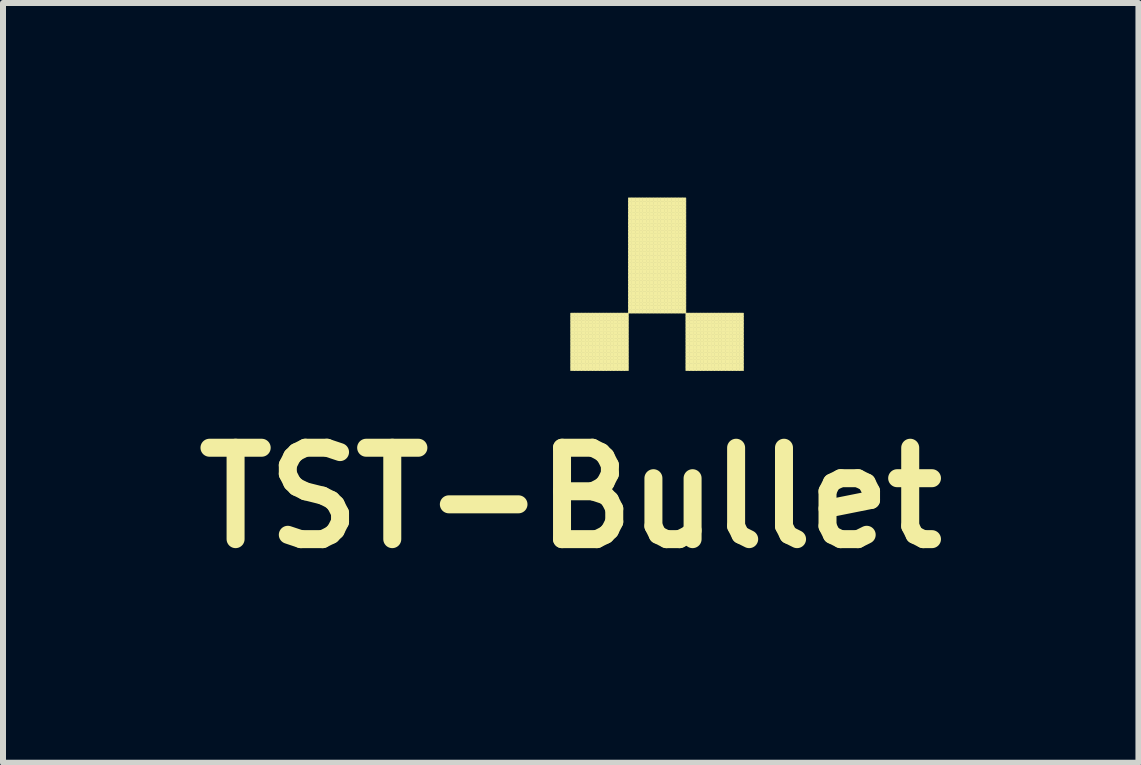
<source format=kicad_pcb>
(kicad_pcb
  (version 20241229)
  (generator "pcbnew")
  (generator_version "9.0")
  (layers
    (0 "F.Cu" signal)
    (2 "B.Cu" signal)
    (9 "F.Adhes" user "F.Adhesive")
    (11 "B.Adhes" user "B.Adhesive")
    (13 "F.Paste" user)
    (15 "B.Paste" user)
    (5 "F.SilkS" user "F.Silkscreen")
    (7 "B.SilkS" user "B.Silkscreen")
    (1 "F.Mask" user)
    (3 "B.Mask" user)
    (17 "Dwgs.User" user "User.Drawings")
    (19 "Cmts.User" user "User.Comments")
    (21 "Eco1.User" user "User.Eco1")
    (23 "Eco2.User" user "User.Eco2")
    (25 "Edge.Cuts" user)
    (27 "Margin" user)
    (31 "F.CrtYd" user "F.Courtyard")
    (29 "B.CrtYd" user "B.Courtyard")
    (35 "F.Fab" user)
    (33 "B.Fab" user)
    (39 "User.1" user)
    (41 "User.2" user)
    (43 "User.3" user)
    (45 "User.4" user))
  (footprint "TST-Bullet"
    (layer "F.Cu")
    (at 6.466 0.25)
    (property "Reference" "TST-Bullet" (at 0 5 0) (layer "F.SilkS") (effects (font (size 1.524 1.524) (thickness 0.3))))
    (attr through_hole)
    (fp_poly (pts (xy 0 1.92) (xy 0.06 1.92) (xy 0.06 1.98) (xy 0 1.98) (xy 0 1.92)) (stroke (width 0.01) (type solid)) (fill yes) (layer "F.SilkS"))
    (fp_poly (pts (xy 0 1.98) (xy 0.06 1.98) (xy 0.06 2.04) (xy 0 2.04) (xy 0 1.98)) (stroke (width 0.01) (type solid)) (fill yes) (layer "F.SilkS"))
    (fp_poly (pts (xy 0 2.04) (xy 0.06 2.04) (xy 0.06 2.1) (xy 0 2.1) (xy 0 2.04)) (stroke (width 0.01) (type solid)) (fill yes) (layer "F.SilkS"))
    (fp_poly (pts (xy 0 2.1) (xy 0.06 2.1) (xy 0.06 2.16) (xy 0 2.16) (xy 0 2.1)) (stroke (width 0.01) (type solid)) (fill yes) (layer "F.SilkS"))
    (fp_poly (pts (xy 0 2.16) (xy 0.06 2.16) (xy 0.06 2.22) (xy 0 2.22) (xy 0 2.16)) (stroke (width 0.01) (type solid)) (fill yes) (layer "F.SilkS"))
    (fp_poly (pts (xy 0 2.22) (xy 0.06 2.22) (xy 0.06 2.28) (xy 0 2.28) (xy 0 2.22)) (stroke (width 0.01) (type solid)) (fill yes) (layer "F.SilkS"))
    (fp_poly (pts (xy 0 2.28) (xy 0.06 2.28) (xy 0.06 2.34) (xy 0 2.34) (xy 0 2.28)) (stroke (width 0.01) (type solid)) (fill yes) (layer "F.SilkS"))
    (fp_poly (pts (xy 0 2.34) (xy 0.06 2.34) (xy 0.06 2.4) (xy 0 2.4) (xy 0 2.34)) (stroke (width 0.01) (type solid)) (fill yes) (layer "F.SilkS"))
    (fp_poly (pts (xy 0 2.4) (xy 0.06 2.4) (xy 0.06 2.46) (xy 0 2.46) (xy 0 2.4)) (stroke (width 0.01) (type solid)) (fill yes) (layer "F.SilkS"))
    (fp_poly (pts (xy 0 2.46) (xy 0.06 2.46) (xy 0.06 2.52) (xy 0 2.52) (xy 0 2.46)) (stroke (width 0.01) (type solid)) (fill yes) (layer "F.SilkS"))
    (fp_poly (pts (xy 0 2.52) (xy 0.06 2.52) (xy 0.06 2.58) (xy 0 2.58) (xy 0 2.52)) (stroke (width 0.01) (type solid)) (fill yes) (layer "F.SilkS"))
    (fp_poly (pts (xy 0 2.58) (xy 0.06 2.58) (xy 0.06 2.64) (xy 0 2.64) (xy 0 2.58)) (stroke (width 0.01) (type solid)) (fill yes) (layer "F.SilkS"))
    (fp_poly (pts (xy 0 2.64) (xy 0.06 2.64) (xy 0.06 2.7) (xy 0 2.7) (xy 0 2.64)) (stroke (width 0.01) (type solid)) (fill yes) (layer "F.SilkS"))
    (fp_poly (pts (xy 0 2.7) (xy 0.06 2.7) (xy 0.06 2.76) (xy 0 2.76) (xy 0 2.7)) (stroke (width 0.01) (type solid)) (fill yes) (layer "F.SilkS"))
    (fp_poly (pts (xy 0 2.76) (xy 0.06 2.76) (xy 0.06 2.82) (xy 0 2.82) (xy 0 2.76)) (stroke (width 0.01) (type solid)) (fill yes) (layer "F.SilkS"))
    (fp_poly (pts (xy 0 2.82) (xy 0.06 2.82) (xy 0.06 2.88) (xy 0 2.88) (xy 0 2.82)) (stroke (width 0.01) (type solid)) (fill yes) (layer "F.SilkS"))
    (fp_poly (pts (xy 0.06 1.92) (xy 0.12 1.92) (xy 0.12 1.98) (xy 0.06 1.98) (xy 0.06 1.92)) (stroke (width 0.01) (type solid)) (fill yes) (layer "F.SilkS"))
    (fp_poly (pts (xy 0.06 1.98) (xy 0.12 1.98) (xy 0.12 2.04) (xy 0.06 2.04) (xy 0.06 1.98)) (stroke (width 0.01) (type solid)) (fill yes) (layer "F.SilkS"))
    (fp_poly (pts (xy 0.06 2.04) (xy 0.12 2.04) (xy 0.12 2.1) (xy 0.06 2.1) (xy 0.06 2.04)) (stroke (width 0.01) (type solid)) (fill yes) (layer "F.SilkS"))
    (fp_poly (pts (xy 0.06 2.1) (xy 0.12 2.1) (xy 0.12 2.16) (xy 0.06 2.16) (xy 0.06 2.1)) (stroke (width 0.01) (type solid)) (fill yes) (layer "F.SilkS"))
    (fp_poly (pts (xy 0.06 2.16) (xy 0.12 2.16) (xy 0.12 2.22) (xy 0.06 2.22) (xy 0.06 2.16)) (stroke (width 0.01) (type solid)) (fill yes) (layer "F.SilkS"))
    (fp_poly (pts (xy 0.06 2.22) (xy 0.12 2.22) (xy 0.12 2.28) (xy 0.06 2.28) (xy 0.06 2.22)) (stroke (width 0.01) (type solid)) (fill yes) (layer "F.SilkS"))
    (fp_poly (pts (xy 0.06 2.28) (xy 0.12 2.28) (xy 0.12 2.34) (xy 0.06 2.34) (xy 0.06 2.28)) (stroke (width 0.01) (type solid)) (fill yes) (layer "F.SilkS"))
    (fp_poly (pts (xy 0.06 2.34) (xy 0.12 2.34) (xy 0.12 2.4) (xy 0.06 2.4) (xy 0.06 2.34)) (stroke (width 0.01) (type solid)) (fill yes) (layer "F.SilkS"))
    (fp_poly (pts (xy 0.06 2.4) (xy 0.12 2.4) (xy 0.12 2.46) (xy 0.06 2.46) (xy 0.06 2.4)) (stroke (width 0.01) (type solid)) (fill yes) (layer "F.SilkS"))
    (fp_poly (pts (xy 0.06 2.46) (xy 0.12 2.46) (xy 0.12 2.52) (xy 0.06 2.52) (xy 0.06 2.46)) (stroke (width 0.01) (type solid)) (fill yes) (layer "F.SilkS"))
    (fp_poly (pts (xy 0.06 2.52) (xy 0.12 2.52) (xy 0.12 2.58) (xy 0.06 2.58) (xy 0.06 2.52)) (stroke (width 0.01) (type solid)) (fill yes) (layer "F.SilkS"))
    (fp_poly (pts (xy 0.06 2.58) (xy 0.12 2.58) (xy 0.12 2.64) (xy 0.06 2.64) (xy 0.06 2.58)) (stroke (width 0.01) (type solid)) (fill yes) (layer "F.SilkS"))
    (fp_poly (pts (xy 0.06 2.64) (xy 0.12 2.64) (xy 0.12 2.7) (xy 0.06 2.7) (xy 0.06 2.64)) (stroke (width 0.01) (type solid)) (fill yes) (layer "F.SilkS"))
    (fp_poly (pts (xy 0.06 2.7) (xy 0.12 2.7) (xy 0.12 2.76) (xy 0.06 2.76) (xy 0.06 2.7)) (stroke (width 0.01) (type solid)) (fill yes) (layer "F.SilkS"))
    (fp_poly (pts (xy 0.06 2.76) (xy 0.12 2.76) (xy 0.12 2.82) (xy 0.06 2.82) (xy 0.06 2.76)) (stroke (width 0.01) (type solid)) (fill yes) (layer "F.SilkS"))
    (fp_poly (pts (xy 0.06 2.82) (xy 0.12 2.82) (xy 0.12 2.88) (xy 0.06 2.88) (xy 0.06 2.82)) (stroke (width 0.01) (type solid)) (fill yes) (layer "F.SilkS"))
    (fp_poly (pts (xy 0.12 1.92) (xy 0.18 1.92) (xy 0.18 1.98) (xy 0.12 1.98) (xy 0.12 1.92)) (stroke (width 0.01) (type solid)) (fill yes) (layer "F.SilkS"))
    (fp_poly (pts (xy 0.12 1.98) (xy 0.18 1.98) (xy 0.18 2.04) (xy 0.12 2.04) (xy 0.12 1.98)) (stroke (width 0.01) (type solid)) (fill yes) (layer "F.SilkS"))
    (fp_poly (pts (xy 0.12 2.04) (xy 0.18 2.04) (xy 0.18 2.1) (xy 0.12 2.1) (xy 0.12 2.04)) (stroke (width 0.01) (type solid)) (fill yes) (layer "F.SilkS"))
    (fp_poly (pts (xy 0.12 2.1) (xy 0.18 2.1) (xy 0.18 2.16) (xy 0.12 2.16) (xy 0.12 2.1)) (stroke (width 0.01) (type solid)) (fill yes) (layer "F.SilkS"))
    (fp_poly (pts (xy 0.12 2.16) (xy 0.18 2.16) (xy 0.18 2.22) (xy 0.12 2.22) (xy 0.12 2.16)) (stroke (width 0.01) (type solid)) (fill yes) (layer "F.SilkS"))
    (fp_poly (pts (xy 0.12 2.22) (xy 0.18 2.22) (xy 0.18 2.28) (xy 0.12 2.28) (xy 0.12 2.22)) (stroke (width 0.01) (type solid)) (fill yes) (layer "F.SilkS"))
    (fp_poly (pts (xy 0.12 2.28) (xy 0.18 2.28) (xy 0.18 2.34) (xy 0.12 2.34) (xy 0.12 2.28)) (stroke (width 0.01) (type solid)) (fill yes) (layer "F.SilkS"))
    (fp_poly (pts (xy 0.12 2.34) (xy 0.18 2.34) (xy 0.18 2.4) (xy 0.12 2.4) (xy 0.12 2.34)) (stroke (width 0.01) (type solid)) (fill yes) (layer "F.SilkS"))
    (fp_poly (pts (xy 0.12 2.4) (xy 0.18 2.4) (xy 0.18 2.46) (xy 0.12 2.46) (xy 0.12 2.4)) (stroke (width 0.01) (type solid)) (fill yes) (layer "F.SilkS"))
    (fp_poly (pts (xy 0.12 2.46) (xy 0.18 2.46) (xy 0.18 2.52) (xy 0.12 2.52) (xy 0.12 2.46)) (stroke (width 0.01) (type solid)) (fill yes) (layer "F.SilkS"))
    (fp_poly (pts (xy 0.12 2.52) (xy 0.18 2.52) (xy 0.18 2.58) (xy 0.12 2.58) (xy 0.12 2.52)) (stroke (width 0.01) (type solid)) (fill yes) (layer "F.SilkS"))
    (fp_poly (pts (xy 0.12 2.58) (xy 0.18 2.58) (xy 0.18 2.64) (xy 0.12 2.64) (xy 0.12 2.58)) (stroke (width 0.01) (type solid)) (fill yes) (layer "F.SilkS"))
    (fp_poly (pts (xy 0.12 2.64) (xy 0.18 2.64) (xy 0.18 2.7) (xy 0.12 2.7) (xy 0.12 2.64)) (stroke (width 0.01) (type solid)) (fill yes) (layer "F.SilkS"))
    (fp_poly (pts (xy 0.12 2.7) (xy 0.18 2.7) (xy 0.18 2.76) (xy 0.12 2.76) (xy 0.12 2.7)) (stroke (width 0.01) (type solid)) (fill yes) (layer "F.SilkS"))
    (fp_poly (pts (xy 0.12 2.76) (xy 0.18 2.76) (xy 0.18 2.82) (xy 0.12 2.82) (xy 0.12 2.76)) (stroke (width 0.01) (type solid)) (fill yes) (layer "F.SilkS"))
    (fp_poly (pts (xy 0.12 2.82) (xy 0.18 2.82) (xy 0.18 2.88) (xy 0.12 2.88) (xy 0.12 2.82)) (stroke (width 0.01) (type solid)) (fill yes) (layer "F.SilkS"))
    (fp_poly (pts (xy 0.18 1.92) (xy 0.24 1.92) (xy 0.24 1.98) (xy 0.18 1.98) (xy 0.18 1.92)) (stroke (width 0.01) (type solid)) (fill yes) (layer "F.SilkS"))
    (fp_poly (pts (xy 0.18 1.98) (xy 0.24 1.98) (xy 0.24 2.04) (xy 0.18 2.04) (xy 0.18 1.98)) (stroke (width 0.01) (type solid)) (fill yes) (layer "F.SilkS"))
    (fp_poly (pts (xy 0.18 2.04) (xy 0.24 2.04) (xy 0.24 2.1) (xy 0.18 2.1) (xy 0.18 2.04)) (stroke (width 0.01) (type solid)) (fill yes) (layer "F.SilkS"))
    (fp_poly (pts (xy 0.18 2.1) (xy 0.24 2.1) (xy 0.24 2.16) (xy 0.18 2.16) (xy 0.18 2.1)) (stroke (width 0.01) (type solid)) (fill yes) (layer "F.SilkS"))
    (fp_poly (pts (xy 0.18 2.16) (xy 0.24 2.16) (xy 0.24 2.22) (xy 0.18 2.22) (xy 0.18 2.16)) (stroke (width 0.01) (type solid)) (fill yes) (layer "F.SilkS"))
    (fp_poly (pts (xy 0.18 2.22) (xy 0.24 2.22) (xy 0.24 2.28) (xy 0.18 2.28) (xy 0.18 2.22)) (stroke (width 0.01) (type solid)) (fill yes) (layer "F.SilkS"))
    (fp_poly (pts (xy 0.18 2.28) (xy 0.24 2.28) (xy 0.24 2.34) (xy 0.18 2.34) (xy 0.18 2.28)) (stroke (width 0.01) (type solid)) (fill yes) (layer "F.SilkS"))
    (fp_poly (pts (xy 0.18 2.34) (xy 0.24 2.34) (xy 0.24 2.4) (xy 0.18 2.4) (xy 0.18 2.34)) (stroke (width 0.01) (type solid)) (fill yes) (layer "F.SilkS"))
    (fp_poly (pts (xy 0.18 2.4) (xy 0.24 2.4) (xy 0.24 2.46) (xy 0.18 2.46) (xy 0.18 2.4)) (stroke (width 0.01) (type solid)) (fill yes) (layer "F.SilkS"))
    (fp_poly (pts (xy 0.18 2.46) (xy 0.24 2.46) (xy 0.24 2.52) (xy 0.18 2.52) (xy 0.18 2.46)) (stroke (width 0.01) (type solid)) (fill yes) (layer "F.SilkS"))
    (fp_poly (pts (xy 0.18 2.52) (xy 0.24 2.52) (xy 0.24 2.58) (xy 0.18 2.58) (xy 0.18 2.52)) (stroke (width 0.01) (type solid)) (fill yes) (layer "F.SilkS"))
    (fp_poly (pts (xy 0.18 2.58) (xy 0.24 2.58) (xy 0.24 2.64) (xy 0.18 2.64) (xy 0.18 2.58)) (stroke (width 0.01) (type solid)) (fill yes) (layer "F.SilkS"))
    (fp_poly (pts (xy 0.18 2.64) (xy 0.24 2.64) (xy 0.24 2.7) (xy 0.18 2.7) (xy 0.18 2.64)) (stroke (width 0.01) (type solid)) (fill yes) (layer "F.SilkS"))
    (fp_poly (pts (xy 0.18 2.7) (xy 0.24 2.7) (xy 0.24 2.76) (xy 0.18 2.76) (xy 0.18 2.7)) (stroke (width 0.01) (type solid)) (fill yes) (layer "F.SilkS"))
    (fp_poly (pts (xy 0.18 2.76) (xy 0.24 2.76) (xy 0.24 2.82) (xy 0.18 2.82) (xy 0.18 2.76)) (stroke (width 0.01) (type solid)) (fill yes) (layer "F.SilkS"))
    (fp_poly (pts (xy 0.18 2.82) (xy 0.24 2.82) (xy 0.24 2.88) (xy 0.18 2.88) (xy 0.18 2.82)) (stroke (width 0.01) (type solid)) (fill yes) (layer "F.SilkS"))
    (fp_poly (pts (xy 0.24 1.92) (xy 0.3 1.92) (xy 0.3 1.98) (xy 0.24 1.98) (xy 0.24 1.92)) (stroke (width 0.01) (type solid)) (fill yes) (layer "F.SilkS"))
    (fp_poly (pts (xy 0.24 1.98) (xy 0.3 1.98) (xy 0.3 2.04) (xy 0.24 2.04) (xy 0.24 1.98)) (stroke (width 0.01) (type solid)) (fill yes) (layer "F.SilkS"))
    (fp_poly (pts (xy 0.24 2.04) (xy 0.3 2.04) (xy 0.3 2.1) (xy 0.24 2.1) (xy 0.24 2.04)) (stroke (width 0.01) (type solid)) (fill yes) (layer "F.SilkS"))
    (fp_poly (pts (xy 0.24 2.1) (xy 0.3 2.1) (xy 0.3 2.16) (xy 0.24 2.16) (xy 0.24 2.1)) (stroke (width 0.01) (type solid)) (fill yes) (layer "F.SilkS"))
    (fp_poly (pts (xy 0.24 2.16) (xy 0.3 2.16) (xy 0.3 2.22) (xy 0.24 2.22) (xy 0.24 2.16)) (stroke (width 0.01) (type solid)) (fill yes) (layer "F.SilkS"))
    (fp_poly (pts (xy 0.24 2.22) (xy 0.3 2.22) (xy 0.3 2.28) (xy 0.24 2.28) (xy 0.24 2.22)) (stroke (width 0.01) (type solid)) (fill yes) (layer "F.SilkS"))
    (fp_poly (pts (xy 0.24 2.28) (xy 0.3 2.28) (xy 0.3 2.34) (xy 0.24 2.34) (xy 0.24 2.28)) (stroke (width 0.01) (type solid)) (fill yes) (layer "F.SilkS"))
    (fp_poly (pts (xy 0.24 2.34) (xy 0.3 2.34) (xy 0.3 2.4) (xy 0.24 2.4) (xy 0.24 2.34)) (stroke (width 0.01) (type solid)) (fill yes) (layer "F.SilkS"))
    (fp_poly (pts (xy 0.24 2.4) (xy 0.3 2.4) (xy 0.3 2.46) (xy 0.24 2.46) (xy 0.24 2.4)) (stroke (width 0.01) (type solid)) (fill yes) (layer "F.SilkS"))
    (fp_poly (pts (xy 0.24 2.46) (xy 0.3 2.46) (xy 0.3 2.52) (xy 0.24 2.52) (xy 0.24 2.46)) (stroke (width 0.01) (type solid)) (fill yes) (layer "F.SilkS"))
    (fp_poly (pts (xy 0.24 2.52) (xy 0.3 2.52) (xy 0.3 2.58) (xy 0.24 2.58) (xy 0.24 2.52)) (stroke (width 0.01) (type solid)) (fill yes) (layer "F.SilkS"))
    (fp_poly (pts (xy 0.24 2.58) (xy 0.3 2.58) (xy 0.3 2.64) (xy 0.24 2.64) (xy 0.24 2.58)) (stroke (width 0.01) (type solid)) (fill yes) (layer "F.SilkS"))
    (fp_poly (pts (xy 0.24 2.64) (xy 0.3 2.64) (xy 0.3 2.7) (xy 0.24 2.7) (xy 0.24 2.64)) (stroke (width 0.01) (type solid)) (fill yes) (layer "F.SilkS"))
    (fp_poly (pts (xy 0.24 2.7) (xy 0.3 2.7) (xy 0.3 2.76) (xy 0.24 2.76) (xy 0.24 2.7)) (stroke (width 0.01) (type solid)) (fill yes) (layer "F.SilkS"))
    (fp_poly (pts (xy 0.24 2.76) (xy 0.3 2.76) (xy 0.3 2.82) (xy 0.24 2.82) (xy 0.24 2.76)) (stroke (width 0.01) (type solid)) (fill yes) (layer "F.SilkS"))
    (fp_poly (pts (xy 0.24 2.82) (xy 0.3 2.82) (xy 0.3 2.88) (xy 0.24 2.88) (xy 0.24 2.82)) (stroke (width 0.01) (type solid)) (fill yes) (layer "F.SilkS"))
    (fp_poly (pts (xy 0.3 1.92) (xy 0.36 1.92) (xy 0.36 1.98) (xy 0.3 1.98) (xy 0.3 1.92)) (stroke (width 0.01) (type solid)) (fill yes) (layer "F.SilkS"))
    (fp_poly (pts (xy 0.3 1.98) (xy 0.36 1.98) (xy 0.36 2.04) (xy 0.3 2.04) (xy 0.3 1.98)) (stroke (width 0.01) (type solid)) (fill yes) (layer "F.SilkS"))
    (fp_poly (pts (xy 0.3 2.04) (xy 0.36 2.04) (xy 0.36 2.1) (xy 0.3 2.1) (xy 0.3 2.04)) (stroke (width 0.01) (type solid)) (fill yes) (layer "F.SilkS"))
    (fp_poly (pts (xy 0.3 2.1) (xy 0.36 2.1) (xy 0.36 2.16) (xy 0.3 2.16) (xy 0.3 2.1)) (stroke (width 0.01) (type solid)) (fill yes) (layer "F.SilkS"))
    (fp_poly (pts (xy 0.3 2.16) (xy 0.36 2.16) (xy 0.36 2.22) (xy 0.3 2.22) (xy 0.3 2.16)) (stroke (width 0.01) (type solid)) (fill yes) (layer "F.SilkS"))
    (fp_poly (pts (xy 0.3 2.22) (xy 0.36 2.22) (xy 0.36 2.28) (xy 0.3 2.28) (xy 0.3 2.22)) (stroke (width 0.01) (type solid)) (fill yes) (layer "F.SilkS"))
    (fp_poly (pts (xy 0.3 2.28) (xy 0.36 2.28) (xy 0.36 2.34) (xy 0.3 2.34) (xy 0.3 2.28)) (stroke (width 0.01) (type solid)) (fill yes) (layer "F.SilkS"))
    (fp_poly (pts (xy 0.3 2.34) (xy 0.36 2.34) (xy 0.36 2.4) (xy 0.3 2.4) (xy 0.3 2.34)) (stroke (width 0.01) (type solid)) (fill yes) (layer "F.SilkS"))
    (fp_poly (pts (xy 0.3 2.4) (xy 0.36 2.4) (xy 0.36 2.46) (xy 0.3 2.46) (xy 0.3 2.4)) (stroke (width 0.01) (type solid)) (fill yes) (layer "F.SilkS"))
    (fp_poly (pts (xy 0.3 2.46) (xy 0.36 2.46) (xy 0.36 2.52) (xy 0.3 2.52) (xy 0.3 2.46)) (stroke (width 0.01) (type solid)) (fill yes) (layer "F.SilkS"))
    (fp_poly (pts (xy 0.3 2.52) (xy 0.36 2.52) (xy 0.36 2.58) (xy 0.3 2.58) (xy 0.3 2.52)) (stroke (width 0.01) (type solid)) (fill yes) (layer "F.SilkS"))
    (fp_poly (pts (xy 0.3 2.58) (xy 0.36 2.58) (xy 0.36 2.64) (xy 0.3 2.64) (xy 0.3 2.58)) (stroke (width 0.01) (type solid)) (fill yes) (layer "F.SilkS"))
    (fp_poly (pts (xy 0.3 2.64) (xy 0.36 2.64) (xy 0.36 2.7) (xy 0.3 2.7) (xy 0.3 2.64)) (stroke (width 0.01) (type solid)) (fill yes) (layer "F.SilkS"))
    (fp_poly (pts (xy 0.3 2.7) (xy 0.36 2.7) (xy 0.36 2.76) (xy 0.3 2.76) (xy 0.3 2.7)) (stroke (width 0.01) (type solid)) (fill yes) (layer "F.SilkS"))
    (fp_poly (pts (xy 0.3 2.76) (xy 0.36 2.76) (xy 0.36 2.82) (xy 0.3 2.82) (xy 0.3 2.76)) (stroke (width 0.01) (type solid)) (fill yes) (layer "F.SilkS"))
    (fp_poly (pts (xy 0.3 2.82) (xy 0.36 2.82) (xy 0.36 2.88) (xy 0.3 2.88) (xy 0.3 2.82)) (stroke (width 0.01) (type solid)) (fill yes) (layer "F.SilkS"))
    (fp_poly (pts (xy 0.36 1.92) (xy 0.42 1.92) (xy 0.42 1.98) (xy 0.36 1.98) (xy 0.36 1.92)) (stroke (width 0.01) (type solid)) (fill yes) (layer "F.SilkS"))
    (fp_poly (pts (xy 0.36 1.98) (xy 0.42 1.98) (xy 0.42 2.04) (xy 0.36 2.04) (xy 0.36 1.98)) (stroke (width 0.01) (type solid)) (fill yes) (layer "F.SilkS"))
    (fp_poly (pts (xy 0.36 2.04) (xy 0.42 2.04) (xy 0.42 2.1) (xy 0.36 2.1) (xy 0.36 2.04)) (stroke (width 0.01) (type solid)) (fill yes) (layer "F.SilkS"))
    (fp_poly (pts (xy 0.36 2.1) (xy 0.42 2.1) (xy 0.42 2.16) (xy 0.36 2.16) (xy 0.36 2.1)) (stroke (width 0.01) (type solid)) (fill yes) (layer "F.SilkS"))
    (fp_poly (pts (xy 0.36 2.16) (xy 0.42 2.16) (xy 0.42 2.22) (xy 0.36 2.22) (xy 0.36 2.16)) (stroke (width 0.01) (type solid)) (fill yes) (layer "F.SilkS"))
    (fp_poly (pts (xy 0.36 2.22) (xy 0.42 2.22) (xy 0.42 2.28) (xy 0.36 2.28) (xy 0.36 2.22)) (stroke (width 0.01) (type solid)) (fill yes) (layer "F.SilkS"))
    (fp_poly (pts (xy 0.36 2.28) (xy 0.42 2.28) (xy 0.42 2.34) (xy 0.36 2.34) (xy 0.36 2.28)) (stroke (width 0.01) (type solid)) (fill yes) (layer "F.SilkS"))
    (fp_poly (pts (xy 0.36 2.34) (xy 0.42 2.34) (xy 0.42 2.4) (xy 0.36 2.4) (xy 0.36 2.34)) (stroke (width 0.01) (type solid)) (fill yes) (layer "F.SilkS"))
    (fp_poly (pts (xy 0.36 2.4) (xy 0.42 2.4) (xy 0.42 2.46) (xy 0.36 2.46) (xy 0.36 2.4)) (stroke (width 0.01) (type solid)) (fill yes) (layer "F.SilkS"))
    (fp_poly (pts (xy 0.36 2.46) (xy 0.42 2.46) (xy 0.42 2.52) (xy 0.36 2.52) (xy 0.36 2.46)) (stroke (width 0.01) (type solid)) (fill yes) (layer "F.SilkS"))
    (fp_poly (pts (xy 0.36 2.52) (xy 0.42 2.52) (xy 0.42 2.58) (xy 0.36 2.58) (xy 0.36 2.52)) (stroke (width 0.01) (type solid)) (fill yes) (layer "F.SilkS"))
    (fp_poly (pts (xy 0.36 2.58) (xy 0.42 2.58) (xy 0.42 2.64) (xy 0.36 2.64) (xy 0.36 2.58)) (stroke (width 0.01) (type solid)) (fill yes) (layer "F.SilkS"))
    (fp_poly (pts (xy 0.36 2.64) (xy 0.42 2.64) (xy 0.42 2.7) (xy 0.36 2.7) (xy 0.36 2.64)) (stroke (width 0.01) (type solid)) (fill yes) (layer "F.SilkS"))
    (fp_poly (pts (xy 0.36 2.7) (xy 0.42 2.7) (xy 0.42 2.76) (xy 0.36 2.76) (xy 0.36 2.7)) (stroke (width 0.01) (type solid)) (fill yes) (layer "F.SilkS"))
    (fp_poly (pts (xy 0.36 2.76) (xy 0.42 2.76) (xy 0.42 2.82) (xy 0.36 2.82) (xy 0.36 2.76)) (stroke (width 0.01) (type solid)) (fill yes) (layer "F.SilkS"))
    (fp_poly (pts (xy 0.36 2.82) (xy 0.42 2.82) (xy 0.42 2.88) (xy 0.36 2.88) (xy 0.36 2.82)) (stroke (width 0.01) (type solid)) (fill yes) (layer "F.SilkS"))
    (fp_poly (pts (xy 0.42 1.92) (xy 0.48 1.92) (xy 0.48 1.98) (xy 0.42 1.98) (xy 0.42 1.92)) (stroke (width 0.01) (type solid)) (fill yes) (layer "F.SilkS"))
    (fp_poly (pts (xy 0.42 1.98) (xy 0.48 1.98) (xy 0.48 2.04) (xy 0.42 2.04) (xy 0.42 1.98)) (stroke (width 0.01) (type solid)) (fill yes) (layer "F.SilkS"))
    (fp_poly (pts (xy 0.42 2.04) (xy 0.48 2.04) (xy 0.48 2.1) (xy 0.42 2.1) (xy 0.42 2.04)) (stroke (width 0.01) (type solid)) (fill yes) (layer "F.SilkS"))
    (fp_poly (pts (xy 0.42 2.1) (xy 0.48 2.1) (xy 0.48 2.16) (xy 0.42 2.16) (xy 0.42 2.1)) (stroke (width 0.01) (type solid)) (fill yes) (layer "F.SilkS"))
    (fp_poly (pts (xy 0.42 2.16) (xy 0.48 2.16) (xy 0.48 2.22) (xy 0.42 2.22) (xy 0.42 2.16)) (stroke (width 0.01) (type solid)) (fill yes) (layer "F.SilkS"))
    (fp_poly (pts (xy 0.42 2.22) (xy 0.48 2.22) (xy 0.48 2.28) (xy 0.42 2.28) (xy 0.42 2.22)) (stroke (width 0.01) (type solid)) (fill yes) (layer "F.SilkS"))
    (fp_poly (pts (xy 0.42 2.28) (xy 0.48 2.28) (xy 0.48 2.34) (xy 0.42 2.34) (xy 0.42 2.28)) (stroke (width 0.01) (type solid)) (fill yes) (layer "F.SilkS"))
    (fp_poly (pts (xy 0.42 2.34) (xy 0.48 2.34) (xy 0.48 2.4) (xy 0.42 2.4) (xy 0.42 2.34)) (stroke (width 0.01) (type solid)) (fill yes) (layer "F.SilkS"))
    (fp_poly (pts (xy 0.42 2.4) (xy 0.48 2.4) (xy 0.48 2.46) (xy 0.42 2.46) (xy 0.42 2.4)) (stroke (width 0.01) (type solid)) (fill yes) (layer "F.SilkS"))
    (fp_poly (pts (xy 0.42 2.46) (xy 0.48 2.46) (xy 0.48 2.52) (xy 0.42 2.52) (xy 0.42 2.46)) (stroke (width 0.01) (type solid)) (fill yes) (layer "F.SilkS"))
    (fp_poly (pts (xy 0.42 2.52) (xy 0.48 2.52) (xy 0.48 2.58) (xy 0.42 2.58) (xy 0.42 2.52)) (stroke (width 0.01) (type solid)) (fill yes) (layer "F.SilkS"))
    (fp_poly (pts (xy 0.42 2.58) (xy 0.48 2.58) (xy 0.48 2.64) (xy 0.42 2.64) (xy 0.42 2.58)) (stroke (width 0.01) (type solid)) (fill yes) (layer "F.SilkS"))
    (fp_poly (pts (xy 0.42 2.64) (xy 0.48 2.64) (xy 0.48 2.7) (xy 0.42 2.7) (xy 0.42 2.64)) (stroke (width 0.01) (type solid)) (fill yes) (layer "F.SilkS"))
    (fp_poly (pts (xy 0.42 2.7) (xy 0.48 2.7) (xy 0.48 2.76) (xy 0.42 2.76) (xy 0.42 2.7)) (stroke (width 0.01) (type solid)) (fill yes) (layer "F.SilkS"))
    (fp_poly (pts (xy 0.42 2.76) (xy 0.48 2.76) (xy 0.48 2.82) (xy 0.42 2.82) (xy 0.42 2.76)) (stroke (width 0.01) (type solid)) (fill yes) (layer "F.SilkS"))
    (fp_poly (pts (xy 0.42 2.82) (xy 0.48 2.82) (xy 0.48 2.88) (xy 0.42 2.88) (xy 0.42 2.82)) (stroke (width 0.01) (type solid)) (fill yes) (layer "F.SilkS"))
    (fp_poly (pts (xy 0.48 1.92) (xy 0.54 1.92) (xy 0.54 1.98) (xy 0.48 1.98) (xy 0.48 1.92)) (stroke (width 0.01) (type solid)) (fill yes) (layer "F.SilkS"))
    (fp_poly (pts (xy 0.48 1.98) (xy 0.54 1.98) (xy 0.54 2.04) (xy 0.48 2.04) (xy 0.48 1.98)) (stroke (width 0.01) (type solid)) (fill yes) (layer "F.SilkS"))
    (fp_poly (pts (xy 0.48 2.04) (xy 0.54 2.04) (xy 0.54 2.1) (xy 0.48 2.1) (xy 0.48 2.04)) (stroke (width 0.01) (type solid)) (fill yes) (layer "F.SilkS"))
    (fp_poly (pts (xy 0.48 2.1) (xy 0.54 2.1) (xy 0.54 2.16) (xy 0.48 2.16) (xy 0.48 2.1)) (stroke (width 0.01) (type solid)) (fill yes) (layer "F.SilkS"))
    (fp_poly (pts (xy 0.48 2.16) (xy 0.54 2.16) (xy 0.54 2.22) (xy 0.48 2.22) (xy 0.48 2.16)) (stroke (width 0.01) (type solid)) (fill yes) (layer "F.SilkS"))
    (fp_poly (pts (xy 0.48 2.22) (xy 0.54 2.22) (xy 0.54 2.28) (xy 0.48 2.28) (xy 0.48 2.22)) (stroke (width 0.01) (type solid)) (fill yes) (layer "F.SilkS"))
    (fp_poly (pts (xy 0.48 2.28) (xy 0.54 2.28) (xy 0.54 2.34) (xy 0.48 2.34) (xy 0.48 2.28)) (stroke (width 0.01) (type solid)) (fill yes) (layer "F.SilkS"))
    (fp_poly (pts (xy 0.48 2.34) (xy 0.54 2.34) (xy 0.54 2.4) (xy 0.48 2.4) (xy 0.48 2.34)) (stroke (width 0.01) (type solid)) (fill yes) (layer "F.SilkS"))
    (fp_poly (pts (xy 0.48 2.4) (xy 0.54 2.4) (xy 0.54 2.46) (xy 0.48 2.46) (xy 0.48 2.4)) (stroke (width 0.01) (type solid)) (fill yes) (layer "F.SilkS"))
    (fp_poly (pts (xy 0.48 2.46) (xy 0.54 2.46) (xy 0.54 2.52) (xy 0.48 2.52) (xy 0.48 2.46)) (stroke (width 0.01) (type solid)) (fill yes) (layer "F.SilkS"))
    (fp_poly (pts (xy 0.48 2.52) (xy 0.54 2.52) (xy 0.54 2.58) (xy 0.48 2.58) (xy 0.48 2.52)) (stroke (width 0.01) (type solid)) (fill yes) (layer "F.SilkS"))
    (fp_poly (pts (xy 0.48 2.58) (xy 0.54 2.58) (xy 0.54 2.64) (xy 0.48 2.64) (xy 0.48 2.58)) (stroke (width 0.01) (type solid)) (fill yes) (layer "F.SilkS"))
    (fp_poly (pts (xy 0.48 2.64) (xy 0.54 2.64) (xy 0.54 2.7) (xy 0.48 2.7) (xy 0.48 2.64)) (stroke (width 0.01) (type solid)) (fill yes) (layer "F.SilkS"))
    (fp_poly (pts (xy 0.48 2.7) (xy 0.54 2.7) (xy 0.54 2.76) (xy 0.48 2.76) (xy 0.48 2.7)) (stroke (width 0.01) (type solid)) (fill yes) (layer "F.SilkS"))
    (fp_poly (pts (xy 0.48 2.76) (xy 0.54 2.76) (xy 0.54 2.82) (xy 0.48 2.82) (xy 0.48 2.76)) (stroke (width 0.01) (type solid)) (fill yes) (layer "F.SilkS"))
    (fp_poly (pts (xy 0.48 2.82) (xy 0.54 2.82) (xy 0.54 2.88) (xy 0.48 2.88) (xy 0.48 2.82)) (stroke (width 0.01) (type solid)) (fill yes) (layer "F.SilkS"))
    (fp_poly (pts (xy 0.54 1.92) (xy 0.6 1.92) (xy 0.6 1.98) (xy 0.54 1.98) (xy 0.54 1.92)) (stroke (width 0.01) (type solid)) (fill yes) (layer "F.SilkS"))
    (fp_poly (pts (xy 0.54 1.98) (xy 0.6 1.98) (xy 0.6 2.04) (xy 0.54 2.04) (xy 0.54 1.98)) (stroke (width 0.01) (type solid)) (fill yes) (layer "F.SilkS"))
    (fp_poly (pts (xy 0.54 2.04) (xy 0.6 2.04) (xy 0.6 2.1) (xy 0.54 2.1) (xy 0.54 2.04)) (stroke (width 0.01) (type solid)) (fill yes) (layer "F.SilkS"))
    (fp_poly (pts (xy 0.54 2.1) (xy 0.6 2.1) (xy 0.6 2.16) (xy 0.54 2.16) (xy 0.54 2.1)) (stroke (width 0.01) (type solid)) (fill yes) (layer "F.SilkS"))
    (fp_poly (pts (xy 0.54 2.16) (xy 0.6 2.16) (xy 0.6 2.22) (xy 0.54 2.22) (xy 0.54 2.16)) (stroke (width 0.01) (type solid)) (fill yes) (layer "F.SilkS"))
    (fp_poly (pts (xy 0.54 2.22) (xy 0.6 2.22) (xy 0.6 2.28) (xy 0.54 2.28) (xy 0.54 2.22)) (stroke (width 0.01) (type solid)) (fill yes) (layer "F.SilkS"))
    (fp_poly (pts (xy 0.54 2.28) (xy 0.6 2.28) (xy 0.6 2.34) (xy 0.54 2.34) (xy 0.54 2.28)) (stroke (width 0.01) (type solid)) (fill yes) (layer "F.SilkS"))
    (fp_poly (pts (xy 0.54 2.34) (xy 0.6 2.34) (xy 0.6 2.4) (xy 0.54 2.4) (xy 0.54 2.34)) (stroke (width 0.01) (type solid)) (fill yes) (layer "F.SilkS"))
    (fp_poly (pts (xy 0.54 2.4) (xy 0.6 2.4) (xy 0.6 2.46) (xy 0.54 2.46) (xy 0.54 2.4)) (stroke (width 0.01) (type solid)) (fill yes) (layer "F.SilkS"))
    (fp_poly (pts (xy 0.54 2.46) (xy 0.6 2.46) (xy 0.6 2.52) (xy 0.54 2.52) (xy 0.54 2.46)) (stroke (width 0.01) (type solid)) (fill yes) (layer "F.SilkS"))
    (fp_poly (pts (xy 0.54 2.52) (xy 0.6 2.52) (xy 0.6 2.58) (xy 0.54 2.58) (xy 0.54 2.52)) (stroke (width 0.01) (type solid)) (fill yes) (layer "F.SilkS"))
    (fp_poly (pts (xy 0.54 2.58) (xy 0.6 2.58) (xy 0.6 2.64) (xy 0.54 2.64) (xy 0.54 2.58)) (stroke (width 0.01) (type solid)) (fill yes) (layer "F.SilkS"))
    (fp_poly (pts (xy 0.54 2.64) (xy 0.6 2.64) (xy 0.6 2.7) (xy 0.54 2.7) (xy 0.54 2.64)) (stroke (width 0.01) (type solid)) (fill yes) (layer "F.SilkS"))
    (fp_poly (pts (xy 0.54 2.7) (xy 0.6 2.7) (xy 0.6 2.76) (xy 0.54 2.76) (xy 0.54 2.7)) (stroke (width 0.01) (type solid)) (fill yes) (layer "F.SilkS"))
    (fp_poly (pts (xy 0.54 2.76) (xy 0.6 2.76) (xy 0.6 2.82) (xy 0.54 2.82) (xy 0.54 2.76)) (stroke (width 0.01) (type solid)) (fill yes) (layer "F.SilkS"))
    (fp_poly (pts (xy 0.54 2.82) (xy 0.6 2.82) (xy 0.6 2.88) (xy 0.54 2.88) (xy 0.54 2.82)) (stroke (width 0.01) (type solid)) (fill yes) (layer "F.SilkS"))
    (fp_poly (pts (xy 0.6 1.92) (xy 0.66 1.92) (xy 0.66 1.98) (xy 0.6 1.98) (xy 0.6 1.92)) (stroke (width 0.01) (type solid)) (fill yes) (layer "F.SilkS"))
    (fp_poly (pts (xy 0.6 1.98) (xy 0.66 1.98) (xy 0.66 2.04) (xy 0.6 2.04) (xy 0.6 1.98)) (stroke (width 0.01) (type solid)) (fill yes) (layer "F.SilkS"))
    (fp_poly (pts (xy 0.6 2.04) (xy 0.66 2.04) (xy 0.66 2.1) (xy 0.6 2.1) (xy 0.6 2.04)) (stroke (width 0.01) (type solid)) (fill yes) (layer "F.SilkS"))
    (fp_poly (pts (xy 0.6 2.1) (xy 0.66 2.1) (xy 0.66 2.16) (xy 0.6 2.16) (xy 0.6 2.1)) (stroke (width 0.01) (type solid)) (fill yes) (layer "F.SilkS"))
    (fp_poly (pts (xy 0.6 2.16) (xy 0.66 2.16) (xy 0.66 2.22) (xy 0.6 2.22) (xy 0.6 2.16)) (stroke (width 0.01) (type solid)) (fill yes) (layer "F.SilkS"))
    (fp_poly (pts (xy 0.6 2.22) (xy 0.66 2.22) (xy 0.66 2.28) (xy 0.6 2.28) (xy 0.6 2.22)) (stroke (width 0.01) (type solid)) (fill yes) (layer "F.SilkS"))
    (fp_poly (pts (xy 0.6 2.28) (xy 0.66 2.28) (xy 0.66 2.34) (xy 0.6 2.34) (xy 0.6 2.28)) (stroke (width 0.01) (type solid)) (fill yes) (layer "F.SilkS"))
    (fp_poly (pts (xy 0.6 2.34) (xy 0.66 2.34) (xy 0.66 2.4) (xy 0.6 2.4) (xy 0.6 2.34)) (stroke (width 0.01) (type solid)) (fill yes) (layer "F.SilkS"))
    (fp_poly (pts (xy 0.6 2.4) (xy 0.66 2.4) (xy 0.66 2.46) (xy 0.6 2.46) (xy 0.6 2.4)) (stroke (width 0.01) (type solid)) (fill yes) (layer "F.SilkS"))
    (fp_poly (pts (xy 0.6 2.46) (xy 0.66 2.46) (xy 0.66 2.52) (xy 0.6 2.52) (xy 0.6 2.46)) (stroke (width 0.01) (type solid)) (fill yes) (layer "F.SilkS"))
    (fp_poly (pts (xy 0.6 2.52) (xy 0.66 2.52) (xy 0.66 2.58) (xy 0.6 2.58) (xy 0.6 2.52)) (stroke (width 0.01) (type solid)) (fill yes) (layer "F.SilkS"))
    (fp_poly (pts (xy 0.6 2.58) (xy 0.66 2.58) (xy 0.66 2.64) (xy 0.6 2.64) (xy 0.6 2.58)) (stroke (width 0.01) (type solid)) (fill yes) (layer "F.SilkS"))
    (fp_poly (pts (xy 0.6 2.64) (xy 0.66 2.64) (xy 0.66 2.7) (xy 0.6 2.7) (xy 0.6 2.64)) (stroke (width 0.01) (type solid)) (fill yes) (layer "F.SilkS"))
    (fp_poly (pts (xy 0.6 2.7) (xy 0.66 2.7) (xy 0.66 2.76) (xy 0.6 2.76) (xy 0.6 2.7)) (stroke (width 0.01) (type solid)) (fill yes) (layer "F.SilkS"))
    (fp_poly (pts (xy 0.6 2.76) (xy 0.66 2.76) (xy 0.66 2.82) (xy 0.6 2.82) (xy 0.6 2.76)) (stroke (width 0.01) (type solid)) (fill yes) (layer "F.SilkS"))
    (fp_poly (pts (xy 0.6 2.82) (xy 0.66 2.82) (xy 0.66 2.88) (xy 0.6 2.88) (xy 0.6 2.82)) (stroke (width 0.01) (type solid)) (fill yes) (layer "F.SilkS"))
    (fp_poly (pts (xy 0.66 1.92) (xy 0.72 1.92) (xy 0.72 1.98) (xy 0.66 1.98) (xy 0.66 1.92)) (stroke (width 0.01) (type solid)) (fill yes) (layer "F.SilkS"))
    (fp_poly (pts (xy 0.66 1.98) (xy 0.72 1.98) (xy 0.72 2.04) (xy 0.66 2.04) (xy 0.66 1.98)) (stroke (width 0.01) (type solid)) (fill yes) (layer "F.SilkS"))
    (fp_poly (pts (xy 0.66 2.04) (xy 0.72 2.04) (xy 0.72 2.1) (xy 0.66 2.1) (xy 0.66 2.04)) (stroke (width 0.01) (type solid)) (fill yes) (layer "F.SilkS"))
    (fp_poly (pts (xy 0.66 2.1) (xy 0.72 2.1) (xy 0.72 2.16) (xy 0.66 2.16) (xy 0.66 2.1)) (stroke (width 0.01) (type solid)) (fill yes) (layer "F.SilkS"))
    (fp_poly (pts (xy 0.66 2.16) (xy 0.72 2.16) (xy 0.72 2.22) (xy 0.66 2.22) (xy 0.66 2.16)) (stroke (width 0.01) (type solid)) (fill yes) (layer "F.SilkS"))
    (fp_poly (pts (xy 0.66 2.22) (xy 0.72 2.22) (xy 0.72 2.28) (xy 0.66 2.28) (xy 0.66 2.22)) (stroke (width 0.01) (type solid)) (fill yes) (layer "F.SilkS"))
    (fp_poly (pts (xy 0.66 2.28) (xy 0.72 2.28) (xy 0.72 2.34) (xy 0.66 2.34) (xy 0.66 2.28)) (stroke (width 0.01) (type solid)) (fill yes) (layer "F.SilkS"))
    (fp_poly (pts (xy 0.66 2.34) (xy 0.72 2.34) (xy 0.72 2.4) (xy 0.66 2.4) (xy 0.66 2.34)) (stroke (width 0.01) (type solid)) (fill yes) (layer "F.SilkS"))
    (fp_poly (pts (xy 0.66 2.4) (xy 0.72 2.4) (xy 0.72 2.46) (xy 0.66 2.46) (xy 0.66 2.4)) (stroke (width 0.01) (type solid)) (fill yes) (layer "F.SilkS"))
    (fp_poly (pts (xy 0.66 2.46) (xy 0.72 2.46) (xy 0.72 2.52) (xy 0.66 2.52) (xy 0.66 2.46)) (stroke (width 0.01) (type solid)) (fill yes) (layer "F.SilkS"))
    (fp_poly (pts (xy 0.66 2.52) (xy 0.72 2.52) (xy 0.72 2.58) (xy 0.66 2.58) (xy 0.66 2.52)) (stroke (width 0.01) (type solid)) (fill yes) (layer "F.SilkS"))
    (fp_poly (pts (xy 0.66 2.58) (xy 0.72 2.58) (xy 0.72 2.64) (xy 0.66 2.64) (xy 0.66 2.58)) (stroke (width 0.01) (type solid)) (fill yes) (layer "F.SilkS"))
    (fp_poly (pts (xy 0.66 2.64) (xy 0.72 2.64) (xy 0.72 2.7) (xy 0.66 2.7) (xy 0.66 2.64)) (stroke (width 0.01) (type solid)) (fill yes) (layer "F.SilkS"))
    (fp_poly (pts (xy 0.66 2.7) (xy 0.72 2.7) (xy 0.72 2.76) (xy 0.66 2.76) (xy 0.66 2.7)) (stroke (width 0.01) (type solid)) (fill yes) (layer "F.SilkS"))
    (fp_poly (pts (xy 0.66 2.76) (xy 0.72 2.76) (xy 0.72 2.82) (xy 0.66 2.82) (xy 0.66 2.76)) (stroke (width 0.01) (type solid)) (fill yes) (layer "F.SilkS"))
    (fp_poly (pts (xy 0.66 2.82) (xy 0.72 2.82) (xy 0.72 2.88) (xy 0.66 2.88) (xy 0.66 2.82)) (stroke (width 0.01) (type solid)) (fill yes) (layer "F.SilkS"))
    (fp_poly (pts (xy 0.72 1.92) (xy 0.78 1.92) (xy 0.78 1.98) (xy 0.72 1.98) (xy 0.72 1.92)) (stroke (width 0.01) (type solid)) (fill yes) (layer "F.SilkS"))
    (fp_poly (pts (xy 0.72 1.98) (xy 0.78 1.98) (xy 0.78 2.04) (xy 0.72 2.04) (xy 0.72 1.98)) (stroke (width 0.01) (type solid)) (fill yes) (layer "F.SilkS"))
    (fp_poly (pts (xy 0.72 2.04) (xy 0.78 2.04) (xy 0.78 2.1) (xy 0.72 2.1) (xy 0.72 2.04)) (stroke (width 0.01) (type solid)) (fill yes) (layer "F.SilkS"))
    (fp_poly (pts (xy 0.72 2.1) (xy 0.78 2.1) (xy 0.78 2.16) (xy 0.72 2.16) (xy 0.72 2.1)) (stroke (width 0.01) (type solid)) (fill yes) (layer "F.SilkS"))
    (fp_poly (pts (xy 0.72 2.16) (xy 0.78 2.16) (xy 0.78 2.22) (xy 0.72 2.22) (xy 0.72 2.16)) (stroke (width 0.01) (type solid)) (fill yes) (layer "F.SilkS"))
    (fp_poly (pts (xy 0.72 2.22) (xy 0.78 2.22) (xy 0.78 2.28) (xy 0.72 2.28) (xy 0.72 2.22)) (stroke (width 0.01) (type solid)) (fill yes) (layer "F.SilkS"))
    (fp_poly (pts (xy 0.72 2.28) (xy 0.78 2.28) (xy 0.78 2.34) (xy 0.72 2.34) (xy 0.72 2.28)) (stroke (width 0.01) (type solid)) (fill yes) (layer "F.SilkS"))
    (fp_poly (pts (xy 0.72 2.34) (xy 0.78 2.34) (xy 0.78 2.4) (xy 0.72 2.4) (xy 0.72 2.34)) (stroke (width 0.01) (type solid)) (fill yes) (layer "F.SilkS"))
    (fp_poly (pts (xy 0.72 2.4) (xy 0.78 2.4) (xy 0.78 2.46) (xy 0.72 2.46) (xy 0.72 2.4)) (stroke (width 0.01) (type solid)) (fill yes) (layer "F.SilkS"))
    (fp_poly (pts (xy 0.72 2.46) (xy 0.78 2.46) (xy 0.78 2.52) (xy 0.72 2.52) (xy 0.72 2.46)) (stroke (width 0.01) (type solid)) (fill yes) (layer "F.SilkS"))
    (fp_poly (pts (xy 0.72 2.52) (xy 0.78 2.52) (xy 0.78 2.58) (xy 0.72 2.58) (xy 0.72 2.52)) (stroke (width 0.01) (type solid)) (fill yes) (layer "F.SilkS"))
    (fp_poly (pts (xy 0.72 2.58) (xy 0.78 2.58) (xy 0.78 2.64) (xy 0.72 2.64) (xy 0.72 2.58)) (stroke (width 0.01) (type solid)) (fill yes) (layer "F.SilkS"))
    (fp_poly (pts (xy 0.72 2.64) (xy 0.78 2.64) (xy 0.78 2.7) (xy 0.72 2.7) (xy 0.72 2.64)) (stroke (width 0.01) (type solid)) (fill yes) (layer "F.SilkS"))
    (fp_poly (pts (xy 0.72 2.7) (xy 0.78 2.7) (xy 0.78 2.76) (xy 0.72 2.76) (xy 0.72 2.7)) (stroke (width 0.01) (type solid)) (fill yes) (layer "F.SilkS"))
    (fp_poly (pts (xy 0.72 2.76) (xy 0.78 2.76) (xy 0.78 2.82) (xy 0.72 2.82) (xy 0.72 2.76)) (stroke (width 0.01) (type solid)) (fill yes) (layer "F.SilkS"))
    (fp_poly (pts (xy 0.72 2.82) (xy 0.78 2.82) (xy 0.78 2.88) (xy 0.72 2.88) (xy 0.72 2.82)) (stroke (width 0.01) (type solid)) (fill yes) (layer "F.SilkS"))
    (fp_poly (pts (xy 0.78 1.92) (xy 0.84 1.92) (xy 0.84 1.98) (xy 0.78 1.98) (xy 0.78 1.92)) (stroke (width 0.01) (type solid)) (fill yes) (layer "F.SilkS"))
    (fp_poly (pts (xy 0.78 1.98) (xy 0.84 1.98) (xy 0.84 2.04) (xy 0.78 2.04) (xy 0.78 1.98)) (stroke (width 0.01) (type solid)) (fill yes) (layer "F.SilkS"))
    (fp_poly (pts (xy 0.78 2.04) (xy 0.84 2.04) (xy 0.84 2.1) (xy 0.78 2.1) (xy 0.78 2.04)) (stroke (width 0.01) (type solid)) (fill yes) (layer "F.SilkS"))
    (fp_poly (pts (xy 0.78 2.1) (xy 0.84 2.1) (xy 0.84 2.16) (xy 0.78 2.16) (xy 0.78 2.1)) (stroke (width 0.01) (type solid)) (fill yes) (layer "F.SilkS"))
    (fp_poly (pts (xy 0.78 2.16) (xy 0.84 2.16) (xy 0.84 2.22) (xy 0.78 2.22) (xy 0.78 2.16)) (stroke (width 0.01) (type solid)) (fill yes) (layer "F.SilkS"))
    (fp_poly (pts (xy 0.78 2.22) (xy 0.84 2.22) (xy 0.84 2.28) (xy 0.78 2.28) (xy 0.78 2.22)) (stroke (width 0.01) (type solid)) (fill yes) (layer "F.SilkS"))
    (fp_poly (pts (xy 0.78 2.28) (xy 0.84 2.28) (xy 0.84 2.34) (xy 0.78 2.34) (xy 0.78 2.28)) (stroke (width 0.01) (type solid)) (fill yes) (layer "F.SilkS"))
    (fp_poly (pts (xy 0.78 2.34) (xy 0.84 2.34) (xy 0.84 2.4) (xy 0.78 2.4) (xy 0.78 2.34)) (stroke (width 0.01) (type solid)) (fill yes) (layer "F.SilkS"))
    (fp_poly (pts (xy 0.78 2.4) (xy 0.84 2.4) (xy 0.84 2.46) (xy 0.78 2.46) (xy 0.78 2.4)) (stroke (width 0.01) (type solid)) (fill yes) (layer "F.SilkS"))
    (fp_poly (pts (xy 0.78 2.46) (xy 0.84 2.46) (xy 0.84 2.52) (xy 0.78 2.52) (xy 0.78 2.46)) (stroke (width 0.01) (type solid)) (fill yes) (layer "F.SilkS"))
    (fp_poly (pts (xy 0.78 2.52) (xy 0.84 2.52) (xy 0.84 2.58) (xy 0.78 2.58) (xy 0.78 2.52)) (stroke (width 0.01) (type solid)) (fill yes) (layer "F.SilkS"))
    (fp_poly (pts (xy 0.78 2.58) (xy 0.84 2.58) (xy 0.84 2.64) (xy 0.78 2.64) (xy 0.78 2.58)) (stroke (width 0.01) (type solid)) (fill yes) (layer "F.SilkS"))
    (fp_poly (pts (xy 0.78 2.64) (xy 0.84 2.64) (xy 0.84 2.7) (xy 0.78 2.7) (xy 0.78 2.64)) (stroke (width 0.01) (type solid)) (fill yes) (layer "F.SilkS"))
    (fp_poly (pts (xy 0.78 2.7) (xy 0.84 2.7) (xy 0.84 2.76) (xy 0.78 2.76) (xy 0.78 2.7)) (stroke (width 0.01) (type solid)) (fill yes) (layer "F.SilkS"))
    (fp_poly (pts (xy 0.78 2.76) (xy 0.84 2.76) (xy 0.84 2.82) (xy 0.78 2.82) (xy 0.78 2.76)) (stroke (width 0.01) (type solid)) (fill yes) (layer "F.SilkS"))
    (fp_poly (pts (xy 0.78 2.82) (xy 0.84 2.82) (xy 0.84 2.88) (xy 0.78 2.88) (xy 0.78 2.82)) (stroke (width 0.01) (type solid)) (fill yes) (layer "F.SilkS"))
    (fp_poly (pts (xy 0.84 1.92) (xy 0.9 1.92) (xy 0.9 1.98) (xy 0.84 1.98) (xy 0.84 1.92)) (stroke (width 0.01) (type solid)) (fill yes) (layer "F.SilkS"))
    (fp_poly (pts (xy 0.84 1.98) (xy 0.9 1.98) (xy 0.9 2.04) (xy 0.84 2.04) (xy 0.84 1.98)) (stroke (width 0.01) (type solid)) (fill yes) (layer "F.SilkS"))
    (fp_poly (pts (xy 0.84 2.04) (xy 0.9 2.04) (xy 0.9 2.1) (xy 0.84 2.1) (xy 0.84 2.04)) (stroke (width 0.01) (type solid)) (fill yes) (layer "F.SilkS"))
    (fp_poly (pts (xy 0.84 2.1) (xy 0.9 2.1) (xy 0.9 2.16) (xy 0.84 2.16) (xy 0.84 2.1)) (stroke (width 0.01) (type solid)) (fill yes) (layer "F.SilkS"))
    (fp_poly (pts (xy 0.84 2.16) (xy 0.9 2.16) (xy 0.9 2.22) (xy 0.84 2.22) (xy 0.84 2.16)) (stroke (width 0.01) (type solid)) (fill yes) (layer "F.SilkS"))
    (fp_poly (pts (xy 0.84 2.22) (xy 0.9 2.22) (xy 0.9 2.28) (xy 0.84 2.28) (xy 0.84 2.22)) (stroke (width 0.01) (type solid)) (fill yes) (layer "F.SilkS"))
    (fp_poly (pts (xy 0.84 2.28) (xy 0.9 2.28) (xy 0.9 2.34) (xy 0.84 2.34) (xy 0.84 2.28)) (stroke (width 0.01) (type solid)) (fill yes) (layer "F.SilkS"))
    (fp_poly (pts (xy 0.84 2.34) (xy 0.9 2.34) (xy 0.9 2.4) (xy 0.84 2.4) (xy 0.84 2.34)) (stroke (width 0.01) (type solid)) (fill yes) (layer "F.SilkS"))
    (fp_poly (pts (xy 0.84 2.4) (xy 0.9 2.4) (xy 0.9 2.46) (xy 0.84 2.46) (xy 0.84 2.4)) (stroke (width 0.01) (type solid)) (fill yes) (layer "F.SilkS"))
    (fp_poly (pts (xy 0.84 2.46) (xy 0.9 2.46) (xy 0.9 2.52) (xy 0.84 2.52) (xy 0.84 2.46)) (stroke (width 0.01) (type solid)) (fill yes) (layer "F.SilkS"))
    (fp_poly (pts (xy 0.84 2.52) (xy 0.9 2.52) (xy 0.9 2.58) (xy 0.84 2.58) (xy 0.84 2.52)) (stroke (width 0.01) (type solid)) (fill yes) (layer "F.SilkS"))
    (fp_poly (pts (xy 0.84 2.58) (xy 0.9 2.58) (xy 0.9 2.64) (xy 0.84 2.64) (xy 0.84 2.58)) (stroke (width 0.01) (type solid)) (fill yes) (layer "F.SilkS"))
    (fp_poly (pts (xy 0.84 2.64) (xy 0.9 2.64) (xy 0.9 2.7) (xy 0.84 2.7) (xy 0.84 2.64)) (stroke (width 0.01) (type solid)) (fill yes) (layer "F.SilkS"))
    (fp_poly (pts (xy 0.84 2.7) (xy 0.9 2.7) (xy 0.9 2.76) (xy 0.84 2.76) (xy 0.84 2.7)) (stroke (width 0.01) (type solid)) (fill yes) (layer "F.SilkS"))
    (fp_poly (pts (xy 0.84 2.76) (xy 0.9 2.76) (xy 0.9 2.82) (xy 0.84 2.82) (xy 0.84 2.76)) (stroke (width 0.01) (type solid)) (fill yes) (layer "F.SilkS"))
    (fp_poly (pts (xy 0.84 2.82) (xy 0.9 2.82) (xy 0.9 2.88) (xy 0.84 2.88) (xy 0.84 2.82)) (stroke (width 0.01) (type solid)) (fill yes) (layer "F.SilkS"))
    (fp_poly (pts (xy 0.9 1.92) (xy 0.96 1.92) (xy 0.96 1.98) (xy 0.9 1.98) (xy 0.9 1.92)) (stroke (width 0.01) (type solid)) (fill yes) (layer "F.SilkS"))
    (fp_poly (pts (xy 0.9 1.98) (xy 0.96 1.98) (xy 0.96 2.04) (xy 0.9 2.04) (xy 0.9 1.98)) (stroke (width 0.01) (type solid)) (fill yes) (layer "F.SilkS"))
    (fp_poly (pts (xy 0.9 2.04) (xy 0.96 2.04) (xy 0.96 2.1) (xy 0.9 2.1) (xy 0.9 2.04)) (stroke (width 0.01) (type solid)) (fill yes) (layer "F.SilkS"))
    (fp_poly (pts (xy 0.9 2.1) (xy 0.96 2.1) (xy 0.96 2.16) (xy 0.9 2.16) (xy 0.9 2.1)) (stroke (width 0.01) (type solid)) (fill yes) (layer "F.SilkS"))
    (fp_poly (pts (xy 0.9 2.16) (xy 0.96 2.16) (xy 0.96 2.22) (xy 0.9 2.22) (xy 0.9 2.16)) (stroke (width 0.01) (type solid)) (fill yes) (layer "F.SilkS"))
    (fp_poly (pts (xy 0.9 2.22) (xy 0.96 2.22) (xy 0.96 2.28) (xy 0.9 2.28) (xy 0.9 2.22)) (stroke (width 0.01) (type solid)) (fill yes) (layer "F.SilkS"))
    (fp_poly (pts (xy 0.9 2.28) (xy 0.96 2.28) (xy 0.96 2.34) (xy 0.9 2.34) (xy 0.9 2.28)) (stroke (width 0.01) (type solid)) (fill yes) (layer "F.SilkS"))
    (fp_poly (pts (xy 0.9 2.34) (xy 0.96 2.34) (xy 0.96 2.4) (xy 0.9 2.4) (xy 0.9 2.34)) (stroke (width 0.01) (type solid)) (fill yes) (layer "F.SilkS"))
    (fp_poly (pts (xy 0.9 2.4) (xy 0.96 2.4) (xy 0.96 2.46) (xy 0.9 2.46) (xy 0.9 2.4)) (stroke (width 0.01) (type solid)) (fill yes) (layer "F.SilkS"))
    (fp_poly (pts (xy 0.9 2.46) (xy 0.96 2.46) (xy 0.96 2.52) (xy 0.9 2.52) (xy 0.9 2.46)) (stroke (width 0.01) (type solid)) (fill yes) (layer "F.SilkS"))
    (fp_poly (pts (xy 0.9 2.52) (xy 0.96 2.52) (xy 0.96 2.58) (xy 0.9 2.58) (xy 0.9 2.52)) (stroke (width 0.01) (type solid)) (fill yes) (layer "F.SilkS"))
    (fp_poly (pts (xy 0.9 2.58) (xy 0.96 2.58) (xy 0.96 2.64) (xy 0.9 2.64) (xy 0.9 2.58)) (stroke (width 0.01) (type solid)) (fill yes) (layer "F.SilkS"))
    (fp_poly (pts (xy 0.9 2.64) (xy 0.96 2.64) (xy 0.96 2.7) (xy 0.9 2.7) (xy 0.9 2.64)) (stroke (width 0.01) (type solid)) (fill yes) (layer "F.SilkS"))
    (fp_poly (pts (xy 0.9 2.7) (xy 0.96 2.7) (xy 0.96 2.76) (xy 0.9 2.76) (xy 0.9 2.7)) (stroke (width 0.01) (type solid)) (fill yes) (layer "F.SilkS"))
    (fp_poly (pts (xy 0.9 2.76) (xy 0.96 2.76) (xy 0.96 2.82) (xy 0.9 2.82) (xy 0.9 2.76)) (stroke (width 0.01) (type solid)) (fill yes) (layer "F.SilkS"))
    (fp_poly (pts (xy 0.9 2.82) (xy 0.96 2.82) (xy 0.96 2.88) (xy 0.9 2.88) (xy 0.9 2.82)) (stroke (width 0.01) (type solid)) (fill yes) (layer "F.SilkS"))
    (fp_poly (pts (xy 0.96 0) (xy 1.02 0) (xy 1.02 0.06) (xy 0.96 0.06) (xy 0.96 0)) (stroke (width 0.01) (type solid)) (fill yes) (layer "F.SilkS"))
    (fp_poly (pts (xy 0.96 0.06) (xy 1.02 0.06) (xy 1.02 0.12) (xy 0.96 0.12) (xy 0.96 0.06)) (stroke (width 0.01) (type solid)) (fill yes) (layer "F.SilkS"))
    (fp_poly (pts (xy 0.96 0.12) (xy 1.02 0.12) (xy 1.02 0.18) (xy 0.96 0.18) (xy 0.96 0.12)) (stroke (width 0.01) (type solid)) (fill yes) (layer "F.SilkS"))
    (fp_poly (pts (xy 0.96 0.18) (xy 1.02 0.18) (xy 1.02 0.24) (xy 0.96 0.24) (xy 0.96 0.18)) (stroke (width 0.01) (type solid)) (fill yes) (layer "F.SilkS"))
    (fp_poly (pts (xy 0.96 0.24) (xy 1.02 0.24) (xy 1.02 0.3) (xy 0.96 0.3) (xy 0.96 0.24)) (stroke (width 0.01) (type solid)) (fill yes) (layer "F.SilkS"))
    (fp_poly (pts (xy 0.96 0.3) (xy 1.02 0.3) (xy 1.02 0.36) (xy 0.96 0.36) (xy 0.96 0.3)) (stroke (width 0.01) (type solid)) (fill yes) (layer "F.SilkS"))
    (fp_poly (pts (xy 0.96 0.36) (xy 1.02 0.36) (xy 1.02 0.42) (xy 0.96 0.42) (xy 0.96 0.36)) (stroke (width 0.01) (type solid)) (fill yes) (layer "F.SilkS"))
    (fp_poly (pts (xy 0.96 0.42) (xy 1.02 0.42) (xy 1.02 0.48) (xy 0.96 0.48) (xy 0.96 0.42)) (stroke (width 0.01) (type solid)) (fill yes) (layer "F.SilkS"))
    (fp_poly (pts (xy 0.96 0.48) (xy 1.02 0.48) (xy 1.02 0.54) (xy 0.96 0.54) (xy 0.96 0.48)) (stroke (width 0.01) (type solid)) (fill yes) (layer "F.SilkS"))
    (fp_poly (pts (xy 0.96 0.54) (xy 1.02 0.54) (xy 1.02 0.6) (xy 0.96 0.6) (xy 0.96 0.54)) (stroke (width 0.01) (type solid)) (fill yes) (layer "F.SilkS"))
    (fp_poly (pts (xy 0.96 0.6) (xy 1.02 0.6) (xy 1.02 0.66) (xy 0.96 0.66) (xy 0.96 0.6)) (stroke (width 0.01) (type solid)) (fill yes) (layer "F.SilkS"))
    (fp_poly (pts (xy 0.96 0.66) (xy 1.02 0.66) (xy 1.02 0.72) (xy 0.96 0.72) (xy 0.96 0.66)) (stroke (width 0.01) (type solid)) (fill yes) (layer "F.SilkS"))
    (fp_poly (pts (xy 0.96 0.72) (xy 1.02 0.72) (xy 1.02 0.78) (xy 0.96 0.78) (xy 0.96 0.72)) (stroke (width 0.01) (type solid)) (fill yes) (layer "F.SilkS"))
    (fp_poly (pts (xy 0.96 0.78) (xy 1.02 0.78) (xy 1.02 0.84) (xy 0.96 0.84) (xy 0.96 0.78)) (stroke (width 0.01) (type solid)) (fill yes) (layer "F.SilkS"))
    (fp_poly (pts (xy 0.96 0.84) (xy 1.02 0.84) (xy 1.02 0.9) (xy 0.96 0.9) (xy 0.96 0.84)) (stroke (width 0.01) (type solid)) (fill yes) (layer "F.SilkS"))
    (fp_poly (pts (xy 0.96 0.9) (xy 1.02 0.9) (xy 1.02 0.96) (xy 0.96 0.96) (xy 0.96 0.9)) (stroke (width 0.01) (type solid)) (fill yes) (layer "F.SilkS"))
    (fp_poly (pts (xy 0.96 0.96) (xy 1.02 0.96) (xy 1.02 1.02) (xy 0.96 1.02) (xy 0.96 0.96)) (stroke (width 0.01) (type solid)) (fill yes) (layer "F.SilkS"))
    (fp_poly (pts (xy 0.96 1.02) (xy 1.02 1.02) (xy 1.02 1.08) (xy 0.96 1.08) (xy 0.96 1.02)) (stroke (width 0.01) (type solid)) (fill yes) (layer "F.SilkS"))
    (fp_poly (pts (xy 0.96 1.08) (xy 1.02 1.08) (xy 1.02 1.14) (xy 0.96 1.14) (xy 0.96 1.08)) (stroke (width 0.01) (type solid)) (fill yes) (layer "F.SilkS"))
    (fp_poly (pts (xy 0.96 1.14) (xy 1.02 1.14) (xy 1.02 1.2) (xy 0.96 1.2) (xy 0.96 1.14)) (stroke (width 0.01) (type solid)) (fill yes) (layer "F.SilkS"))
    (fp_poly (pts (xy 0.96 1.2) (xy 1.02 1.2) (xy 1.02 1.26) (xy 0.96 1.26) (xy 0.96 1.2)) (stroke (width 0.01) (type solid)) (fill yes) (layer "F.SilkS"))
    (fp_poly (pts (xy 0.96 1.26) (xy 1.02 1.26) (xy 1.02 1.32) (xy 0.96 1.32) (xy 0.96 1.26)) (stroke (width 0.01) (type solid)) (fill yes) (layer "F.SilkS"))
    (fp_poly (pts (xy 0.96 1.32) (xy 1.02 1.32) (xy 1.02 1.38) (xy 0.96 1.38) (xy 0.96 1.32)) (stroke (width 0.01) (type solid)) (fill yes) (layer "F.SilkS"))
    (fp_poly (pts (xy 0.96 1.38) (xy 1.02 1.38) (xy 1.02 1.44) (xy 0.96 1.44) (xy 0.96 1.38)) (stroke (width 0.01) (type solid)) (fill yes) (layer "F.SilkS"))
    (fp_poly (pts (xy 0.96 1.44) (xy 1.02 1.44) (xy 1.02 1.5) (xy 0.96 1.5) (xy 0.96 1.44)) (stroke (width 0.01) (type solid)) (fill yes) (layer "F.SilkS"))
    (fp_poly (pts (xy 0.96 1.5) (xy 1.02 1.5) (xy 1.02 1.56) (xy 0.96 1.56) (xy 0.96 1.5)) (stroke (width 0.01) (type solid)) (fill yes) (layer "F.SilkS"))
    (fp_poly (pts (xy 0.96 1.56) (xy 1.02 1.56) (xy 1.02 1.62) (xy 0.96 1.62) (xy 0.96 1.56)) (stroke (width 0.01) (type solid)) (fill yes) (layer "F.SilkS"))
    (fp_poly (pts (xy 0.96 1.62) (xy 1.02 1.62) (xy 1.02 1.68) (xy 0.96 1.68) (xy 0.96 1.62)) (stroke (width 0.01) (type solid)) (fill yes) (layer "F.SilkS"))
    (fp_poly (pts (xy 0.96 1.68) (xy 1.02 1.68) (xy 1.02 1.74) (xy 0.96 1.74) (xy 0.96 1.68)) (stroke (width 0.01) (type solid)) (fill yes) (layer "F.SilkS"))
    (fp_poly (pts (xy 0.96 1.74) (xy 1.02 1.74) (xy 1.02 1.8) (xy 0.96 1.8) (xy 0.96 1.74)) (stroke (width 0.01) (type solid)) (fill yes) (layer "F.SilkS"))
    (fp_poly (pts (xy 0.96 1.8) (xy 1.02 1.8) (xy 1.02 1.86) (xy 0.96 1.86) (xy 0.96 1.8)) (stroke (width 0.01) (type solid)) (fill yes) (layer "F.SilkS"))
    (fp_poly (pts (xy 0.96 1.86) (xy 1.02 1.86) (xy 1.02 1.92) (xy 0.96 1.92) (xy 0.96 1.86)) (stroke (width 0.01) (type solid)) (fill yes) (layer "F.SilkS"))
    (fp_poly (pts (xy 1.02 0) (xy 1.08 0) (xy 1.08 0.06) (xy 1.02 0.06) (xy 1.02 0)) (stroke (width 0.01) (type solid)) (fill yes) (layer "F.SilkS"))
    (fp_poly (pts (xy 1.02 0.06) (xy 1.08 0.06) (xy 1.08 0.12) (xy 1.02 0.12) (xy 1.02 0.06)) (stroke (width 0.01) (type solid)) (fill yes) (layer "F.SilkS"))
    (fp_poly (pts (xy 1.02 0.12) (xy 1.08 0.12) (xy 1.08 0.18) (xy 1.02 0.18) (xy 1.02 0.12)) (stroke (width 0.01) (type solid)) (fill yes) (layer "F.SilkS"))
    (fp_poly (pts (xy 1.02 0.18) (xy 1.08 0.18) (xy 1.08 0.24) (xy 1.02 0.24) (xy 1.02 0.18)) (stroke (width 0.01) (type solid)) (fill yes) (layer "F.SilkS"))
    (fp_poly (pts (xy 1.02 0.24) (xy 1.08 0.24) (xy 1.08 0.3) (xy 1.02 0.3) (xy 1.02 0.24)) (stroke (width 0.01) (type solid)) (fill yes) (layer "F.SilkS"))
    (fp_poly (pts (xy 1.02 0.3) (xy 1.08 0.3) (xy 1.08 0.36) (xy 1.02 0.36) (xy 1.02 0.3)) (stroke (width 0.01) (type solid)) (fill yes) (layer "F.SilkS"))
    (fp_poly (pts (xy 1.02 0.36) (xy 1.08 0.36) (xy 1.08 0.42) (xy 1.02 0.42) (xy 1.02 0.36)) (stroke (width 0.01) (type solid)) (fill yes) (layer "F.SilkS"))
    (fp_poly (pts (xy 1.02 0.42) (xy 1.08 0.42) (xy 1.08 0.48) (xy 1.02 0.48) (xy 1.02 0.42)) (stroke (width 0.01) (type solid)) (fill yes) (layer "F.SilkS"))
    (fp_poly (pts (xy 1.02 0.48) (xy 1.08 0.48) (xy 1.08 0.54) (xy 1.02 0.54) (xy 1.02 0.48)) (stroke (width 0.01) (type solid)) (fill yes) (layer "F.SilkS"))
    (fp_poly (pts (xy 1.02 0.54) (xy 1.08 0.54) (xy 1.08 0.6) (xy 1.02 0.6) (xy 1.02 0.54)) (stroke (width 0.01) (type solid)) (fill yes) (layer "F.SilkS"))
    (fp_poly (pts (xy 1.02 0.6) (xy 1.08 0.6) (xy 1.08 0.66) (xy 1.02 0.66) (xy 1.02 0.6)) (stroke (width 0.01) (type solid)) (fill yes) (layer "F.SilkS"))
    (fp_poly (pts (xy 1.02 0.66) (xy 1.08 0.66) (xy 1.08 0.72) (xy 1.02 0.72) (xy 1.02 0.66)) (stroke (width 0.01) (type solid)) (fill yes) (layer "F.SilkS"))
    (fp_poly (pts (xy 1.02 0.72) (xy 1.08 0.72) (xy 1.08 0.78) (xy 1.02 0.78) (xy 1.02 0.72)) (stroke (width 0.01) (type solid)) (fill yes) (layer "F.SilkS"))
    (fp_poly (pts (xy 1.02 0.78) (xy 1.08 0.78) (xy 1.08 0.84) (xy 1.02 0.84) (xy 1.02 0.78)) (stroke (width 0.01) (type solid)) (fill yes) (layer "F.SilkS"))
    (fp_poly (pts (xy 1.02 0.84) (xy 1.08 0.84) (xy 1.08 0.9) (xy 1.02 0.9) (xy 1.02 0.84)) (stroke (width 0.01) (type solid)) (fill yes) (layer "F.SilkS"))
    (fp_poly (pts (xy 1.02 0.9) (xy 1.08 0.9) (xy 1.08 0.96) (xy 1.02 0.96) (xy 1.02 0.9)) (stroke (width 0.01) (type solid)) (fill yes) (layer "F.SilkS"))
    (fp_poly (pts (xy 1.02 0.96) (xy 1.08 0.96) (xy 1.08 1.02) (xy 1.02 1.02) (xy 1.02 0.96)) (stroke (width 0.01) (type solid)) (fill yes) (layer "F.SilkS"))
    (fp_poly (pts (xy 1.02 1.02) (xy 1.08 1.02) (xy 1.08 1.08) (xy 1.02 1.08) (xy 1.02 1.02)) (stroke (width 0.01) (type solid)) (fill yes) (layer "F.SilkS"))
    (fp_poly (pts (xy 1.02 1.08) (xy 1.08 1.08) (xy 1.08 1.14) (xy 1.02 1.14) (xy 1.02 1.08)) (stroke (width 0.01) (type solid)) (fill yes) (layer "F.SilkS"))
    (fp_poly (pts (xy 1.02 1.14) (xy 1.08 1.14) (xy 1.08 1.2) (xy 1.02 1.2) (xy 1.02 1.14)) (stroke (width 0.01) (type solid)) (fill yes) (layer "F.SilkS"))
    (fp_poly (pts (xy 1.02 1.2) (xy 1.08 1.2) (xy 1.08 1.26) (xy 1.02 1.26) (xy 1.02 1.2)) (stroke (width 0.01) (type solid)) (fill yes) (layer "F.SilkS"))
    (fp_poly (pts (xy 1.02 1.26) (xy 1.08 1.26) (xy 1.08 1.32) (xy 1.02 1.32) (xy 1.02 1.26)) (stroke (width 0.01) (type solid)) (fill yes) (layer "F.SilkS"))
    (fp_poly (pts (xy 1.02 1.32) (xy 1.08 1.32) (xy 1.08 1.38) (xy 1.02 1.38) (xy 1.02 1.32)) (stroke (width 0.01) (type solid)) (fill yes) (layer "F.SilkS"))
    (fp_poly (pts (xy 1.02 1.38) (xy 1.08 1.38) (xy 1.08 1.44) (xy 1.02 1.44) (xy 1.02 1.38)) (stroke (width 0.01) (type solid)) (fill yes) (layer "F.SilkS"))
    (fp_poly (pts (xy 1.02 1.44) (xy 1.08 1.44) (xy 1.08 1.5) (xy 1.02 1.5) (xy 1.02 1.44)) (stroke (width 0.01) (type solid)) (fill yes) (layer "F.SilkS"))
    (fp_poly (pts (xy 1.02 1.5) (xy 1.08 1.5) (xy 1.08 1.56) (xy 1.02 1.56) (xy 1.02 1.5)) (stroke (width 0.01) (type solid)) (fill yes) (layer "F.SilkS"))
    (fp_poly (pts (xy 1.02 1.56) (xy 1.08 1.56) (xy 1.08 1.62) (xy 1.02 1.62) (xy 1.02 1.56)) (stroke (width 0.01) (type solid)) (fill yes) (layer "F.SilkS"))
    (fp_poly (pts (xy 1.02 1.62) (xy 1.08 1.62) (xy 1.08 1.68) (xy 1.02 1.68) (xy 1.02 1.62)) (stroke (width 0.01) (type solid)) (fill yes) (layer "F.SilkS"))
    (fp_poly (pts (xy 1.02 1.68) (xy 1.08 1.68) (xy 1.08 1.74) (xy 1.02 1.74) (xy 1.02 1.68)) (stroke (width 0.01) (type solid)) (fill yes) (layer "F.SilkS"))
    (fp_poly (pts (xy 1.02 1.74) (xy 1.08 1.74) (xy 1.08 1.8) (xy 1.02 1.8) (xy 1.02 1.74)) (stroke (width 0.01) (type solid)) (fill yes) (layer "F.SilkS"))
    (fp_poly (pts (xy 1.02 1.8) (xy 1.08 1.8) (xy 1.08 1.86) (xy 1.02 1.86) (xy 1.02 1.8)) (stroke (width 0.01) (type solid)) (fill yes) (layer "F.SilkS"))
    (fp_poly (pts (xy 1.02 1.86) (xy 1.08 1.86) (xy 1.08 1.92) (xy 1.02 1.92) (xy 1.02 1.86)) (stroke (width 0.01) (type solid)) (fill yes) (layer "F.SilkS"))
    (fp_poly (pts (xy 1.08 0) (xy 1.14 0) (xy 1.14 0.06) (xy 1.08 0.06) (xy 1.08 0)) (stroke (width 0.01) (type solid)) (fill yes) (layer "F.SilkS"))
    (fp_poly (pts (xy 1.08 0.06) (xy 1.14 0.06) (xy 1.14 0.12) (xy 1.08 0.12) (xy 1.08 0.06)) (stroke (width 0.01) (type solid)) (fill yes) (layer "F.SilkS"))
    (fp_poly (pts (xy 1.08 0.12) (xy 1.14 0.12) (xy 1.14 0.18) (xy 1.08 0.18) (xy 1.08 0.12)) (stroke (width 0.01) (type solid)) (fill yes) (layer "F.SilkS"))
    (fp_poly (pts (xy 1.08 0.18) (xy 1.14 0.18) (xy 1.14 0.24) (xy 1.08 0.24) (xy 1.08 0.18)) (stroke (width 0.01) (type solid)) (fill yes) (layer "F.SilkS"))
    (fp_poly (pts (xy 1.08 0.24) (xy 1.14 0.24) (xy 1.14 0.3) (xy 1.08 0.3) (xy 1.08 0.24)) (stroke (width 0.01) (type solid)) (fill yes) (layer "F.SilkS"))
    (fp_poly (pts (xy 1.08 0.3) (xy 1.14 0.3) (xy 1.14 0.36) (xy 1.08 0.36) (xy 1.08 0.3)) (stroke (width 0.01) (type solid)) (fill yes) (layer "F.SilkS"))
    (fp_poly (pts (xy 1.08 0.36) (xy 1.14 0.36) (xy 1.14 0.42) (xy 1.08 0.42) (xy 1.08 0.36)) (stroke (width 0.01) (type solid)) (fill yes) (layer "F.SilkS"))
    (fp_poly (pts (xy 1.08 0.42) (xy 1.14 0.42) (xy 1.14 0.48) (xy 1.08 0.48) (xy 1.08 0.42)) (stroke (width 0.01) (type solid)) (fill yes) (layer "F.SilkS"))
    (fp_poly (pts (xy 1.08 0.48) (xy 1.14 0.48) (xy 1.14 0.54) (xy 1.08 0.54) (xy 1.08 0.48)) (stroke (width 0.01) (type solid)) (fill yes) (layer "F.SilkS"))
    (fp_poly (pts (xy 1.08 0.54) (xy 1.14 0.54) (xy 1.14 0.6) (xy 1.08 0.6) (xy 1.08 0.54)) (stroke (width 0.01) (type solid)) (fill yes) (layer "F.SilkS"))
    (fp_poly (pts (xy 1.08 0.6) (xy 1.14 0.6) (xy 1.14 0.66) (xy 1.08 0.66) (xy 1.08 0.6)) (stroke (width 0.01) (type solid)) (fill yes) (layer "F.SilkS"))
    (fp_poly (pts (xy 1.08 0.66) (xy 1.14 0.66) (xy 1.14 0.72) (xy 1.08 0.72) (xy 1.08 0.66)) (stroke (width 0.01) (type solid)) (fill yes) (layer "F.SilkS"))
    (fp_poly (pts (xy 1.08 0.72) (xy 1.14 0.72) (xy 1.14 0.78) (xy 1.08 0.78) (xy 1.08 0.72)) (stroke (width 0.01) (type solid)) (fill yes) (layer "F.SilkS"))
    (fp_poly (pts (xy 1.08 0.78) (xy 1.14 0.78) (xy 1.14 0.84) (xy 1.08 0.84) (xy 1.08 0.78)) (stroke (width 0.01) (type solid)) (fill yes) (layer "F.SilkS"))
    (fp_poly (pts (xy 1.08 0.84) (xy 1.14 0.84) (xy 1.14 0.9) (xy 1.08 0.9) (xy 1.08 0.84)) (stroke (width 0.01) (type solid)) (fill yes) (layer "F.SilkS"))
    (fp_poly (pts (xy 1.08 0.9) (xy 1.14 0.9) (xy 1.14 0.96) (xy 1.08 0.96) (xy 1.08 0.9)) (stroke (width 0.01) (type solid)) (fill yes) (layer "F.SilkS"))
    (fp_poly (pts (xy 1.08 0.96) (xy 1.14 0.96) (xy 1.14 1.02) (xy 1.08 1.02) (xy 1.08 0.96)) (stroke (width 0.01) (type solid)) (fill yes) (layer "F.SilkS"))
    (fp_poly (pts (xy 1.08 1.02) (xy 1.14 1.02) (xy 1.14 1.08) (xy 1.08 1.08) (xy 1.08 1.02)) (stroke (width 0.01) (type solid)) (fill yes) (layer "F.SilkS"))
    (fp_poly (pts (xy 1.08 1.08) (xy 1.14 1.08) (xy 1.14 1.14) (xy 1.08 1.14) (xy 1.08 1.08)) (stroke (width 0.01) (type solid)) (fill yes) (layer "F.SilkS"))
    (fp_poly (pts (xy 1.08 1.14) (xy 1.14 1.14) (xy 1.14 1.2) (xy 1.08 1.2) (xy 1.08 1.14)) (stroke (width 0.01) (type solid)) (fill yes) (layer "F.SilkS"))
    (fp_poly (pts (xy 1.08 1.2) (xy 1.14 1.2) (xy 1.14 1.26) (xy 1.08 1.26) (xy 1.08 1.2)) (stroke (width 0.01) (type solid)) (fill yes) (layer "F.SilkS"))
    (fp_poly (pts (xy 1.08 1.26) (xy 1.14 1.26) (xy 1.14 1.32) (xy 1.08 1.32) (xy 1.08 1.26)) (stroke (width 0.01) (type solid)) (fill yes) (layer "F.SilkS"))
    (fp_poly (pts (xy 1.08 1.32) (xy 1.14 1.32) (xy 1.14 1.38) (xy 1.08 1.38) (xy 1.08 1.32)) (stroke (width 0.01) (type solid)) (fill yes) (layer "F.SilkS"))
    (fp_poly (pts (xy 1.08 1.38) (xy 1.14 1.38) (xy 1.14 1.44) (xy 1.08 1.44) (xy 1.08 1.38)) (stroke (width 0.01) (type solid)) (fill yes) (layer "F.SilkS"))
    (fp_poly (pts (xy 1.08 1.44) (xy 1.14 1.44) (xy 1.14 1.5) (xy 1.08 1.5) (xy 1.08 1.44)) (stroke (width 0.01) (type solid)) (fill yes) (layer "F.SilkS"))
    (fp_poly (pts (xy 1.08 1.5) (xy 1.14 1.5) (xy 1.14 1.56) (xy 1.08 1.56) (xy 1.08 1.5)) (stroke (width 0.01) (type solid)) (fill yes) (layer "F.SilkS"))
    (fp_poly (pts (xy 1.08 1.56) (xy 1.14 1.56) (xy 1.14 1.62) (xy 1.08 1.62) (xy 1.08 1.56)) (stroke (width 0.01) (type solid)) (fill yes) (layer "F.SilkS"))
    (fp_poly (pts (xy 1.08 1.62) (xy 1.14 1.62) (xy 1.14 1.68) (xy 1.08 1.68) (xy 1.08 1.62)) (stroke (width 0.01) (type solid)) (fill yes) (layer "F.SilkS"))
    (fp_poly (pts (xy 1.08 1.68) (xy 1.14 1.68) (xy 1.14 1.74) (xy 1.08 1.74) (xy 1.08 1.68)) (stroke (width 0.01) (type solid)) (fill yes) (layer "F.SilkS"))
    (fp_poly (pts (xy 1.08 1.74) (xy 1.14 1.74) (xy 1.14 1.8) (xy 1.08 1.8) (xy 1.08 1.74)) (stroke (width 0.01) (type solid)) (fill yes) (layer "F.SilkS"))
    (fp_poly (pts (xy 1.08 1.8) (xy 1.14 1.8) (xy 1.14 1.86) (xy 1.08 1.86) (xy 1.08 1.8)) (stroke (width 0.01) (type solid)) (fill yes) (layer "F.SilkS"))
    (fp_poly (pts (xy 1.08 1.86) (xy 1.14 1.86) (xy 1.14 1.92) (xy 1.08 1.92) (xy 1.08 1.86)) (stroke (width 0.01) (type solid)) (fill yes) (layer "F.SilkS"))
    (fp_poly (pts (xy 1.14 0) (xy 1.2 0) (xy 1.2 0.06) (xy 1.14 0.06) (xy 1.14 0)) (stroke (width 0.01) (type solid)) (fill yes) (layer "F.SilkS"))
    (fp_poly (pts (xy 1.14 0.06) (xy 1.2 0.06) (xy 1.2 0.12) (xy 1.14 0.12) (xy 1.14 0.06)) (stroke (width 0.01) (type solid)) (fill yes) (layer "F.SilkS"))
    (fp_poly (pts (xy 1.14 0.12) (xy 1.2 0.12) (xy 1.2 0.18) (xy 1.14 0.18) (xy 1.14 0.12)) (stroke (width 0.01) (type solid)) (fill yes) (layer "F.SilkS"))
    (fp_poly (pts (xy 1.14 0.18) (xy 1.2 0.18) (xy 1.2 0.24) (xy 1.14 0.24) (xy 1.14 0.18)) (stroke (width 0.01) (type solid)) (fill yes) (layer "F.SilkS"))
    (fp_poly (pts (xy 1.14 0.24) (xy 1.2 0.24) (xy 1.2 0.3) (xy 1.14 0.3) (xy 1.14 0.24)) (stroke (width 0.01) (type solid)) (fill yes) (layer "F.SilkS"))
    (fp_poly (pts (xy 1.14 0.3) (xy 1.2 0.3) (xy 1.2 0.36) (xy 1.14 0.36) (xy 1.14 0.3)) (stroke (width 0.01) (type solid)) (fill yes) (layer "F.SilkS"))
    (fp_poly (pts (xy 1.14 0.36) (xy 1.2 0.36) (xy 1.2 0.42) (xy 1.14 0.42) (xy 1.14 0.36)) (stroke (width 0.01) (type solid)) (fill yes) (layer "F.SilkS"))
    (fp_poly (pts (xy 1.14 0.42) (xy 1.2 0.42) (xy 1.2 0.48) (xy 1.14 0.48) (xy 1.14 0.42)) (stroke (width 0.01) (type solid)) (fill yes) (layer "F.SilkS"))
    (fp_poly (pts (xy 1.14 0.48) (xy 1.2 0.48) (xy 1.2 0.54) (xy 1.14 0.54) (xy 1.14 0.48)) (stroke (width 0.01) (type solid)) (fill yes) (layer "F.SilkS"))
    (fp_poly (pts (xy 1.14 0.54) (xy 1.2 0.54) (xy 1.2 0.6) (xy 1.14 0.6) (xy 1.14 0.54)) (stroke (width 0.01) (type solid)) (fill yes) (layer "F.SilkS"))
    (fp_poly (pts (xy 1.14 0.6) (xy 1.2 0.6) (xy 1.2 0.66) (xy 1.14 0.66) (xy 1.14 0.6)) (stroke (width 0.01) (type solid)) (fill yes) (layer "F.SilkS"))
    (fp_poly (pts (xy 1.14 0.66) (xy 1.2 0.66) (xy 1.2 0.72) (xy 1.14 0.72) (xy 1.14 0.66)) (stroke (width 0.01) (type solid)) (fill yes) (layer "F.SilkS"))
    (fp_poly (pts (xy 1.14 0.72) (xy 1.2 0.72) (xy 1.2 0.78) (xy 1.14 0.78) (xy 1.14 0.72)) (stroke (width 0.01) (type solid)) (fill yes) (layer "F.SilkS"))
    (fp_poly (pts (xy 1.14 0.78) (xy 1.2 0.78) (xy 1.2 0.84) (xy 1.14 0.84) (xy 1.14 0.78)) (stroke (width 0.01) (type solid)) (fill yes) (layer "F.SilkS"))
    (fp_poly (pts (xy 1.14 0.84) (xy 1.2 0.84) (xy 1.2 0.9) (xy 1.14 0.9) (xy 1.14 0.84)) (stroke (width 0.01) (type solid)) (fill yes) (layer "F.SilkS"))
    (fp_poly (pts (xy 1.14 0.9) (xy 1.2 0.9) (xy 1.2 0.96) (xy 1.14 0.96) (xy 1.14 0.9)) (stroke (width 0.01) (type solid)) (fill yes) (layer "F.SilkS"))
    (fp_poly (pts (xy 1.14 0.96) (xy 1.2 0.96) (xy 1.2 1.02) (xy 1.14 1.02) (xy 1.14 0.96)) (stroke (width 0.01) (type solid)) (fill yes) (layer "F.SilkS"))
    (fp_poly (pts (xy 1.14 1.02) (xy 1.2 1.02) (xy 1.2 1.08) (xy 1.14 1.08) (xy 1.14 1.02)) (stroke (width 0.01) (type solid)) (fill yes) (layer "F.SilkS"))
    (fp_poly (pts (xy 1.14 1.08) (xy 1.2 1.08) (xy 1.2 1.14) (xy 1.14 1.14) (xy 1.14 1.08)) (stroke (width 0.01) (type solid)) (fill yes) (layer "F.SilkS"))
    (fp_poly (pts (xy 1.14 1.14) (xy 1.2 1.14) (xy 1.2 1.2) (xy 1.14 1.2) (xy 1.14 1.14)) (stroke (width 0.01) (type solid)) (fill yes) (layer "F.SilkS"))
    (fp_poly (pts (xy 1.14 1.2) (xy 1.2 1.2) (xy 1.2 1.26) (xy 1.14 1.26) (xy 1.14 1.2)) (stroke (width 0.01) (type solid)) (fill yes) (layer "F.SilkS"))
    (fp_poly (pts (xy 1.14 1.26) (xy 1.2 1.26) (xy 1.2 1.32) (xy 1.14 1.32) (xy 1.14 1.26)) (stroke (width 0.01) (type solid)) (fill yes) (layer "F.SilkS"))
    (fp_poly (pts (xy 1.14 1.32) (xy 1.2 1.32) (xy 1.2 1.38) (xy 1.14 1.38) (xy 1.14 1.32)) (stroke (width 0.01) (type solid)) (fill yes) (layer "F.SilkS"))
    (fp_poly (pts (xy 1.14 1.38) (xy 1.2 1.38) (xy 1.2 1.44) (xy 1.14 1.44) (xy 1.14 1.38)) (stroke (width 0.01) (type solid)) (fill yes) (layer "F.SilkS"))
    (fp_poly (pts (xy 1.14 1.44) (xy 1.2 1.44) (xy 1.2 1.5) (xy 1.14 1.5) (xy 1.14 1.44)) (stroke (width 0.01) (type solid)) (fill yes) (layer "F.SilkS"))
    (fp_poly (pts (xy 1.14 1.5) (xy 1.2 1.5) (xy 1.2 1.56) (xy 1.14 1.56) (xy 1.14 1.5)) (stroke (width 0.01) (type solid)) (fill yes) (layer "F.SilkS"))
    (fp_poly (pts (xy 1.14 1.56) (xy 1.2 1.56) (xy 1.2 1.62) (xy 1.14 1.62) (xy 1.14 1.56)) (stroke (width 0.01) (type solid)) (fill yes) (layer "F.SilkS"))
    (fp_poly (pts (xy 1.14 1.62) (xy 1.2 1.62) (xy 1.2 1.68) (xy 1.14 1.68) (xy 1.14 1.62)) (stroke (width 0.01) (type solid)) (fill yes) (layer "F.SilkS"))
    (fp_poly (pts (xy 1.14 1.68) (xy 1.2 1.68) (xy 1.2 1.74) (xy 1.14 1.74) (xy 1.14 1.68)) (stroke (width 0.01) (type solid)) (fill yes) (layer "F.SilkS"))
    (fp_poly (pts (xy 1.14 1.74) (xy 1.2 1.74) (xy 1.2 1.8) (xy 1.14 1.8) (xy 1.14 1.74)) (stroke (width 0.01) (type solid)) (fill yes) (layer "F.SilkS"))
    (fp_poly (pts (xy 1.14 1.8) (xy 1.2 1.8) (xy 1.2 1.86) (xy 1.14 1.86) (xy 1.14 1.8)) (stroke (width 0.01) (type solid)) (fill yes) (layer "F.SilkS"))
    (fp_poly (pts (xy 1.14 1.86) (xy 1.2 1.86) (xy 1.2 1.92) (xy 1.14 1.92) (xy 1.14 1.86)) (stroke (width 0.01) (type solid)) (fill yes) (layer "F.SilkS"))
    (fp_poly (pts (xy 1.2 0) (xy 1.26 0) (xy 1.26 0.06) (xy 1.2 0.06) (xy 1.2 0)) (stroke (width 0.01) (type solid)) (fill yes) (layer "F.SilkS"))
    (fp_poly (pts (xy 1.2 0.06) (xy 1.26 0.06) (xy 1.26 0.12) (xy 1.2 0.12) (xy 1.2 0.06)) (stroke (width 0.01) (type solid)) (fill yes) (layer "F.SilkS"))
    (fp_poly (pts (xy 1.2 0.12) (xy 1.26 0.12) (xy 1.26 0.18) (xy 1.2 0.18) (xy 1.2 0.12)) (stroke (width 0.01) (type solid)) (fill yes) (layer "F.SilkS"))
    (fp_poly (pts (xy 1.2 0.18) (xy 1.26 0.18) (xy 1.26 0.24) (xy 1.2 0.24) (xy 1.2 0.18)) (stroke (width 0.01) (type solid)) (fill yes) (layer "F.SilkS"))
    (fp_poly (pts (xy 1.2 0.24) (xy 1.26 0.24) (xy 1.26 0.3) (xy 1.2 0.3) (xy 1.2 0.24)) (stroke (width 0.01) (type solid)) (fill yes) (layer "F.SilkS"))
    (fp_poly (pts (xy 1.2 0.3) (xy 1.26 0.3) (xy 1.26 0.36) (xy 1.2 0.36) (xy 1.2 0.3)) (stroke (width 0.01) (type solid)) (fill yes) (layer "F.SilkS"))
    (fp_poly (pts (xy 1.2 0.36) (xy 1.26 0.36) (xy 1.26 0.42) (xy 1.2 0.42) (xy 1.2 0.36)) (stroke (width 0.01) (type solid)) (fill yes) (layer "F.SilkS"))
    (fp_poly (pts (xy 1.2 0.42) (xy 1.26 0.42) (xy 1.26 0.48) (xy 1.2 0.48) (xy 1.2 0.42)) (stroke (width 0.01) (type solid)) (fill yes) (layer "F.SilkS"))
    (fp_poly (pts (xy 1.2 0.48) (xy 1.26 0.48) (xy 1.26 0.54) (xy 1.2 0.54) (xy 1.2 0.48)) (stroke (width 0.01) (type solid)) (fill yes) (layer "F.SilkS"))
    (fp_poly (pts (xy 1.2 0.54) (xy 1.26 0.54) (xy 1.26 0.6) (xy 1.2 0.6) (xy 1.2 0.54)) (stroke (width 0.01) (type solid)) (fill yes) (layer "F.SilkS"))
    (fp_poly (pts (xy 1.2 0.6) (xy 1.26 0.6) (xy 1.26 0.66) (xy 1.2 0.66) (xy 1.2 0.6)) (stroke (width 0.01) (type solid)) (fill yes) (layer "F.SilkS"))
    (fp_poly (pts (xy 1.2 0.66) (xy 1.26 0.66) (xy 1.26 0.72) (xy 1.2 0.72) (xy 1.2 0.66)) (stroke (width 0.01) (type solid)) (fill yes) (layer "F.SilkS"))
    (fp_poly (pts (xy 1.2 0.72) (xy 1.26 0.72) (xy 1.26 0.78) (xy 1.2 0.78) (xy 1.2 0.72)) (stroke (width 0.01) (type solid)) (fill yes) (layer "F.SilkS"))
    (fp_poly (pts (xy 1.2 0.78) (xy 1.26 0.78) (xy 1.26 0.84) (xy 1.2 0.84) (xy 1.2 0.78)) (stroke (width 0.01) (type solid)) (fill yes) (layer "F.SilkS"))
    (fp_poly (pts (xy 1.2 0.84) (xy 1.26 0.84) (xy 1.26 0.9) (xy 1.2 0.9) (xy 1.2 0.84)) (stroke (width 0.01) (type solid)) (fill yes) (layer "F.SilkS"))
    (fp_poly (pts (xy 1.2 0.9) (xy 1.26 0.9) (xy 1.26 0.96) (xy 1.2 0.96) (xy 1.2 0.9)) (stroke (width 0.01) (type solid)) (fill yes) (layer "F.SilkS"))
    (fp_poly (pts (xy 1.2 0.96) (xy 1.26 0.96) (xy 1.26 1.02) (xy 1.2 1.02) (xy 1.2 0.96)) (stroke (width 0.01) (type solid)) (fill yes) (layer "F.SilkS"))
    (fp_poly (pts (xy 1.2 1.02) (xy 1.26 1.02) (xy 1.26 1.08) (xy 1.2 1.08) (xy 1.2 1.02)) (stroke (width 0.01) (type solid)) (fill yes) (layer "F.SilkS"))
    (fp_poly (pts (xy 1.2 1.08) (xy 1.26 1.08) (xy 1.26 1.14) (xy 1.2 1.14) (xy 1.2 1.08)) (stroke (width 0.01) (type solid)) (fill yes) (layer "F.SilkS"))
    (fp_poly (pts (xy 1.2 1.14) (xy 1.26 1.14) (xy 1.26 1.2) (xy 1.2 1.2) (xy 1.2 1.14)) (stroke (width 0.01) (type solid)) (fill yes) (layer "F.SilkS"))
    (fp_poly (pts (xy 1.2 1.2) (xy 1.26 1.2) (xy 1.26 1.26) (xy 1.2 1.26) (xy 1.2 1.2)) (stroke (width 0.01) (type solid)) (fill yes) (layer "F.SilkS"))
    (fp_poly (pts (xy 1.2 1.26) (xy 1.26 1.26) (xy 1.26 1.32) (xy 1.2 1.32) (xy 1.2 1.26)) (stroke (width 0.01) (type solid)) (fill yes) (layer "F.SilkS"))
    (fp_poly (pts (xy 1.2 1.32) (xy 1.26 1.32) (xy 1.26 1.38) (xy 1.2 1.38) (xy 1.2 1.32)) (stroke (width 0.01) (type solid)) (fill yes) (layer "F.SilkS"))
    (fp_poly (pts (xy 1.2 1.38) (xy 1.26 1.38) (xy 1.26 1.44) (xy 1.2 1.44) (xy 1.2 1.38)) (stroke (width 0.01) (type solid)) (fill yes) (layer "F.SilkS"))
    (fp_poly (pts (xy 1.2 1.44) (xy 1.26 1.44) (xy 1.26 1.5) (xy 1.2 1.5) (xy 1.2 1.44)) (stroke (width 0.01) (type solid)) (fill yes) (layer "F.SilkS"))
    (fp_poly (pts (xy 1.2 1.5) (xy 1.26 1.5) (xy 1.26 1.56) (xy 1.2 1.56) (xy 1.2 1.5)) (stroke (width 0.01) (type solid)) (fill yes) (layer "F.SilkS"))
    (fp_poly (pts (xy 1.2 1.56) (xy 1.26 1.56) (xy 1.26 1.62) (xy 1.2 1.62) (xy 1.2 1.56)) (stroke (width 0.01) (type solid)) (fill yes) (layer "F.SilkS"))
    (fp_poly (pts (xy 1.2 1.62) (xy 1.26 1.62) (xy 1.26 1.68) (xy 1.2 1.68) (xy 1.2 1.62)) (stroke (width 0.01) (type solid)) (fill yes) (layer "F.SilkS"))
    (fp_poly (pts (xy 1.2 1.68) (xy 1.26 1.68) (xy 1.26 1.74) (xy 1.2 1.74) (xy 1.2 1.68)) (stroke (width 0.01) (type solid)) (fill yes) (layer "F.SilkS"))
    (fp_poly (pts (xy 1.2 1.74) (xy 1.26 1.74) (xy 1.26 1.8) (xy 1.2 1.8) (xy 1.2 1.74)) (stroke (width 0.01) (type solid)) (fill yes) (layer "F.SilkS"))
    (fp_poly (pts (xy 1.2 1.8) (xy 1.26 1.8) (xy 1.26 1.86) (xy 1.2 1.86) (xy 1.2 1.8)) (stroke (width 0.01) (type solid)) (fill yes) (layer "F.SilkS"))
    (fp_poly (pts (xy 1.2 1.86) (xy 1.26 1.86) (xy 1.26 1.92) (xy 1.2 1.92) (xy 1.2 1.86)) (stroke (width 0.01) (type solid)) (fill yes) (layer "F.SilkS"))
    (fp_poly (pts (xy 1.26 0) (xy 1.32 0) (xy 1.32 0.06) (xy 1.26 0.06) (xy 1.26 0)) (stroke (width 0.01) (type solid)) (fill yes) (layer "F.SilkS"))
    (fp_poly (pts (xy 1.26 0.06) (xy 1.32 0.06) (xy 1.32 0.12) (xy 1.26 0.12) (xy 1.26 0.06)) (stroke (width 0.01) (type solid)) (fill yes) (layer "F.SilkS"))
    (fp_poly (pts (xy 1.26 0.12) (xy 1.32 0.12) (xy 1.32 0.18) (xy 1.26 0.18) (xy 1.26 0.12)) (stroke (width 0.01) (type solid)) (fill yes) (layer "F.SilkS"))
    (fp_poly (pts (xy 1.26 0.18) (xy 1.32 0.18) (xy 1.32 0.24) (xy 1.26 0.24) (xy 1.26 0.18)) (stroke (width 0.01) (type solid)) (fill yes) (layer "F.SilkS"))
    (fp_poly (pts (xy 1.26 0.24) (xy 1.32 0.24) (xy 1.32 0.3) (xy 1.26 0.3) (xy 1.26 0.24)) (stroke (width 0.01) (type solid)) (fill yes) (layer "F.SilkS"))
    (fp_poly (pts (xy 1.26 0.3) (xy 1.32 0.3) (xy 1.32 0.36) (xy 1.26 0.36) (xy 1.26 0.3)) (stroke (width 0.01) (type solid)) (fill yes) (layer "F.SilkS"))
    (fp_poly (pts (xy 1.26 0.36) (xy 1.32 0.36) (xy 1.32 0.42) (xy 1.26 0.42) (xy 1.26 0.36)) (stroke (width 0.01) (type solid)) (fill yes) (layer "F.SilkS"))
    (fp_poly (pts (xy 1.26 0.42) (xy 1.32 0.42) (xy 1.32 0.48) (xy 1.26 0.48) (xy 1.26 0.42)) (stroke (width 0.01) (type solid)) (fill yes) (layer "F.SilkS"))
    (fp_poly (pts (xy 1.26 0.48) (xy 1.32 0.48) (xy 1.32 0.54) (xy 1.26 0.54) (xy 1.26 0.48)) (stroke (width 0.01) (type solid)) (fill yes) (layer "F.SilkS"))
    (fp_poly (pts (xy 1.26 0.54) (xy 1.32 0.54) (xy 1.32 0.6) (xy 1.26 0.6) (xy 1.26 0.54)) (stroke (width 0.01) (type solid)) (fill yes) (layer "F.SilkS"))
    (fp_poly (pts (xy 1.26 0.6) (xy 1.32 0.6) (xy 1.32 0.66) (xy 1.26 0.66) (xy 1.26 0.6)) (stroke (width 0.01) (type solid)) (fill yes) (layer "F.SilkS"))
    (fp_poly (pts (xy 1.26 0.66) (xy 1.32 0.66) (xy 1.32 0.72) (xy 1.26 0.72) (xy 1.26 0.66)) (stroke (width 0.01) (type solid)) (fill yes) (layer "F.SilkS"))
    (fp_poly (pts (xy 1.26 0.72) (xy 1.32 0.72) (xy 1.32 0.78) (xy 1.26 0.78) (xy 1.26 0.72)) (stroke (width 0.01) (type solid)) (fill yes) (layer "F.SilkS"))
    (fp_poly (pts (xy 1.26 0.78) (xy 1.32 0.78) (xy 1.32 0.84) (xy 1.26 0.84) (xy 1.26 0.78)) (stroke (width 0.01) (type solid)) (fill yes) (layer "F.SilkS"))
    (fp_poly (pts (xy 1.26 0.84) (xy 1.32 0.84) (xy 1.32 0.9) (xy 1.26 0.9) (xy 1.26 0.84)) (stroke (width 0.01) (type solid)) (fill yes) (layer "F.SilkS"))
    (fp_poly (pts (xy 1.26 0.9) (xy 1.32 0.9) (xy 1.32 0.96) (xy 1.26 0.96) (xy 1.26 0.9)) (stroke (width 0.01) (type solid)) (fill yes) (layer "F.SilkS"))
    (fp_poly (pts (xy 1.26 0.96) (xy 1.32 0.96) (xy 1.32 1.02) (xy 1.26 1.02) (xy 1.26 0.96)) (stroke (width 0.01) (type solid)) (fill yes) (layer "F.SilkS"))
    (fp_poly (pts (xy 1.26 1.02) (xy 1.32 1.02) (xy 1.32 1.08) (xy 1.26 1.08) (xy 1.26 1.02)) (stroke (width 0.01) (type solid)) (fill yes) (layer "F.SilkS"))
    (fp_poly (pts (xy 1.26 1.08) (xy 1.32 1.08) (xy 1.32 1.14) (xy 1.26 1.14) (xy 1.26 1.08)) (stroke (width 0.01) (type solid)) (fill yes) (layer "F.SilkS"))
    (fp_poly (pts (xy 1.26 1.14) (xy 1.32 1.14) (xy 1.32 1.2) (xy 1.26 1.2) (xy 1.26 1.14)) (stroke (width 0.01) (type solid)) (fill yes) (layer "F.SilkS"))
    (fp_poly (pts (xy 1.26 1.2) (xy 1.32 1.2) (xy 1.32 1.26) (xy 1.26 1.26) (xy 1.26 1.2)) (stroke (width 0.01) (type solid)) (fill yes) (layer "F.SilkS"))
    (fp_poly (pts (xy 1.26 1.26) (xy 1.32 1.26) (xy 1.32 1.32) (xy 1.26 1.32) (xy 1.26 1.26)) (stroke (width 0.01) (type solid)) (fill yes) (layer "F.SilkS"))
    (fp_poly (pts (xy 1.26 1.32) (xy 1.32 1.32) (xy 1.32 1.38) (xy 1.26 1.38) (xy 1.26 1.32)) (stroke (width 0.01) (type solid)) (fill yes) (layer "F.SilkS"))
    (fp_poly (pts (xy 1.26 1.38) (xy 1.32 1.38) (xy 1.32 1.44) (xy 1.26 1.44) (xy 1.26 1.38)) (stroke (width 0.01) (type solid)) (fill yes) (layer "F.SilkS"))
    (fp_poly (pts (xy 1.26 1.44) (xy 1.32 1.44) (xy 1.32 1.5) (xy 1.26 1.5) (xy 1.26 1.44)) (stroke (width 0.01) (type solid)) (fill yes) (layer "F.SilkS"))
    (fp_poly (pts (xy 1.26 1.5) (xy 1.32 1.5) (xy 1.32 1.56) (xy 1.26 1.56) (xy 1.26 1.5)) (stroke (width 0.01) (type solid)) (fill yes) (layer "F.SilkS"))
    (fp_poly (pts (xy 1.26 1.56) (xy 1.32 1.56) (xy 1.32 1.62) (xy 1.26 1.62) (xy 1.26 1.56)) (stroke (width 0.01) (type solid)) (fill yes) (layer "F.SilkS"))
    (fp_poly (pts (xy 1.26 1.62) (xy 1.32 1.62) (xy 1.32 1.68) (xy 1.26 1.68) (xy 1.26 1.62)) (stroke (width 0.01) (type solid)) (fill yes) (layer "F.SilkS"))
    (fp_poly (pts (xy 1.26 1.68) (xy 1.32 1.68) (xy 1.32 1.74) (xy 1.26 1.74) (xy 1.26 1.68)) (stroke (width 0.01) (type solid)) (fill yes) (layer "F.SilkS"))
    (fp_poly (pts (xy 1.26 1.74) (xy 1.32 1.74) (xy 1.32 1.8) (xy 1.26 1.8) (xy 1.26 1.74)) (stroke (width 0.01) (type solid)) (fill yes) (layer "F.SilkS"))
    (fp_poly (pts (xy 1.26 1.8) (xy 1.32 1.8) (xy 1.32 1.86) (xy 1.26 1.86) (xy 1.26 1.8)) (stroke (width 0.01) (type solid)) (fill yes) (layer "F.SilkS"))
    (fp_poly (pts (xy 1.26 1.86) (xy 1.32 1.86) (xy 1.32 1.92) (xy 1.26 1.92) (xy 1.26 1.86)) (stroke (width 0.01) (type solid)) (fill yes) (layer "F.SilkS"))
    (fp_poly (pts (xy 1.32 0) (xy 1.38 0) (xy 1.38 0.06) (xy 1.32 0.06) (xy 1.32 0)) (stroke (width 0.01) (type solid)) (fill yes) (layer "F.SilkS"))
    (fp_poly (pts (xy 1.32 0.06) (xy 1.38 0.06) (xy 1.38 0.12) (xy 1.32 0.12) (xy 1.32 0.06)) (stroke (width 0.01) (type solid)) (fill yes) (layer "F.SilkS"))
    (fp_poly (pts (xy 1.32 0.12) (xy 1.38 0.12) (xy 1.38 0.18) (xy 1.32 0.18) (xy 1.32 0.12)) (stroke (width 0.01) (type solid)) (fill yes) (layer "F.SilkS"))
    (fp_poly (pts (xy 1.32 0.18) (xy 1.38 0.18) (xy 1.38 0.24) (xy 1.32 0.24) (xy 1.32 0.18)) (stroke (width 0.01) (type solid)) (fill yes) (layer "F.SilkS"))
    (fp_poly (pts (xy 1.32 0.24) (xy 1.38 0.24) (xy 1.38 0.3) (xy 1.32 0.3) (xy 1.32 0.24)) (stroke (width 0.01) (type solid)) (fill yes) (layer "F.SilkS"))
    (fp_poly (pts (xy 1.32 0.3) (xy 1.38 0.3) (xy 1.38 0.36) (xy 1.32 0.36) (xy 1.32 0.3)) (stroke (width 0.01) (type solid)) (fill yes) (layer "F.SilkS"))
    (fp_poly (pts (xy 1.32 0.36) (xy 1.38 0.36) (xy 1.38 0.42) (xy 1.32 0.42) (xy 1.32 0.36)) (stroke (width 0.01) (type solid)) (fill yes) (layer "F.SilkS"))
    (fp_poly (pts (xy 1.32 0.42) (xy 1.38 0.42) (xy 1.38 0.48) (xy 1.32 0.48) (xy 1.32 0.42)) (stroke (width 0.01) (type solid)) (fill yes) (layer "F.SilkS"))
    (fp_poly (pts (xy 1.32 0.48) (xy 1.38 0.48) (xy 1.38 0.54) (xy 1.32 0.54) (xy 1.32 0.48)) (stroke (width 0.01) (type solid)) (fill yes) (layer "F.SilkS"))
    (fp_poly (pts (xy 1.32 0.54) (xy 1.38 0.54) (xy 1.38 0.6) (xy 1.32 0.6) (xy 1.32 0.54)) (stroke (width 0.01) (type solid)) (fill yes) (layer "F.SilkS"))
    (fp_poly (pts (xy 1.32 0.6) (xy 1.38 0.6) (xy 1.38 0.66) (xy 1.32 0.66) (xy 1.32 0.6)) (stroke (width 0.01) (type solid)) (fill yes) (layer "F.SilkS"))
    (fp_poly (pts (xy 1.32 0.66) (xy 1.38 0.66) (xy 1.38 0.72) (xy 1.32 0.72) (xy 1.32 0.66)) (stroke (width 0.01) (type solid)) (fill yes) (layer "F.SilkS"))
    (fp_poly (pts (xy 1.32 0.72) (xy 1.38 0.72) (xy 1.38 0.78) (xy 1.32 0.78) (xy 1.32 0.72)) (stroke (width 0.01) (type solid)) (fill yes) (layer "F.SilkS"))
    (fp_poly (pts (xy 1.32 0.78) (xy 1.38 0.78) (xy 1.38 0.84) (xy 1.32 0.84) (xy 1.32 0.78)) (stroke (width 0.01) (type solid)) (fill yes) (layer "F.SilkS"))
    (fp_poly (pts (xy 1.32 0.84) (xy 1.38 0.84) (xy 1.38 0.9) (xy 1.32 0.9) (xy 1.32 0.84)) (stroke (width 0.01) (type solid)) (fill yes) (layer "F.SilkS"))
    (fp_poly (pts (xy 1.32 0.9) (xy 1.38 0.9) (xy 1.38 0.96) (xy 1.32 0.96) (xy 1.32 0.9)) (stroke (width 0.01) (type solid)) (fill yes) (layer "F.SilkS"))
    (fp_poly (pts (xy 1.32 0.96) (xy 1.38 0.96) (xy 1.38 1.02) (xy 1.32 1.02) (xy 1.32 0.96)) (stroke (width 0.01) (type solid)) (fill yes) (layer "F.SilkS"))
    (fp_poly (pts (xy 1.32 1.02) (xy 1.38 1.02) (xy 1.38 1.08) (xy 1.32 1.08) (xy 1.32 1.02)) (stroke (width 0.01) (type solid)) (fill yes) (layer "F.SilkS"))
    (fp_poly (pts (xy 1.32 1.08) (xy 1.38 1.08) (xy 1.38 1.14) (xy 1.32 1.14) (xy 1.32 1.08)) (stroke (width 0.01) (type solid)) (fill yes) (layer "F.SilkS"))
    (fp_poly (pts (xy 1.32 1.14) (xy 1.38 1.14) (xy 1.38 1.2) (xy 1.32 1.2) (xy 1.32 1.14)) (stroke (width 0.01) (type solid)) (fill yes) (layer "F.SilkS"))
    (fp_poly (pts (xy 1.32 1.2) (xy 1.38 1.2) (xy 1.38 1.26) (xy 1.32 1.26) (xy 1.32 1.2)) (stroke (width 0.01) (type solid)) (fill yes) (layer "F.SilkS"))
    (fp_poly (pts (xy 1.32 1.26) (xy 1.38 1.26) (xy 1.38 1.32) (xy 1.32 1.32) (xy 1.32 1.26)) (stroke (width 0.01) (type solid)) (fill yes) (layer "F.SilkS"))
    (fp_poly (pts (xy 1.32 1.32) (xy 1.38 1.32) (xy 1.38 1.38) (xy 1.32 1.38) (xy 1.32 1.32)) (stroke (width 0.01) (type solid)) (fill yes) (layer "F.SilkS"))
    (fp_poly (pts (xy 1.32 1.38) (xy 1.38 1.38) (xy 1.38 1.44) (xy 1.32 1.44) (xy 1.32 1.38)) (stroke (width 0.01) (type solid)) (fill yes) (layer "F.SilkS"))
    (fp_poly (pts (xy 1.32 1.44) (xy 1.38 1.44) (xy 1.38 1.5) (xy 1.32 1.5) (xy 1.32 1.44)) (stroke (width 0.01) (type solid)) (fill yes) (layer "F.SilkS"))
    (fp_poly (pts (xy 1.32 1.5) (xy 1.38 1.5) (xy 1.38 1.56) (xy 1.32 1.56) (xy 1.32 1.5)) (stroke (width 0.01) (type solid)) (fill yes) (layer "F.SilkS"))
    (fp_poly (pts (xy 1.32 1.56) (xy 1.38 1.56) (xy 1.38 1.62) (xy 1.32 1.62) (xy 1.32 1.56)) (stroke (width 0.01) (type solid)) (fill yes) (layer "F.SilkS"))
    (fp_poly (pts (xy 1.32 1.62) (xy 1.38 1.62) (xy 1.38 1.68) (xy 1.32 1.68) (xy 1.32 1.62)) (stroke (width 0.01) (type solid)) (fill yes) (layer "F.SilkS"))
    (fp_poly (pts (xy 1.32 1.68) (xy 1.38 1.68) (xy 1.38 1.74) (xy 1.32 1.74) (xy 1.32 1.68)) (stroke (width 0.01) (type solid)) (fill yes) (layer "F.SilkS"))
    (fp_poly (pts (xy 1.32 1.74) (xy 1.38 1.74) (xy 1.38 1.8) (xy 1.32 1.8) (xy 1.32 1.74)) (stroke (width 0.01) (type solid)) (fill yes) (layer "F.SilkS"))
    (fp_poly (pts (xy 1.32 1.8) (xy 1.38 1.8) (xy 1.38 1.86) (xy 1.32 1.86) (xy 1.32 1.8)) (stroke (width 0.01) (type solid)) (fill yes) (layer "F.SilkS"))
    (fp_poly (pts (xy 1.32 1.86) (xy 1.38 1.86) (xy 1.38 1.92) (xy 1.32 1.92) (xy 1.32 1.86)) (stroke (width 0.01) (type solid)) (fill yes) (layer "F.SilkS"))
    (fp_poly (pts (xy 1.38 0) (xy 1.44 0) (xy 1.44 0.06) (xy 1.38 0.06) (xy 1.38 0)) (stroke (width 0.01) (type solid)) (fill yes) (layer "F.SilkS"))
    (fp_poly (pts (xy 1.38 0.06) (xy 1.44 0.06) (xy 1.44 0.12) (xy 1.38 0.12) (xy 1.38 0.06)) (stroke (width 0.01) (type solid)) (fill yes) (layer "F.SilkS"))
    (fp_poly (pts (xy 1.38 0.12) (xy 1.44 0.12) (xy 1.44 0.18) (xy 1.38 0.18) (xy 1.38 0.12)) (stroke (width 0.01) (type solid)) (fill yes) (layer "F.SilkS"))
    (fp_poly (pts (xy 1.38 0.18) (xy 1.44 0.18) (xy 1.44 0.24) (xy 1.38 0.24) (xy 1.38 0.18)) (stroke (width 0.01) (type solid)) (fill yes) (layer "F.SilkS"))
    (fp_poly (pts (xy 1.38 0.24) (xy 1.44 0.24) (xy 1.44 0.3) (xy 1.38 0.3) (xy 1.38 0.24)) (stroke (width 0.01) (type solid)) (fill yes) (layer "F.SilkS"))
    (fp_poly (pts (xy 1.38 0.3) (xy 1.44 0.3) (xy 1.44 0.36) (xy 1.38 0.36) (xy 1.38 0.3)) (stroke (width 0.01) (type solid)) (fill yes) (layer "F.SilkS"))
    (fp_poly (pts (xy 1.38 0.36) (xy 1.44 0.36) (xy 1.44 0.42) (xy 1.38 0.42) (xy 1.38 0.36)) (stroke (width 0.01) (type solid)) (fill yes) (layer "F.SilkS"))
    (fp_poly (pts (xy 1.38 0.42) (xy 1.44 0.42) (xy 1.44 0.48) (xy 1.38 0.48) (xy 1.38 0.42)) (stroke (width 0.01) (type solid)) (fill yes) (layer "F.SilkS"))
    (fp_poly (pts (xy 1.38 0.48) (xy 1.44 0.48) (xy 1.44 0.54) (xy 1.38 0.54) (xy 1.38 0.48)) (stroke (width 0.01) (type solid)) (fill yes) (layer "F.SilkS"))
    (fp_poly (pts (xy 1.38 0.54) (xy 1.44 0.54) (xy 1.44 0.6) (xy 1.38 0.6) (xy 1.38 0.54)) (stroke (width 0.01) (type solid)) (fill yes) (layer "F.SilkS"))
    (fp_poly (pts (xy 1.38 0.6) (xy 1.44 0.6) (xy 1.44 0.66) (xy 1.38 0.66) (xy 1.38 0.6)) (stroke (width 0.01) (type solid)) (fill yes) (layer "F.SilkS"))
    (fp_poly (pts (xy 1.38 0.66) (xy 1.44 0.66) (xy 1.44 0.72) (xy 1.38 0.72) (xy 1.38 0.66)) (stroke (width 0.01) (type solid)) (fill yes) (layer "F.SilkS"))
    (fp_poly (pts (xy 1.38 0.72) (xy 1.44 0.72) (xy 1.44 0.78) (xy 1.38 0.78) (xy 1.38 0.72)) (stroke (width 0.01) (type solid)) (fill yes) (layer "F.SilkS"))
    (fp_poly (pts (xy 1.38 0.78) (xy 1.44 0.78) (xy 1.44 0.84) (xy 1.38 0.84) (xy 1.38 0.78)) (stroke (width 0.01) (type solid)) (fill yes) (layer "F.SilkS"))
    (fp_poly (pts (xy 1.38 0.84) (xy 1.44 0.84) (xy 1.44 0.9) (xy 1.38 0.9) (xy 1.38 0.84)) (stroke (width 0.01) (type solid)) (fill yes) (layer "F.SilkS"))
    (fp_poly (pts (xy 1.38 0.9) (xy 1.44 0.9) (xy 1.44 0.96) (xy 1.38 0.96) (xy 1.38 0.9)) (stroke (width 0.01) (type solid)) (fill yes) (layer "F.SilkS"))
    (fp_poly (pts (xy 1.38 0.96) (xy 1.44 0.96) (xy 1.44 1.02) (xy 1.38 1.02) (xy 1.38 0.96)) (stroke (width 0.01) (type solid)) (fill yes) (layer "F.SilkS"))
    (fp_poly (pts (xy 1.38 1.02) (xy 1.44 1.02) (xy 1.44 1.08) (xy 1.38 1.08) (xy 1.38 1.02)) (stroke (width 0.01) (type solid)) (fill yes) (layer "F.SilkS"))
    (fp_poly (pts (xy 1.38 1.08) (xy 1.44 1.08) (xy 1.44 1.14) (xy 1.38 1.14) (xy 1.38 1.08)) (stroke (width 0.01) (type solid)) (fill yes) (layer "F.SilkS"))
    (fp_poly (pts (xy 1.38 1.14) (xy 1.44 1.14) (xy 1.44 1.2) (xy 1.38 1.2) (xy 1.38 1.14)) (stroke (width 0.01) (type solid)) (fill yes) (layer "F.SilkS"))
    (fp_poly (pts (xy 1.38 1.2) (xy 1.44 1.2) (xy 1.44 1.26) (xy 1.38 1.26) (xy 1.38 1.2)) (stroke (width 0.01) (type solid)) (fill yes) (layer "F.SilkS"))
    (fp_poly (pts (xy 1.38 1.26) (xy 1.44 1.26) (xy 1.44 1.32) (xy 1.38 1.32) (xy 1.38 1.26)) (stroke (width 0.01) (type solid)) (fill yes) (layer "F.SilkS"))
    (fp_poly (pts (xy 1.38 1.32) (xy 1.44 1.32) (xy 1.44 1.38) (xy 1.38 1.38) (xy 1.38 1.32)) (stroke (width 0.01) (type solid)) (fill yes) (layer "F.SilkS"))
    (fp_poly (pts (xy 1.38 1.38) (xy 1.44 1.38) (xy 1.44 1.44) (xy 1.38 1.44) (xy 1.38 1.38)) (stroke (width 0.01) (type solid)) (fill yes) (layer "F.SilkS"))
    (fp_poly (pts (xy 1.38 1.44) (xy 1.44 1.44) (xy 1.44 1.5) (xy 1.38 1.5) (xy 1.38 1.44)) (stroke (width 0.01) (type solid)) (fill yes) (layer "F.SilkS"))
    (fp_poly (pts (xy 1.38 1.5) (xy 1.44 1.5) (xy 1.44 1.56) (xy 1.38 1.56) (xy 1.38 1.5)) (stroke (width 0.01) (type solid)) (fill yes) (layer "F.SilkS"))
    (fp_poly (pts (xy 1.38 1.56) (xy 1.44 1.56) (xy 1.44 1.62) (xy 1.38 1.62) (xy 1.38 1.56)) (stroke (width 0.01) (type solid)) (fill yes) (layer "F.SilkS"))
    (fp_poly (pts (xy 1.38 1.62) (xy 1.44 1.62) (xy 1.44 1.68) (xy 1.38 1.68) (xy 1.38 1.62)) (stroke (width 0.01) (type solid)) (fill yes) (layer "F.SilkS"))
    (fp_poly (pts (xy 1.38 1.68) (xy 1.44 1.68) (xy 1.44 1.74) (xy 1.38 1.74) (xy 1.38 1.68)) (stroke (width 0.01) (type solid)) (fill yes) (layer "F.SilkS"))
    (fp_poly (pts (xy 1.38 1.74) (xy 1.44 1.74) (xy 1.44 1.8) (xy 1.38 1.8) (xy 1.38 1.74)) (stroke (width 0.01) (type solid)) (fill yes) (layer "F.SilkS"))
    (fp_poly (pts (xy 1.38 1.8) (xy 1.44 1.8) (xy 1.44 1.86) (xy 1.38 1.86) (xy 1.38 1.8)) (stroke (width 0.01) (type solid)) (fill yes) (layer "F.SilkS"))
    (fp_poly (pts (xy 1.38 1.86) (xy 1.44 1.86) (xy 1.44 1.92) (xy 1.38 1.92) (xy 1.38 1.86)) (stroke (width 0.01) (type solid)) (fill yes) (layer "F.SilkS"))
    (fp_poly (pts (xy 1.44 0) (xy 1.5 0) (xy 1.5 0.06) (xy 1.44 0.06) (xy 1.44 0)) (stroke (width 0.01) (type solid)) (fill yes) (layer "F.SilkS"))
    (fp_poly (pts (xy 1.44 0.06) (xy 1.5 0.06) (xy 1.5 0.12) (xy 1.44 0.12) (xy 1.44 0.06)) (stroke (width 0.01) (type solid)) (fill yes) (layer "F.SilkS"))
    (fp_poly (pts (xy 1.44 0.12) (xy 1.5 0.12) (xy 1.5 0.18) (xy 1.44 0.18) (xy 1.44 0.12)) (stroke (width 0.01) (type solid)) (fill yes) (layer "F.SilkS"))
    (fp_poly (pts (xy 1.44 0.18) (xy 1.5 0.18) (xy 1.5 0.24) (xy 1.44 0.24) (xy 1.44 0.18)) (stroke (width 0.01) (type solid)) (fill yes) (layer "F.SilkS"))
    (fp_poly (pts (xy 1.44 0.24) (xy 1.5 0.24) (xy 1.5 0.3) (xy 1.44 0.3) (xy 1.44 0.24)) (stroke (width 0.01) (type solid)) (fill yes) (layer "F.SilkS"))
    (fp_poly (pts (xy 1.44 0.3) (xy 1.5 0.3) (xy 1.5 0.36) (xy 1.44 0.36) (xy 1.44 0.3)) (stroke (width 0.01) (type solid)) (fill yes) (layer "F.SilkS"))
    (fp_poly (pts (xy 1.44 0.36) (xy 1.5 0.36) (xy 1.5 0.42) (xy 1.44 0.42) (xy 1.44 0.36)) (stroke (width 0.01) (type solid)) (fill yes) (layer "F.SilkS"))
    (fp_poly (pts (xy 1.44 0.42) (xy 1.5 0.42) (xy 1.5 0.48) (xy 1.44 0.48) (xy 1.44 0.42)) (stroke (width 0.01) (type solid)) (fill yes) (layer "F.SilkS"))
    (fp_poly (pts (xy 1.44 0.48) (xy 1.5 0.48) (xy 1.5 0.54) (xy 1.44 0.54) (xy 1.44 0.48)) (stroke (width 0.01) (type solid)) (fill yes) (layer "F.SilkS"))
    (fp_poly (pts (xy 1.44 0.54) (xy 1.5 0.54) (xy 1.5 0.6) (xy 1.44 0.6) (xy 1.44 0.54)) (stroke (width 0.01) (type solid)) (fill yes) (layer "F.SilkS"))
    (fp_poly (pts (xy 1.44 0.6) (xy 1.5 0.6) (xy 1.5 0.66) (xy 1.44 0.66) (xy 1.44 0.6)) (stroke (width 0.01) (type solid)) (fill yes) (layer "F.SilkS"))
    (fp_poly (pts (xy 1.44 0.66) (xy 1.5 0.66) (xy 1.5 0.72) (xy 1.44 0.72) (xy 1.44 0.66)) (stroke (width 0.01) (type solid)) (fill yes) (layer "F.SilkS"))
    (fp_poly (pts (xy 1.44 0.72) (xy 1.5 0.72) (xy 1.5 0.78) (xy 1.44 0.78) (xy 1.44 0.72)) (stroke (width 0.01) (type solid)) (fill yes) (layer "F.SilkS"))
    (fp_poly (pts (xy 1.44 0.78) (xy 1.5 0.78) (xy 1.5 0.84) (xy 1.44 0.84) (xy 1.44 0.78)) (stroke (width 0.01) (type solid)) (fill yes) (layer "F.SilkS"))
    (fp_poly (pts (xy 1.44 0.84) (xy 1.5 0.84) (xy 1.5 0.9) (xy 1.44 0.9) (xy 1.44 0.84)) (stroke (width 0.01) (type solid)) (fill yes) (layer "F.SilkS"))
    (fp_poly (pts (xy 1.44 0.9) (xy 1.5 0.9) (xy 1.5 0.96) (xy 1.44 0.96) (xy 1.44 0.9)) (stroke (width 0.01) (type solid)) (fill yes) (layer "F.SilkS"))
    (fp_poly (pts (xy 1.44 0.96) (xy 1.5 0.96) (xy 1.5 1.02) (xy 1.44 1.02) (xy 1.44 0.96)) (stroke (width 0.01) (type solid)) (fill yes) (layer "F.SilkS"))
    (fp_poly (pts (xy 1.44 1.02) (xy 1.5 1.02) (xy 1.5 1.08) (xy 1.44 1.08) (xy 1.44 1.02)) (stroke (width 0.01) (type solid)) (fill yes) (layer "F.SilkS"))
    (fp_poly (pts (xy 1.44 1.08) (xy 1.5 1.08) (xy 1.5 1.14) (xy 1.44 1.14) (xy 1.44 1.08)) (stroke (width 0.01) (type solid)) (fill yes) (layer "F.SilkS"))
    (fp_poly (pts (xy 1.44 1.14) (xy 1.5 1.14) (xy 1.5 1.2) (xy 1.44 1.2) (xy 1.44 1.14)) (stroke (width 0.01) (type solid)) (fill yes) (layer "F.SilkS"))
    (fp_poly (pts (xy 1.44 1.2) (xy 1.5 1.2) (xy 1.5 1.26) (xy 1.44 1.26) (xy 1.44 1.2)) (stroke (width 0.01) (type solid)) (fill yes) (layer "F.SilkS"))
    (fp_poly (pts (xy 1.44 1.26) (xy 1.5 1.26) (xy 1.5 1.32) (xy 1.44 1.32) (xy 1.44 1.26)) (stroke (width 0.01) (type solid)) (fill yes) (layer "F.SilkS"))
    (fp_poly (pts (xy 1.44 1.32) (xy 1.5 1.32) (xy 1.5 1.38) (xy 1.44 1.38) (xy 1.44 1.32)) (stroke (width 0.01) (type solid)) (fill yes) (layer "F.SilkS"))
    (fp_poly (pts (xy 1.44 1.38) (xy 1.5 1.38) (xy 1.5 1.44) (xy 1.44 1.44) (xy 1.44 1.38)) (stroke (width 0.01) (type solid)) (fill yes) (layer "F.SilkS"))
    (fp_poly (pts (xy 1.44 1.44) (xy 1.5 1.44) (xy 1.5 1.5) (xy 1.44 1.5) (xy 1.44 1.44)) (stroke (width 0.01) (type solid)) (fill yes) (layer "F.SilkS"))
    (fp_poly (pts (xy 1.44 1.5) (xy 1.5 1.5) (xy 1.5 1.56) (xy 1.44 1.56) (xy 1.44 1.5)) (stroke (width 0.01) (type solid)) (fill yes) (layer "F.SilkS"))
    (fp_poly (pts (xy 1.44 1.56) (xy 1.5 1.56) (xy 1.5 1.62) (xy 1.44 1.62) (xy 1.44 1.56)) (stroke (width 0.01) (type solid)) (fill yes) (layer "F.SilkS"))
    (fp_poly (pts (xy 1.44 1.62) (xy 1.5 1.62) (xy 1.5 1.68) (xy 1.44 1.68) (xy 1.44 1.62)) (stroke (width 0.01) (type solid)) (fill yes) (layer "F.SilkS"))
    (fp_poly (pts (xy 1.44 1.68) (xy 1.5 1.68) (xy 1.5 1.74) (xy 1.44 1.74) (xy 1.44 1.68)) (stroke (width 0.01) (type solid)) (fill yes) (layer "F.SilkS"))
    (fp_poly (pts (xy 1.44 1.74) (xy 1.5 1.74) (xy 1.5 1.8) (xy 1.44 1.8) (xy 1.44 1.74)) (stroke (width 0.01) (type solid)) (fill yes) (layer "F.SilkS"))
    (fp_poly (pts (xy 1.44 1.8) (xy 1.5 1.8) (xy 1.5 1.86) (xy 1.44 1.86) (xy 1.44 1.8)) (stroke (width 0.01) (type solid)) (fill yes) (layer "F.SilkS"))
    (fp_poly (pts (xy 1.44 1.86) (xy 1.5 1.86) (xy 1.5 1.92) (xy 1.44 1.92) (xy 1.44 1.86)) (stroke (width 0.01) (type solid)) (fill yes) (layer "F.SilkS"))
    (fp_poly (pts (xy 1.5 0) (xy 1.56 0) (xy 1.56 0.06) (xy 1.5 0.06) (xy 1.5 0)) (stroke (width 0.01) (type solid)) (fill yes) (layer "F.SilkS"))
    (fp_poly (pts (xy 1.5 0.06) (xy 1.56 0.06) (xy 1.56 0.12) (xy 1.5 0.12) (xy 1.5 0.06)) (stroke (width 0.01) (type solid)) (fill yes) (layer "F.SilkS"))
    (fp_poly (pts (xy 1.5 0.12) (xy 1.56 0.12) (xy 1.56 0.18) (xy 1.5 0.18) (xy 1.5 0.12)) (stroke (width 0.01) (type solid)) (fill yes) (layer "F.SilkS"))
    (fp_poly (pts (xy 1.5 0.18) (xy 1.56 0.18) (xy 1.56 0.24) (xy 1.5 0.24) (xy 1.5 0.18)) (stroke (width 0.01) (type solid)) (fill yes) (layer "F.SilkS"))
    (fp_poly (pts (xy 1.5 0.24) (xy 1.56 0.24) (xy 1.56 0.3) (xy 1.5 0.3) (xy 1.5 0.24)) (stroke (width 0.01) (type solid)) (fill yes) (layer "F.SilkS"))
    (fp_poly (pts (xy 1.5 0.3) (xy 1.56 0.3) (xy 1.56 0.36) (xy 1.5 0.36) (xy 1.5 0.3)) (stroke (width 0.01) (type solid)) (fill yes) (layer "F.SilkS"))
    (fp_poly (pts (xy 1.5 0.36) (xy 1.56 0.36) (xy 1.56 0.42) (xy 1.5 0.42) (xy 1.5 0.36)) (stroke (width 0.01) (type solid)) (fill yes) (layer "F.SilkS"))
    (fp_poly (pts (xy 1.5 0.42) (xy 1.56 0.42) (xy 1.56 0.48) (xy 1.5 0.48) (xy 1.5 0.42)) (stroke (width 0.01) (type solid)) (fill yes) (layer "F.SilkS"))
    (fp_poly (pts (xy 1.5 0.48) (xy 1.56 0.48) (xy 1.56 0.54) (xy 1.5 0.54) (xy 1.5 0.48)) (stroke (width 0.01) (type solid)) (fill yes) (layer "F.SilkS"))
    (fp_poly (pts (xy 1.5 0.54) (xy 1.56 0.54) (xy 1.56 0.6) (xy 1.5 0.6) (xy 1.5 0.54)) (stroke (width 0.01) (type solid)) (fill yes) (layer "F.SilkS"))
    (fp_poly (pts (xy 1.5 0.6) (xy 1.56 0.6) (xy 1.56 0.66) (xy 1.5 0.66) (xy 1.5 0.6)) (stroke (width 0.01) (type solid)) (fill yes) (layer "F.SilkS"))
    (fp_poly (pts (xy 1.5 0.66) (xy 1.56 0.66) (xy 1.56 0.72) (xy 1.5 0.72) (xy 1.5 0.66)) (stroke (width 0.01) (type solid)) (fill yes) (layer "F.SilkS"))
    (fp_poly (pts (xy 1.5 0.72) (xy 1.56 0.72) (xy 1.56 0.78) (xy 1.5 0.78) (xy 1.5 0.72)) (stroke (width 0.01) (type solid)) (fill yes) (layer "F.SilkS"))
    (fp_poly (pts (xy 1.5 0.78) (xy 1.56 0.78) (xy 1.56 0.84) (xy 1.5 0.84) (xy 1.5 0.78)) (stroke (width 0.01) (type solid)) (fill yes) (layer "F.SilkS"))
    (fp_poly (pts (xy 1.5 0.84) (xy 1.56 0.84) (xy 1.56 0.9) (xy 1.5 0.9) (xy 1.5 0.84)) (stroke (width 0.01) (type solid)) (fill yes) (layer "F.SilkS"))
    (fp_poly (pts (xy 1.5 0.9) (xy 1.56 0.9) (xy 1.56 0.96) (xy 1.5 0.96) (xy 1.5 0.9)) (stroke (width 0.01) (type solid)) (fill yes) (layer "F.SilkS"))
    (fp_poly (pts (xy 1.5 0.96) (xy 1.56 0.96) (xy 1.56 1.02) (xy 1.5 1.02) (xy 1.5 0.96)) (stroke (width 0.01) (type solid)) (fill yes) (layer "F.SilkS"))
    (fp_poly (pts (xy 1.5 1.02) (xy 1.56 1.02) (xy 1.56 1.08) (xy 1.5 1.08) (xy 1.5 1.02)) (stroke (width 0.01) (type solid)) (fill yes) (layer "F.SilkS"))
    (fp_poly (pts (xy 1.5 1.08) (xy 1.56 1.08) (xy 1.56 1.14) (xy 1.5 1.14) (xy 1.5 1.08)) (stroke (width 0.01) (type solid)) (fill yes) (layer "F.SilkS"))
    (fp_poly (pts (xy 1.5 1.14) (xy 1.56 1.14) (xy 1.56 1.2) (xy 1.5 1.2) (xy 1.5 1.14)) (stroke (width 0.01) (type solid)) (fill yes) (layer "F.SilkS"))
    (fp_poly (pts (xy 1.5 1.2) (xy 1.56 1.2) (xy 1.56 1.26) (xy 1.5 1.26) (xy 1.5 1.2)) (stroke (width 0.01) (type solid)) (fill yes) (layer "F.SilkS"))
    (fp_poly (pts (xy 1.5 1.26) (xy 1.56 1.26) (xy 1.56 1.32) (xy 1.5 1.32) (xy 1.5 1.26)) (stroke (width 0.01) (type solid)) (fill yes) (layer "F.SilkS"))
    (fp_poly (pts (xy 1.5 1.32) (xy 1.56 1.32) (xy 1.56 1.38) (xy 1.5 1.38) (xy 1.5 1.32)) (stroke (width 0.01) (type solid)) (fill yes) (layer "F.SilkS"))
    (fp_poly (pts (xy 1.5 1.38) (xy 1.56 1.38) (xy 1.56 1.44) (xy 1.5 1.44) (xy 1.5 1.38)) (stroke (width 0.01) (type solid)) (fill yes) (layer "F.SilkS"))
    (fp_poly (pts (xy 1.5 1.44) (xy 1.56 1.44) (xy 1.56 1.5) (xy 1.5 1.5) (xy 1.5 1.44)) (stroke (width 0.01) (type solid)) (fill yes) (layer "F.SilkS"))
    (fp_poly (pts (xy 1.5 1.5) (xy 1.56 1.5) (xy 1.56 1.56) (xy 1.5 1.56) (xy 1.5 1.5)) (stroke (width 0.01) (type solid)) (fill yes) (layer "F.SilkS"))
    (fp_poly (pts (xy 1.5 1.56) (xy 1.56 1.56) (xy 1.56 1.62) (xy 1.5 1.62) (xy 1.5 1.56)) (stroke (width 0.01) (type solid)) (fill yes) (layer "F.SilkS"))
    (fp_poly (pts (xy 1.5 1.62) (xy 1.56 1.62) (xy 1.56 1.68) (xy 1.5 1.68) (xy 1.5 1.62)) (stroke (width 0.01) (type solid)) (fill yes) (layer "F.SilkS"))
    (fp_poly (pts (xy 1.5 1.68) (xy 1.56 1.68) (xy 1.56 1.74) (xy 1.5 1.74) (xy 1.5 1.68)) (stroke (width 0.01) (type solid)) (fill yes) (layer "F.SilkS"))
    (fp_poly (pts (xy 1.5 1.74) (xy 1.56 1.74) (xy 1.56 1.8) (xy 1.5 1.8) (xy 1.5 1.74)) (stroke (width 0.01) (type solid)) (fill yes) (layer "F.SilkS"))
    (fp_poly (pts (xy 1.5 1.8) (xy 1.56 1.8) (xy 1.56 1.86) (xy 1.5 1.86) (xy 1.5 1.8)) (stroke (width 0.01) (type solid)) (fill yes) (layer "F.SilkS"))
    (fp_poly (pts (xy 1.5 1.86) (xy 1.56 1.86) (xy 1.56 1.92) (xy 1.5 1.92) (xy 1.5 1.86)) (stroke (width 0.01) (type solid)) (fill yes) (layer "F.SilkS"))
    (fp_poly (pts (xy 1.56 0) (xy 1.62 0) (xy 1.62 0.06) (xy 1.56 0.06) (xy 1.56 0)) (stroke (width 0.01) (type solid)) (fill yes) (layer "F.SilkS"))
    (fp_poly (pts (xy 1.56 0.06) (xy 1.62 0.06) (xy 1.62 0.12) (xy 1.56 0.12) (xy 1.56 0.06)) (stroke (width 0.01) (type solid)) (fill yes) (layer "F.SilkS"))
    (fp_poly (pts (xy 1.56 0.12) (xy 1.62 0.12) (xy 1.62 0.18) (xy 1.56 0.18) (xy 1.56 0.12)) (stroke (width 0.01) (type solid)) (fill yes) (layer "F.SilkS"))
    (fp_poly (pts (xy 1.56 0.18) (xy 1.62 0.18) (xy 1.62 0.24) (xy 1.56 0.24) (xy 1.56 0.18)) (stroke (width 0.01) (type solid)) (fill yes) (layer "F.SilkS"))
    (fp_poly (pts (xy 1.56 0.24) (xy 1.62 0.24) (xy 1.62 0.3) (xy 1.56 0.3) (xy 1.56 0.24)) (stroke (width 0.01) (type solid)) (fill yes) (layer "F.SilkS"))
    (fp_poly (pts (xy 1.56 0.3) (xy 1.62 0.3) (xy 1.62 0.36) (xy 1.56 0.36) (xy 1.56 0.3)) (stroke (width 0.01) (type solid)) (fill yes) (layer "F.SilkS"))
    (fp_poly (pts (xy 1.56 0.36) (xy 1.62 0.36) (xy 1.62 0.42) (xy 1.56 0.42) (xy 1.56 0.36)) (stroke (width 0.01) (type solid)) (fill yes) (layer "F.SilkS"))
    (fp_poly (pts (xy 1.56 0.42) (xy 1.62 0.42) (xy 1.62 0.48) (xy 1.56 0.48) (xy 1.56 0.42)) (stroke (width 0.01) (type solid)) (fill yes) (layer "F.SilkS"))
    (fp_poly (pts (xy 1.56 0.48) (xy 1.62 0.48) (xy 1.62 0.54) (xy 1.56 0.54) (xy 1.56 0.48)) (stroke (width 0.01) (type solid)) (fill yes) (layer "F.SilkS"))
    (fp_poly (pts (xy 1.56 0.54) (xy 1.62 0.54) (xy 1.62 0.6) (xy 1.56 0.6) (xy 1.56 0.54)) (stroke (width 0.01) (type solid)) (fill yes) (layer "F.SilkS"))
    (fp_poly (pts (xy 1.56 0.6) (xy 1.62 0.6) (xy 1.62 0.66) (xy 1.56 0.66) (xy 1.56 0.6)) (stroke (width 0.01) (type solid)) (fill yes) (layer "F.SilkS"))
    (fp_poly (pts (xy 1.56 0.66) (xy 1.62 0.66) (xy 1.62 0.72) (xy 1.56 0.72) (xy 1.56 0.66)) (stroke (width 0.01) (type solid)) (fill yes) (layer "F.SilkS"))
    (fp_poly (pts (xy 1.56 0.72) (xy 1.62 0.72) (xy 1.62 0.78) (xy 1.56 0.78) (xy 1.56 0.72)) (stroke (width 0.01) (type solid)) (fill yes) (layer "F.SilkS"))
    (fp_poly (pts (xy 1.56 0.78) (xy 1.62 0.78) (xy 1.62 0.84) (xy 1.56 0.84) (xy 1.56 0.78)) (stroke (width 0.01) (type solid)) (fill yes) (layer "F.SilkS"))
    (fp_poly (pts (xy 1.56 0.84) (xy 1.62 0.84) (xy 1.62 0.9) (xy 1.56 0.9) (xy 1.56 0.84)) (stroke (width 0.01) (type solid)) (fill yes) (layer "F.SilkS"))
    (fp_poly (pts (xy 1.56 0.9) (xy 1.62 0.9) (xy 1.62 0.96) (xy 1.56 0.96) (xy 1.56 0.9)) (stroke (width 0.01) (type solid)) (fill yes) (layer "F.SilkS"))
    (fp_poly (pts (xy 1.56 0.96) (xy 1.62 0.96) (xy 1.62 1.02) (xy 1.56 1.02) (xy 1.56 0.96)) (stroke (width 0.01) (type solid)) (fill yes) (layer "F.SilkS"))
    (fp_poly (pts (xy 1.56 1.02) (xy 1.62 1.02) (xy 1.62 1.08) (xy 1.56 1.08) (xy 1.56 1.02)) (stroke (width 0.01) (type solid)) (fill yes) (layer "F.SilkS"))
    (fp_poly (pts (xy 1.56 1.08) (xy 1.62 1.08) (xy 1.62 1.14) (xy 1.56 1.14) (xy 1.56 1.08)) (stroke (width 0.01) (type solid)) (fill yes) (layer "F.SilkS"))
    (fp_poly (pts (xy 1.56 1.14) (xy 1.62 1.14) (xy 1.62 1.2) (xy 1.56 1.2) (xy 1.56 1.14)) (stroke (width 0.01) (type solid)) (fill yes) (layer "F.SilkS"))
    (fp_poly (pts (xy 1.56 1.2) (xy 1.62 1.2) (xy 1.62 1.26) (xy 1.56 1.26) (xy 1.56 1.2)) (stroke (width 0.01) (type solid)) (fill yes) (layer "F.SilkS"))
    (fp_poly (pts (xy 1.56 1.26) (xy 1.62 1.26) (xy 1.62 1.32) (xy 1.56 1.32) (xy 1.56 1.26)) (stroke (width 0.01) (type solid)) (fill yes) (layer "F.SilkS"))
    (fp_poly (pts (xy 1.56 1.32) (xy 1.62 1.32) (xy 1.62 1.38) (xy 1.56 1.38) (xy 1.56 1.32)) (stroke (width 0.01) (type solid)) (fill yes) (layer "F.SilkS"))
    (fp_poly (pts (xy 1.56 1.38) (xy 1.62 1.38) (xy 1.62 1.44) (xy 1.56 1.44) (xy 1.56 1.38)) (stroke (width 0.01) (type solid)) (fill yes) (layer "F.SilkS"))
    (fp_poly (pts (xy 1.56 1.44) (xy 1.62 1.44) (xy 1.62 1.5) (xy 1.56 1.5) (xy 1.56 1.44)) (stroke (width 0.01) (type solid)) (fill yes) (layer "F.SilkS"))
    (fp_poly (pts (xy 1.56 1.5) (xy 1.62 1.5) (xy 1.62 1.56) (xy 1.56 1.56) (xy 1.56 1.5)) (stroke (width 0.01) (type solid)) (fill yes) (layer "F.SilkS"))
    (fp_poly (pts (xy 1.56 1.56) (xy 1.62 1.56) (xy 1.62 1.62) (xy 1.56 1.62) (xy 1.56 1.56)) (stroke (width 0.01) (type solid)) (fill yes) (layer "F.SilkS"))
    (fp_poly (pts (xy 1.56 1.62) (xy 1.62 1.62) (xy 1.62 1.68) (xy 1.56 1.68) (xy 1.56 1.62)) (stroke (width 0.01) (type solid)) (fill yes) (layer "F.SilkS"))
    (fp_poly (pts (xy 1.56 1.68) (xy 1.62 1.68) (xy 1.62 1.74) (xy 1.56 1.74) (xy 1.56 1.68)) (stroke (width 0.01) (type solid)) (fill yes) (layer "F.SilkS"))
    (fp_poly (pts (xy 1.56 1.74) (xy 1.62 1.74) (xy 1.62 1.8) (xy 1.56 1.8) (xy 1.56 1.74)) (stroke (width 0.01) (type solid)) (fill yes) (layer "F.SilkS"))
    (fp_poly (pts (xy 1.56 1.8) (xy 1.62 1.8) (xy 1.62 1.86) (xy 1.56 1.86) (xy 1.56 1.8)) (stroke (width 0.01) (type solid)) (fill yes) (layer "F.SilkS"))
    (fp_poly (pts (xy 1.56 1.86) (xy 1.62 1.86) (xy 1.62 1.92) (xy 1.56 1.92) (xy 1.56 1.86)) (stroke (width 0.01) (type solid)) (fill yes) (layer "F.SilkS"))
    (fp_poly (pts (xy 1.62 0) (xy 1.68 0) (xy 1.68 0.06) (xy 1.62 0.06) (xy 1.62 0)) (stroke (width 0.01) (type solid)) (fill yes) (layer "F.SilkS"))
    (fp_poly (pts (xy 1.62 0.06) (xy 1.68 0.06) (xy 1.68 0.12) (xy 1.62 0.12) (xy 1.62 0.06)) (stroke (width 0.01) (type solid)) (fill yes) (layer "F.SilkS"))
    (fp_poly (pts (xy 1.62 0.12) (xy 1.68 0.12) (xy 1.68 0.18) (xy 1.62 0.18) (xy 1.62 0.12)) (stroke (width 0.01) (type solid)) (fill yes) (layer "F.SilkS"))
    (fp_poly (pts (xy 1.62 0.18) (xy 1.68 0.18) (xy 1.68 0.24) (xy 1.62 0.24) (xy 1.62 0.18)) (stroke (width 0.01) (type solid)) (fill yes) (layer "F.SilkS"))
    (fp_poly (pts (xy 1.62 0.24) (xy 1.68 0.24) (xy 1.68 0.3) (xy 1.62 0.3) (xy 1.62 0.24)) (stroke (width 0.01) (type solid)) (fill yes) (layer "F.SilkS"))
    (fp_poly (pts (xy 1.62 0.3) (xy 1.68 0.3) (xy 1.68 0.36) (xy 1.62 0.36) (xy 1.62 0.3)) (stroke (width 0.01) (type solid)) (fill yes) (layer "F.SilkS"))
    (fp_poly (pts (xy 1.62 0.36) (xy 1.68 0.36) (xy 1.68 0.42) (xy 1.62 0.42) (xy 1.62 0.36)) (stroke (width 0.01) (type solid)) (fill yes) (layer "F.SilkS"))
    (fp_poly (pts (xy 1.62 0.42) (xy 1.68 0.42) (xy 1.68 0.48) (xy 1.62 0.48) (xy 1.62 0.42)) (stroke (width 0.01) (type solid)) (fill yes) (layer "F.SilkS"))
    (fp_poly (pts (xy 1.62 0.48) (xy 1.68 0.48) (xy 1.68 0.54) (xy 1.62 0.54) (xy 1.62 0.48)) (stroke (width 0.01) (type solid)) (fill yes) (layer "F.SilkS"))
    (fp_poly (pts (xy 1.62 0.54) (xy 1.68 0.54) (xy 1.68 0.6) (xy 1.62 0.6) (xy 1.62 0.54)) (stroke (width 0.01) (type solid)) (fill yes) (layer "F.SilkS"))
    (fp_poly (pts (xy 1.62 0.6) (xy 1.68 0.6) (xy 1.68 0.66) (xy 1.62 0.66) (xy 1.62 0.6)) (stroke (width 0.01) (type solid)) (fill yes) (layer "F.SilkS"))
    (fp_poly (pts (xy 1.62 0.66) (xy 1.68 0.66) (xy 1.68 0.72) (xy 1.62 0.72) (xy 1.62 0.66)) (stroke (width 0.01) (type solid)) (fill yes) (layer "F.SilkS"))
    (fp_poly (pts (xy 1.62 0.72) (xy 1.68 0.72) (xy 1.68 0.78) (xy 1.62 0.78) (xy 1.62 0.72)) (stroke (width 0.01) (type solid)) (fill yes) (layer "F.SilkS"))
    (fp_poly (pts (xy 1.62 0.78) (xy 1.68 0.78) (xy 1.68 0.84) (xy 1.62 0.84) (xy 1.62 0.78)) (stroke (width 0.01) (type solid)) (fill yes) (layer "F.SilkS"))
    (fp_poly (pts (xy 1.62 0.84) (xy 1.68 0.84) (xy 1.68 0.9) (xy 1.62 0.9) (xy 1.62 0.84)) (stroke (width 0.01) (type solid)) (fill yes) (layer "F.SilkS"))
    (fp_poly (pts (xy 1.62 0.9) (xy 1.68 0.9) (xy 1.68 0.96) (xy 1.62 0.96) (xy 1.62 0.9)) (stroke (width 0.01) (type solid)) (fill yes) (layer "F.SilkS"))
    (fp_poly (pts (xy 1.62 0.96) (xy 1.68 0.96) (xy 1.68 1.02) (xy 1.62 1.02) (xy 1.62 0.96)) (stroke (width 0.01) (type solid)) (fill yes) (layer "F.SilkS"))
    (fp_poly (pts (xy 1.62 1.02) (xy 1.68 1.02) (xy 1.68 1.08) (xy 1.62 1.08) (xy 1.62 1.02)) (stroke (width 0.01) (type solid)) (fill yes) (layer "F.SilkS"))
    (fp_poly (pts (xy 1.62 1.08) (xy 1.68 1.08) (xy 1.68 1.14) (xy 1.62 1.14) (xy 1.62 1.08)) (stroke (width 0.01) (type solid)) (fill yes) (layer "F.SilkS"))
    (fp_poly (pts (xy 1.62 1.14) (xy 1.68 1.14) (xy 1.68 1.2) (xy 1.62 1.2) (xy 1.62 1.14)) (stroke (width 0.01) (type solid)) (fill yes) (layer "F.SilkS"))
    (fp_poly (pts (xy 1.62 1.2) (xy 1.68 1.2) (xy 1.68 1.26) (xy 1.62 1.26) (xy 1.62 1.2)) (stroke (width 0.01) (type solid)) (fill yes) (layer "F.SilkS"))
    (fp_poly (pts (xy 1.62 1.26) (xy 1.68 1.26) (xy 1.68 1.32) (xy 1.62 1.32) (xy 1.62 1.26)) (stroke (width 0.01) (type solid)) (fill yes) (layer "F.SilkS"))
    (fp_poly (pts (xy 1.62 1.32) (xy 1.68 1.32) (xy 1.68 1.38) (xy 1.62 1.38) (xy 1.62 1.32)) (stroke (width 0.01) (type solid)) (fill yes) (layer "F.SilkS"))
    (fp_poly (pts (xy 1.62 1.38) (xy 1.68 1.38) (xy 1.68 1.44) (xy 1.62 1.44) (xy 1.62 1.38)) (stroke (width 0.01) (type solid)) (fill yes) (layer "F.SilkS"))
    (fp_poly (pts (xy 1.62 1.44) (xy 1.68 1.44) (xy 1.68 1.5) (xy 1.62 1.5) (xy 1.62 1.44)) (stroke (width 0.01) (type solid)) (fill yes) (layer "F.SilkS"))
    (fp_poly (pts (xy 1.62 1.5) (xy 1.68 1.5) (xy 1.68 1.56) (xy 1.62 1.56) (xy 1.62 1.5)) (stroke (width 0.01) (type solid)) (fill yes) (layer "F.SilkS"))
    (fp_poly (pts (xy 1.62 1.56) (xy 1.68 1.56) (xy 1.68 1.62) (xy 1.62 1.62) (xy 1.62 1.56)) (stroke (width 0.01) (type solid)) (fill yes) (layer "F.SilkS"))
    (fp_poly (pts (xy 1.62 1.62) (xy 1.68 1.62) (xy 1.68 1.68) (xy 1.62 1.68) (xy 1.62 1.62)) (stroke (width 0.01) (type solid)) (fill yes) (layer "F.SilkS"))
    (fp_poly (pts (xy 1.62 1.68) (xy 1.68 1.68) (xy 1.68 1.74) (xy 1.62 1.74) (xy 1.62 1.68)) (stroke (width 0.01) (type solid)) (fill yes) (layer "F.SilkS"))
    (fp_poly (pts (xy 1.62 1.74) (xy 1.68 1.74) (xy 1.68 1.8) (xy 1.62 1.8) (xy 1.62 1.74)) (stroke (width 0.01) (type solid)) (fill yes) (layer "F.SilkS"))
    (fp_poly (pts (xy 1.62 1.8) (xy 1.68 1.8) (xy 1.68 1.86) (xy 1.62 1.86) (xy 1.62 1.8)) (stroke (width 0.01) (type solid)) (fill yes) (layer "F.SilkS"))
    (fp_poly (pts (xy 1.62 1.86) (xy 1.68 1.86) (xy 1.68 1.92) (xy 1.62 1.92) (xy 1.62 1.86)) (stroke (width 0.01) (type solid)) (fill yes) (layer "F.SilkS"))
    (fp_poly (pts (xy 1.68 0) (xy 1.74 0) (xy 1.74 0.06) (xy 1.68 0.06) (xy 1.68 0)) (stroke (width 0.01) (type solid)) (fill yes) (layer "F.SilkS"))
    (fp_poly (pts (xy 1.68 0.06) (xy 1.74 0.06) (xy 1.74 0.12) (xy 1.68 0.12) (xy 1.68 0.06)) (stroke (width 0.01) (type solid)) (fill yes) (layer "F.SilkS"))
    (fp_poly (pts (xy 1.68 0.12) (xy 1.74 0.12) (xy 1.74 0.18) (xy 1.68 0.18) (xy 1.68 0.12)) (stroke (width 0.01) (type solid)) (fill yes) (layer "F.SilkS"))
    (fp_poly (pts (xy 1.68 0.18) (xy 1.74 0.18) (xy 1.74 0.24) (xy 1.68 0.24) (xy 1.68 0.18)) (stroke (width 0.01) (type solid)) (fill yes) (layer "F.SilkS"))
    (fp_poly (pts (xy 1.68 0.24) (xy 1.74 0.24) (xy 1.74 0.3) (xy 1.68 0.3) (xy 1.68 0.24)) (stroke (width 0.01) (type solid)) (fill yes) (layer "F.SilkS"))
    (fp_poly (pts (xy 1.68 0.3) (xy 1.74 0.3) (xy 1.74 0.36) (xy 1.68 0.36) (xy 1.68 0.3)) (stroke (width 0.01) (type solid)) (fill yes) (layer "F.SilkS"))
    (fp_poly (pts (xy 1.68 0.36) (xy 1.74 0.36) (xy 1.74 0.42) (xy 1.68 0.42) (xy 1.68 0.36)) (stroke (width 0.01) (type solid)) (fill yes) (layer "F.SilkS"))
    (fp_poly (pts (xy 1.68 0.42) (xy 1.74 0.42) (xy 1.74 0.48) (xy 1.68 0.48) (xy 1.68 0.42)) (stroke (width 0.01) (type solid)) (fill yes) (layer "F.SilkS"))
    (fp_poly (pts (xy 1.68 0.48) (xy 1.74 0.48) (xy 1.74 0.54) (xy 1.68 0.54) (xy 1.68 0.48)) (stroke (width 0.01) (type solid)) (fill yes) (layer "F.SilkS"))
    (fp_poly (pts (xy 1.68 0.54) (xy 1.74 0.54) (xy 1.74 0.6) (xy 1.68 0.6) (xy 1.68 0.54)) (stroke (width 0.01) (type solid)) (fill yes) (layer "F.SilkS"))
    (fp_poly (pts (xy 1.68 0.6) (xy 1.74 0.6) (xy 1.74 0.66) (xy 1.68 0.66) (xy 1.68 0.6)) (stroke (width 0.01) (type solid)) (fill yes) (layer "F.SilkS"))
    (fp_poly (pts (xy 1.68 0.66) (xy 1.74 0.66) (xy 1.74 0.72) (xy 1.68 0.72) (xy 1.68 0.66)) (stroke (width 0.01) (type solid)) (fill yes) (layer "F.SilkS"))
    (fp_poly (pts (xy 1.68 0.72) (xy 1.74 0.72) (xy 1.74 0.78) (xy 1.68 0.78) (xy 1.68 0.72)) (stroke (width 0.01) (type solid)) (fill yes) (layer "F.SilkS"))
    (fp_poly (pts (xy 1.68 0.78) (xy 1.74 0.78) (xy 1.74 0.84) (xy 1.68 0.84) (xy 1.68 0.78)) (stroke (width 0.01) (type solid)) (fill yes) (layer "F.SilkS"))
    (fp_poly (pts (xy 1.68 0.84) (xy 1.74 0.84) (xy 1.74 0.9) (xy 1.68 0.9) (xy 1.68 0.84)) (stroke (width 0.01) (type solid)) (fill yes) (layer "F.SilkS"))
    (fp_poly (pts (xy 1.68 0.9) (xy 1.74 0.9) (xy 1.74 0.96) (xy 1.68 0.96) (xy 1.68 0.9)) (stroke (width 0.01) (type solid)) (fill yes) (layer "F.SilkS"))
    (fp_poly (pts (xy 1.68 0.96) (xy 1.74 0.96) (xy 1.74 1.02) (xy 1.68 1.02) (xy 1.68 0.96)) (stroke (width 0.01) (type solid)) (fill yes) (layer "F.SilkS"))
    (fp_poly (pts (xy 1.68 1.02) (xy 1.74 1.02) (xy 1.74 1.08) (xy 1.68 1.08) (xy 1.68 1.02)) (stroke (width 0.01) (type solid)) (fill yes) (layer "F.SilkS"))
    (fp_poly (pts (xy 1.68 1.08) (xy 1.74 1.08) (xy 1.74 1.14) (xy 1.68 1.14) (xy 1.68 1.08)) (stroke (width 0.01) (type solid)) (fill yes) (layer "F.SilkS"))
    (fp_poly (pts (xy 1.68 1.14) (xy 1.74 1.14) (xy 1.74 1.2) (xy 1.68 1.2) (xy 1.68 1.14)) (stroke (width 0.01) (type solid)) (fill yes) (layer "F.SilkS"))
    (fp_poly (pts (xy 1.68 1.2) (xy 1.74 1.2) (xy 1.74 1.26) (xy 1.68 1.26) (xy 1.68 1.2)) (stroke (width 0.01) (type solid)) (fill yes) (layer "F.SilkS"))
    (fp_poly (pts (xy 1.68 1.26) (xy 1.74 1.26) (xy 1.74 1.32) (xy 1.68 1.32) (xy 1.68 1.26)) (stroke (width 0.01) (type solid)) (fill yes) (layer "F.SilkS"))
    (fp_poly (pts (xy 1.68 1.32) (xy 1.74 1.32) (xy 1.74 1.38) (xy 1.68 1.38) (xy 1.68 1.32)) (stroke (width 0.01) (type solid)) (fill yes) (layer "F.SilkS"))
    (fp_poly (pts (xy 1.68 1.38) (xy 1.74 1.38) (xy 1.74 1.44) (xy 1.68 1.44) (xy 1.68 1.38)) (stroke (width 0.01) (type solid)) (fill yes) (layer "F.SilkS"))
    (fp_poly (pts (xy 1.68 1.44) (xy 1.74 1.44) (xy 1.74 1.5) (xy 1.68 1.5) (xy 1.68 1.44)) (stroke (width 0.01) (type solid)) (fill yes) (layer "F.SilkS"))
    (fp_poly (pts (xy 1.68 1.5) (xy 1.74 1.5) (xy 1.74 1.56) (xy 1.68 1.56) (xy 1.68 1.5)) (stroke (width 0.01) (type solid)) (fill yes) (layer "F.SilkS"))
    (fp_poly (pts (xy 1.68 1.56) (xy 1.74 1.56) (xy 1.74 1.62) (xy 1.68 1.62) (xy 1.68 1.56)) (stroke (width 0.01) (type solid)) (fill yes) (layer "F.SilkS"))
    (fp_poly (pts (xy 1.68 1.62) (xy 1.74 1.62) (xy 1.74 1.68) (xy 1.68 1.68) (xy 1.68 1.62)) (stroke (width 0.01) (type solid)) (fill yes) (layer "F.SilkS"))
    (fp_poly (pts (xy 1.68 1.68) (xy 1.74 1.68) (xy 1.74 1.74) (xy 1.68 1.74) (xy 1.68 1.68)) (stroke (width 0.01) (type solid)) (fill yes) (layer "F.SilkS"))
    (fp_poly (pts (xy 1.68 1.74) (xy 1.74 1.74) (xy 1.74 1.8) (xy 1.68 1.8) (xy 1.68 1.74)) (stroke (width 0.01) (type solid)) (fill yes) (layer "F.SilkS"))
    (fp_poly (pts (xy 1.68 1.8) (xy 1.74 1.8) (xy 1.74 1.86) (xy 1.68 1.86) (xy 1.68 1.8)) (stroke (width 0.01) (type solid)) (fill yes) (layer "F.SilkS"))
    (fp_poly (pts (xy 1.68 1.86) (xy 1.74 1.86) (xy 1.74 1.92) (xy 1.68 1.92) (xy 1.68 1.86)) (stroke (width 0.01) (type solid)) (fill yes) (layer "F.SilkS"))
    (fp_poly (pts (xy 1.74 0) (xy 1.8 0) (xy 1.8 0.06) (xy 1.74 0.06) (xy 1.74 0)) (stroke (width 0.01) (type solid)) (fill yes) (layer "F.SilkS"))
    (fp_poly (pts (xy 1.74 0.06) (xy 1.8 0.06) (xy 1.8 0.12) (xy 1.74 0.12) (xy 1.74 0.06)) (stroke (width 0.01) (type solid)) (fill yes) (layer "F.SilkS"))
    (fp_poly (pts (xy 1.74 0.12) (xy 1.8 0.12) (xy 1.8 0.18) (xy 1.74 0.18) (xy 1.74 0.12)) (stroke (width 0.01) (type solid)) (fill yes) (layer "F.SilkS"))
    (fp_poly (pts (xy 1.74 0.18) (xy 1.8 0.18) (xy 1.8 0.24) (xy 1.74 0.24) (xy 1.74 0.18)) (stroke (width 0.01) (type solid)) (fill yes) (layer "F.SilkS"))
    (fp_poly (pts (xy 1.74 0.24) (xy 1.8 0.24) (xy 1.8 0.3) (xy 1.74 0.3) (xy 1.74 0.24)) (stroke (width 0.01) (type solid)) (fill yes) (layer "F.SilkS"))
    (fp_poly (pts (xy 1.74 0.3) (xy 1.8 0.3) (xy 1.8 0.36) (xy 1.74 0.36) (xy 1.74 0.3)) (stroke (width 0.01) (type solid)) (fill yes) (layer "F.SilkS"))
    (fp_poly (pts (xy 1.74 0.36) (xy 1.8 0.36) (xy 1.8 0.42) (xy 1.74 0.42) (xy 1.74 0.36)) (stroke (width 0.01) (type solid)) (fill yes) (layer "F.SilkS"))
    (fp_poly (pts (xy 1.74 0.42) (xy 1.8 0.42) (xy 1.8 0.48) (xy 1.74 0.48) (xy 1.74 0.42)) (stroke (width 0.01) (type solid)) (fill yes) (layer "F.SilkS"))
    (fp_poly (pts (xy 1.74 0.48) (xy 1.8 0.48) (xy 1.8 0.54) (xy 1.74 0.54) (xy 1.74 0.48)) (stroke (width 0.01) (type solid)) (fill yes) (layer "F.SilkS"))
    (fp_poly (pts (xy 1.74 0.54) (xy 1.8 0.54) (xy 1.8 0.6) (xy 1.74 0.6) (xy 1.74 0.54)) (stroke (width 0.01) (type solid)) (fill yes) (layer "F.SilkS"))
    (fp_poly (pts (xy 1.74 0.6) (xy 1.8 0.6) (xy 1.8 0.66) (xy 1.74 0.66) (xy 1.74 0.6)) (stroke (width 0.01) (type solid)) (fill yes) (layer "F.SilkS"))
    (fp_poly (pts (xy 1.74 0.66) (xy 1.8 0.66) (xy 1.8 0.72) (xy 1.74 0.72) (xy 1.74 0.66)) (stroke (width 0.01) (type solid)) (fill yes) (layer "F.SilkS"))
    (fp_poly (pts (xy 1.74 0.72) (xy 1.8 0.72) (xy 1.8 0.78) (xy 1.74 0.78) (xy 1.74 0.72)) (stroke (width 0.01) (type solid)) (fill yes) (layer "F.SilkS"))
    (fp_poly (pts (xy 1.74 0.78) (xy 1.8 0.78) (xy 1.8 0.84) (xy 1.74 0.84) (xy 1.74 0.78)) (stroke (width 0.01) (type solid)) (fill yes) (layer "F.SilkS"))
    (fp_poly (pts (xy 1.74 0.84) (xy 1.8 0.84) (xy 1.8 0.9) (xy 1.74 0.9) (xy 1.74 0.84)) (stroke (width 0.01) (type solid)) (fill yes) (layer "F.SilkS"))
    (fp_poly (pts (xy 1.74 0.9) (xy 1.8 0.9) (xy 1.8 0.96) (xy 1.74 0.96) (xy 1.74 0.9)) (stroke (width 0.01) (type solid)) (fill yes) (layer "F.SilkS"))
    (fp_poly (pts (xy 1.74 0.96) (xy 1.8 0.96) (xy 1.8 1.02) (xy 1.74 1.02) (xy 1.74 0.96)) (stroke (width 0.01) (type solid)) (fill yes) (layer "F.SilkS"))
    (fp_poly (pts (xy 1.74 1.02) (xy 1.8 1.02) (xy 1.8 1.08) (xy 1.74 1.08) (xy 1.74 1.02)) (stroke (width 0.01) (type solid)) (fill yes) (layer "F.SilkS"))
    (fp_poly (pts (xy 1.74 1.08) (xy 1.8 1.08) (xy 1.8 1.14) (xy 1.74 1.14) (xy 1.74 1.08)) (stroke (width 0.01) (type solid)) (fill yes) (layer "F.SilkS"))
    (fp_poly (pts (xy 1.74 1.14) (xy 1.8 1.14) (xy 1.8 1.2) (xy 1.74 1.2) (xy 1.74 1.14)) (stroke (width 0.01) (type solid)) (fill yes) (layer "F.SilkS"))
    (fp_poly (pts (xy 1.74 1.2) (xy 1.8 1.2) (xy 1.8 1.26) (xy 1.74 1.26) (xy 1.74 1.2)) (stroke (width 0.01) (type solid)) (fill yes) (layer "F.SilkS"))
    (fp_poly (pts (xy 1.74 1.26) (xy 1.8 1.26) (xy 1.8 1.32) (xy 1.74 1.32) (xy 1.74 1.26)) (stroke (width 0.01) (type solid)) (fill yes) (layer "F.SilkS"))
    (fp_poly (pts (xy 1.74 1.32) (xy 1.8 1.32) (xy 1.8 1.38) (xy 1.74 1.38) (xy 1.74 1.32)) (stroke (width 0.01) (type solid)) (fill yes) (layer "F.SilkS"))
    (fp_poly (pts (xy 1.74 1.38) (xy 1.8 1.38) (xy 1.8 1.44) (xy 1.74 1.44) (xy 1.74 1.38)) (stroke (width 0.01) (type solid)) (fill yes) (layer "F.SilkS"))
    (fp_poly (pts (xy 1.74 1.44) (xy 1.8 1.44) (xy 1.8 1.5) (xy 1.74 1.5) (xy 1.74 1.44)) (stroke (width 0.01) (type solid)) (fill yes) (layer "F.SilkS"))
    (fp_poly (pts (xy 1.74 1.5) (xy 1.8 1.5) (xy 1.8 1.56) (xy 1.74 1.56) (xy 1.74 1.5)) (stroke (width 0.01) (type solid)) (fill yes) (layer "F.SilkS"))
    (fp_poly (pts (xy 1.74 1.56) (xy 1.8 1.56) (xy 1.8 1.62) (xy 1.74 1.62) (xy 1.74 1.56)) (stroke (width 0.01) (type solid)) (fill yes) (layer "F.SilkS"))
    (fp_poly (pts (xy 1.74 1.62) (xy 1.8 1.62) (xy 1.8 1.68) (xy 1.74 1.68) (xy 1.74 1.62)) (stroke (width 0.01) (type solid)) (fill yes) (layer "F.SilkS"))
    (fp_poly (pts (xy 1.74 1.68) (xy 1.8 1.68) (xy 1.8 1.74) (xy 1.74 1.74) (xy 1.74 1.68)) (stroke (width 0.01) (type solid)) (fill yes) (layer "F.SilkS"))
    (fp_poly (pts (xy 1.74 1.74) (xy 1.8 1.74) (xy 1.8 1.8) (xy 1.74 1.8) (xy 1.74 1.74)) (stroke (width 0.01) (type solid)) (fill yes) (layer "F.SilkS"))
    (fp_poly (pts (xy 1.74 1.8) (xy 1.8 1.8) (xy 1.8 1.86) (xy 1.74 1.86) (xy 1.74 1.8)) (stroke (width 0.01) (type solid)) (fill yes) (layer "F.SilkS"))
    (fp_poly (pts (xy 1.74 1.86) (xy 1.8 1.86) (xy 1.8 1.92) (xy 1.74 1.92) (xy 1.74 1.86)) (stroke (width 0.01) (type solid)) (fill yes) (layer "F.SilkS"))
    (fp_poly (pts (xy 1.8 0) (xy 1.86 0) (xy 1.86 0.06) (xy 1.8 0.06) (xy 1.8 0)) (stroke (width 0.01) (type solid)) (fill yes) (layer "F.SilkS"))
    (fp_poly (pts (xy 1.8 0.06) (xy 1.86 0.06) (xy 1.86 0.12) (xy 1.8 0.12) (xy 1.8 0.06)) (stroke (width 0.01) (type solid)) (fill yes) (layer "F.SilkS"))
    (fp_poly (pts (xy 1.8 0.12) (xy 1.86 0.12) (xy 1.86 0.18) (xy 1.8 0.18) (xy 1.8 0.12)) (stroke (width 0.01) (type solid)) (fill yes) (layer "F.SilkS"))
    (fp_poly (pts (xy 1.8 0.18) (xy 1.86 0.18) (xy 1.86 0.24) (xy 1.8 0.24) (xy 1.8 0.18)) (stroke (width 0.01) (type solid)) (fill yes) (layer "F.SilkS"))
    (fp_poly (pts (xy 1.8 0.24) (xy 1.86 0.24) (xy 1.86 0.3) (xy 1.8 0.3) (xy 1.8 0.24)) (stroke (width 0.01) (type solid)) (fill yes) (layer "F.SilkS"))
    (fp_poly (pts (xy 1.8 0.3) (xy 1.86 0.3) (xy 1.86 0.36) (xy 1.8 0.36) (xy 1.8 0.3)) (stroke (width 0.01) (type solid)) (fill yes) (layer "F.SilkS"))
    (fp_poly (pts (xy 1.8 0.36) (xy 1.86 0.36) (xy 1.86 0.42) (xy 1.8 0.42) (xy 1.8 0.36)) (stroke (width 0.01) (type solid)) (fill yes) (layer "F.SilkS"))
    (fp_poly (pts (xy 1.8 0.42) (xy 1.86 0.42) (xy 1.86 0.48) (xy 1.8 0.48) (xy 1.8 0.42)) (stroke (width 0.01) (type solid)) (fill yes) (layer "F.SilkS"))
    (fp_poly (pts (xy 1.8 0.48) (xy 1.86 0.48) (xy 1.86 0.54) (xy 1.8 0.54) (xy 1.8 0.48)) (stroke (width 0.01) (type solid)) (fill yes) (layer "F.SilkS"))
    (fp_poly (pts (xy 1.8 0.54) (xy 1.86 0.54) (xy 1.86 0.6) (xy 1.8 0.6) (xy 1.8 0.54)) (stroke (width 0.01) (type solid)) (fill yes) (layer "F.SilkS"))
    (fp_poly (pts (xy 1.8 0.6) (xy 1.86 0.6) (xy 1.86 0.66) (xy 1.8 0.66) (xy 1.8 0.6)) (stroke (width 0.01) (type solid)) (fill yes) (layer "F.SilkS"))
    (fp_poly (pts (xy 1.8 0.66) (xy 1.86 0.66) (xy 1.86 0.72) (xy 1.8 0.72) (xy 1.8 0.66)) (stroke (width 0.01) (type solid)) (fill yes) (layer "F.SilkS"))
    (fp_poly (pts (xy 1.8 0.72) (xy 1.86 0.72) (xy 1.86 0.78) (xy 1.8 0.78) (xy 1.8 0.72)) (stroke (width 0.01) (type solid)) (fill yes) (layer "F.SilkS"))
    (fp_poly (pts (xy 1.8 0.78) (xy 1.86 0.78) (xy 1.86 0.84) (xy 1.8 0.84) (xy 1.8 0.78)) (stroke (width 0.01) (type solid)) (fill yes) (layer "F.SilkS"))
    (fp_poly (pts (xy 1.8 0.84) (xy 1.86 0.84) (xy 1.86 0.9) (xy 1.8 0.9) (xy 1.8 0.84)) (stroke (width 0.01) (type solid)) (fill yes) (layer "F.SilkS"))
    (fp_poly (pts (xy 1.8 0.9) (xy 1.86 0.9) (xy 1.86 0.96) (xy 1.8 0.96) (xy 1.8 0.9)) (stroke (width 0.01) (type solid)) (fill yes) (layer "F.SilkS"))
    (fp_poly (pts (xy 1.8 0.96) (xy 1.86 0.96) (xy 1.86 1.02) (xy 1.8 1.02) (xy 1.8 0.96)) (stroke (width 0.01) (type solid)) (fill yes) (layer "F.SilkS"))
    (fp_poly (pts (xy 1.8 1.02) (xy 1.86 1.02) (xy 1.86 1.08) (xy 1.8 1.08) (xy 1.8 1.02)) (stroke (width 0.01) (type solid)) (fill yes) (layer "F.SilkS"))
    (fp_poly (pts (xy 1.8 1.08) (xy 1.86 1.08) (xy 1.86 1.14) (xy 1.8 1.14) (xy 1.8 1.08)) (stroke (width 0.01) (type solid)) (fill yes) (layer "F.SilkS"))
    (fp_poly (pts (xy 1.8 1.14) (xy 1.86 1.14) (xy 1.86 1.2) (xy 1.8 1.2) (xy 1.8 1.14)) (stroke (width 0.01) (type solid)) (fill yes) (layer "F.SilkS"))
    (fp_poly (pts (xy 1.8 1.2) (xy 1.86 1.2) (xy 1.86 1.26) (xy 1.8 1.26) (xy 1.8 1.2)) (stroke (width 0.01) (type solid)) (fill yes) (layer "F.SilkS"))
    (fp_poly (pts (xy 1.8 1.26) (xy 1.86 1.26) (xy 1.86 1.32) (xy 1.8 1.32) (xy 1.8 1.26)) (stroke (width 0.01) (type solid)) (fill yes) (layer "F.SilkS"))
    (fp_poly (pts (xy 1.8 1.32) (xy 1.86 1.32) (xy 1.86 1.38) (xy 1.8 1.38) (xy 1.8 1.32)) (stroke (width 0.01) (type solid)) (fill yes) (layer "F.SilkS"))
    (fp_poly (pts (xy 1.8 1.38) (xy 1.86 1.38) (xy 1.86 1.44) (xy 1.8 1.44) (xy 1.8 1.38)) (stroke (width 0.01) (type solid)) (fill yes) (layer "F.SilkS"))
    (fp_poly (pts (xy 1.8 1.44) (xy 1.86 1.44) (xy 1.86 1.5) (xy 1.8 1.5) (xy 1.8 1.44)) (stroke (width 0.01) (type solid)) (fill yes) (layer "F.SilkS"))
    (fp_poly (pts (xy 1.8 1.5) (xy 1.86 1.5) (xy 1.86 1.56) (xy 1.8 1.56) (xy 1.8 1.5)) (stroke (width 0.01) (type solid)) (fill yes) (layer "F.SilkS"))
    (fp_poly (pts (xy 1.8 1.56) (xy 1.86 1.56) (xy 1.86 1.62) (xy 1.8 1.62) (xy 1.8 1.56)) (stroke (width 0.01) (type solid)) (fill yes) (layer "F.SilkS"))
    (fp_poly (pts (xy 1.8 1.62) (xy 1.86 1.62) (xy 1.86 1.68) (xy 1.8 1.68) (xy 1.8 1.62)) (stroke (width 0.01) (type solid)) (fill yes) (layer "F.SilkS"))
    (fp_poly (pts (xy 1.8 1.68) (xy 1.86 1.68) (xy 1.86 1.74) (xy 1.8 1.74) (xy 1.8 1.68)) (stroke (width 0.01) (type solid)) (fill yes) (layer "F.SilkS"))
    (fp_poly (pts (xy 1.8 1.74) (xy 1.86 1.74) (xy 1.86 1.8) (xy 1.8 1.8) (xy 1.8 1.74)) (stroke (width 0.01) (type solid)) (fill yes) (layer "F.SilkS"))
    (fp_poly (pts (xy 1.8 1.8) (xy 1.86 1.8) (xy 1.86 1.86) (xy 1.8 1.86) (xy 1.8 1.8)) (stroke (width 0.01) (type solid)) (fill yes) (layer "F.SilkS"))
    (fp_poly (pts (xy 1.8 1.86) (xy 1.86 1.86) (xy 1.86 1.92) (xy 1.8 1.92) (xy 1.8 1.86)) (stroke (width 0.01) (type solid)) (fill yes) (layer "F.SilkS"))
    (fp_poly (pts (xy 1.86 0) (xy 1.92 0) (xy 1.92 0.06) (xy 1.86 0.06) (xy 1.86 0)) (stroke (width 0.01) (type solid)) (fill yes) (layer "F.SilkS"))
    (fp_poly (pts (xy 1.86 0.06) (xy 1.92 0.06) (xy 1.92 0.12) (xy 1.86 0.12) (xy 1.86 0.06)) (stroke (width 0.01) (type solid)) (fill yes) (layer "F.SilkS"))
    (fp_poly (pts (xy 1.86 0.12) (xy 1.92 0.12) (xy 1.92 0.18) (xy 1.86 0.18) (xy 1.86 0.12)) (stroke (width 0.01) (type solid)) (fill yes) (layer "F.SilkS"))
    (fp_poly (pts (xy 1.86 0.18) (xy 1.92 0.18) (xy 1.92 0.24) (xy 1.86 0.24) (xy 1.86 0.18)) (stroke (width 0.01) (type solid)) (fill yes) (layer "F.SilkS"))
    (fp_poly (pts (xy 1.86 0.24) (xy 1.92 0.24) (xy 1.92 0.3) (xy 1.86 0.3) (xy 1.86 0.24)) (stroke (width 0.01) (type solid)) (fill yes) (layer "F.SilkS"))
    (fp_poly (pts (xy 1.86 0.3) (xy 1.92 0.3) (xy 1.92 0.36) (xy 1.86 0.36) (xy 1.86 0.3)) (stroke (width 0.01) (type solid)) (fill yes) (layer "F.SilkS"))
    (fp_poly (pts (xy 1.86 0.36) (xy 1.92 0.36) (xy 1.92 0.42) (xy 1.86 0.42) (xy 1.86 0.36)) (stroke (width 0.01) (type solid)) (fill yes) (layer "F.SilkS"))
    (fp_poly (pts (xy 1.86 0.42) (xy 1.92 0.42) (xy 1.92 0.48) (xy 1.86 0.48) (xy 1.86 0.42)) (stroke (width 0.01) (type solid)) (fill yes) (layer "F.SilkS"))
    (fp_poly (pts (xy 1.86 0.48) (xy 1.92 0.48) (xy 1.92 0.54) (xy 1.86 0.54) (xy 1.86 0.48)) (stroke (width 0.01) (type solid)) (fill yes) (layer "F.SilkS"))
    (fp_poly (pts (xy 1.86 0.54) (xy 1.92 0.54) (xy 1.92 0.6) (xy 1.86 0.6) (xy 1.86 0.54)) (stroke (width 0.01) (type solid)) (fill yes) (layer "F.SilkS"))
    (fp_poly (pts (xy 1.86 0.6) (xy 1.92 0.6) (xy 1.92 0.66) (xy 1.86 0.66) (xy 1.86 0.6)) (stroke (width 0.01) (type solid)) (fill yes) (layer "F.SilkS"))
    (fp_poly (pts (xy 1.86 0.66) (xy 1.92 0.66) (xy 1.92 0.72) (xy 1.86 0.72) (xy 1.86 0.66)) (stroke (width 0.01) (type solid)) (fill yes) (layer "F.SilkS"))
    (fp_poly (pts (xy 1.86 0.72) (xy 1.92 0.72) (xy 1.92 0.78) (xy 1.86 0.78) (xy 1.86 0.72)) (stroke (width 0.01) (type solid)) (fill yes) (layer "F.SilkS"))
    (fp_poly (pts (xy 1.86 0.78) (xy 1.92 0.78) (xy 1.92 0.84) (xy 1.86 0.84) (xy 1.86 0.78)) (stroke (width 0.01) (type solid)) (fill yes) (layer "F.SilkS"))
    (fp_poly (pts (xy 1.86 0.84) (xy 1.92 0.84) (xy 1.92 0.9) (xy 1.86 0.9) (xy 1.86 0.84)) (stroke (width 0.01) (type solid)) (fill yes) (layer "F.SilkS"))
    (fp_poly (pts (xy 1.86 0.9) (xy 1.92 0.9) (xy 1.92 0.96) (xy 1.86 0.96) (xy 1.86 0.9)) (stroke (width 0.01) (type solid)) (fill yes) (layer "F.SilkS"))
    (fp_poly (pts (xy 1.86 0.96) (xy 1.92 0.96) (xy 1.92 1.02) (xy 1.86 1.02) (xy 1.86 0.96)) (stroke (width 0.01) (type solid)) (fill yes) (layer "F.SilkS"))
    (fp_poly (pts (xy 1.86 1.02) (xy 1.92 1.02) (xy 1.92 1.08) (xy 1.86 1.08) (xy 1.86 1.02)) (stroke (width 0.01) (type solid)) (fill yes) (layer "F.SilkS"))
    (fp_poly (pts (xy 1.86 1.08) (xy 1.92 1.08) (xy 1.92 1.14) (xy 1.86 1.14) (xy 1.86 1.08)) (stroke (width 0.01) (type solid)) (fill yes) (layer "F.SilkS"))
    (fp_poly (pts (xy 1.86 1.14) (xy 1.92 1.14) (xy 1.92 1.2) (xy 1.86 1.2) (xy 1.86 1.14)) (stroke (width 0.01) (type solid)) (fill yes) (layer "F.SilkS"))
    (fp_poly (pts (xy 1.86 1.2) (xy 1.92 1.2) (xy 1.92 1.26) (xy 1.86 1.26) (xy 1.86 1.2)) (stroke (width 0.01) (type solid)) (fill yes) (layer "F.SilkS"))
    (fp_poly (pts (xy 1.86 1.26) (xy 1.92 1.26) (xy 1.92 1.32) (xy 1.86 1.32) (xy 1.86 1.26)) (stroke (width 0.01) (type solid)) (fill yes) (layer "F.SilkS"))
    (fp_poly (pts (xy 1.86 1.32) (xy 1.92 1.32) (xy 1.92 1.38) (xy 1.86 1.38) (xy 1.86 1.32)) (stroke (width 0.01) (type solid)) (fill yes) (layer "F.SilkS"))
    (fp_poly (pts (xy 1.86 1.38) (xy 1.92 1.38) (xy 1.92 1.44) (xy 1.86 1.44) (xy 1.86 1.38)) (stroke (width 0.01) (type solid)) (fill yes) (layer "F.SilkS"))
    (fp_poly (pts (xy 1.86 1.44) (xy 1.92 1.44) (xy 1.92 1.5) (xy 1.86 1.5) (xy 1.86 1.44)) (stroke (width 0.01) (type solid)) (fill yes) (layer "F.SilkS"))
    (fp_poly (pts (xy 1.86 1.5) (xy 1.92 1.5) (xy 1.92 1.56) (xy 1.86 1.56) (xy 1.86 1.5)) (stroke (width 0.01) (type solid)) (fill yes) (layer "F.SilkS"))
    (fp_poly (pts (xy 1.86 1.56) (xy 1.92 1.56) (xy 1.92 1.62) (xy 1.86 1.62) (xy 1.86 1.56)) (stroke (width 0.01) (type solid)) (fill yes) (layer "F.SilkS"))
    (fp_poly (pts (xy 1.86 1.62) (xy 1.92 1.62) (xy 1.92 1.68) (xy 1.86 1.68) (xy 1.86 1.62)) (stroke (width 0.01) (type solid)) (fill yes) (layer "F.SilkS"))
    (fp_poly (pts (xy 1.86 1.68) (xy 1.92 1.68) (xy 1.92 1.74) (xy 1.86 1.74) (xy 1.86 1.68)) (stroke (width 0.01) (type solid)) (fill yes) (layer "F.SilkS"))
    (fp_poly (pts (xy 1.86 1.74) (xy 1.92 1.74) (xy 1.92 1.8) (xy 1.86 1.8) (xy 1.86 1.74)) (stroke (width 0.01) (type solid)) (fill yes) (layer "F.SilkS"))
    (fp_poly (pts (xy 1.86 1.8) (xy 1.92 1.8) (xy 1.92 1.86) (xy 1.86 1.86) (xy 1.86 1.8)) (stroke (width 0.01) (type solid)) (fill yes) (layer "F.SilkS"))
    (fp_poly (pts (xy 1.86 1.86) (xy 1.92 1.86) (xy 1.92 1.92) (xy 1.86 1.92) (xy 1.86 1.86)) (stroke (width 0.01) (type solid)) (fill yes) (layer "F.SilkS"))
    (fp_poly (pts (xy 1.92 1.92) (xy 1.98 1.92) (xy 1.98 1.98) (xy 1.92 1.98) (xy 1.92 1.92)) (stroke (width 0.01) (type solid)) (fill yes) (layer "F.SilkS"))
    (fp_poly (pts (xy 1.92 1.98) (xy 1.98 1.98) (xy 1.98 2.04) (xy 1.92 2.04) (xy 1.92 1.98)) (stroke (width 0.01) (type solid)) (fill yes) (layer "F.SilkS"))
    (fp_poly (pts (xy 1.92 2.04) (xy 1.98 2.04) (xy 1.98 2.1) (xy 1.92 2.1) (xy 1.92 2.04)) (stroke (width 0.01) (type solid)) (fill yes) (layer "F.SilkS"))
    (fp_poly (pts (xy 1.92 2.1) (xy 1.98 2.1) (xy 1.98 2.16) (xy 1.92 2.16) (xy 1.92 2.1)) (stroke (width 0.01) (type solid)) (fill yes) (layer "F.SilkS"))
    (fp_poly (pts (xy 1.92 2.16) (xy 1.98 2.16) (xy 1.98 2.22) (xy 1.92 2.22) (xy 1.92 2.16)) (stroke (width 0.01) (type solid)) (fill yes) (layer "F.SilkS"))
    (fp_poly (pts (xy 1.92 2.22) (xy 1.98 2.22) (xy 1.98 2.28) (xy 1.92 2.28) (xy 1.92 2.22)) (stroke (width 0.01) (type solid)) (fill yes) (layer "F.SilkS"))
    (fp_poly (pts (xy 1.92 2.28) (xy 1.98 2.28) (xy 1.98 2.34) (xy 1.92 2.34) (xy 1.92 2.28)) (stroke (width 0.01) (type solid)) (fill yes) (layer "F.SilkS"))
    (fp_poly (pts (xy 1.92 2.34) (xy 1.98 2.34) (xy 1.98 2.4) (xy 1.92 2.4) (xy 1.92 2.34)) (stroke (width 0.01) (type solid)) (fill yes) (layer "F.SilkS"))
    (fp_poly (pts (xy 1.92 2.4) (xy 1.98 2.4) (xy 1.98 2.46) (xy 1.92 2.46) (xy 1.92 2.4)) (stroke (width 0.01) (type solid)) (fill yes) (layer "F.SilkS"))
    (fp_poly (pts (xy 1.92 2.46) (xy 1.98 2.46) (xy 1.98 2.52) (xy 1.92 2.52) (xy 1.92 2.46)) (stroke (width 0.01) (type solid)) (fill yes) (layer "F.SilkS"))
    (fp_poly (pts (xy 1.92 2.52) (xy 1.98 2.52) (xy 1.98 2.58) (xy 1.92 2.58) (xy 1.92 2.52)) (stroke (width 0.01) (type solid)) (fill yes) (layer "F.SilkS"))
    (fp_poly (pts (xy 1.92 2.58) (xy 1.98 2.58) (xy 1.98 2.64) (xy 1.92 2.64) (xy 1.92 2.58)) (stroke (width 0.01) (type solid)) (fill yes) (layer "F.SilkS"))
    (fp_poly (pts (xy 1.92 2.64) (xy 1.98 2.64) (xy 1.98 2.7) (xy 1.92 2.7) (xy 1.92 2.64)) (stroke (width 0.01) (type solid)) (fill yes) (layer "F.SilkS"))
    (fp_poly (pts (xy 1.92 2.7) (xy 1.98 2.7) (xy 1.98 2.76) (xy 1.92 2.76) (xy 1.92 2.7)) (stroke (width 0.01) (type solid)) (fill yes) (layer "F.SilkS"))
    (fp_poly (pts (xy 1.92 2.76) (xy 1.98 2.76) (xy 1.98 2.82) (xy 1.92 2.82) (xy 1.92 2.76)) (stroke (width 0.01) (type solid)) (fill yes) (layer "F.SilkS"))
    (fp_poly (pts (xy 1.92 2.82) (xy 1.98 2.82) (xy 1.98 2.88) (xy 1.92 2.88) (xy 1.92 2.82)) (stroke (width 0.01) (type solid)) (fill yes) (layer "F.SilkS"))
    (fp_poly (pts (xy 1.98 1.92) (xy 2.04 1.92) (xy 2.04 1.98) (xy 1.98 1.98) (xy 1.98 1.92)) (stroke (width 0.01) (type solid)) (fill yes) (layer "F.SilkS"))
    (fp_poly (pts (xy 1.98 1.98) (xy 2.04 1.98) (xy 2.04 2.04) (xy 1.98 2.04) (xy 1.98 1.98)) (stroke (width 0.01) (type solid)) (fill yes) (layer "F.SilkS"))
    (fp_poly (pts (xy 1.98 2.04) (xy 2.04 2.04) (xy 2.04 2.1) (xy 1.98 2.1) (xy 1.98 2.04)) (stroke (width 0.01) (type solid)) (fill yes) (layer "F.SilkS"))
    (fp_poly (pts (xy 1.98 2.1) (xy 2.04 2.1) (xy 2.04 2.16) (xy 1.98 2.16) (xy 1.98 2.1)) (stroke (width 0.01) (type solid)) (fill yes) (layer "F.SilkS"))
    (fp_poly (pts (xy 1.98 2.16) (xy 2.04 2.16) (xy 2.04 2.22) (xy 1.98 2.22) (xy 1.98 2.16)) (stroke (width 0.01) (type solid)) (fill yes) (layer "F.SilkS"))
    (fp_poly (pts (xy 1.98 2.22) (xy 2.04 2.22) (xy 2.04 2.28) (xy 1.98 2.28) (xy 1.98 2.22)) (stroke (width 0.01) (type solid)) (fill yes) (layer "F.SilkS"))
    (fp_poly (pts (xy 1.98 2.28) (xy 2.04 2.28) (xy 2.04 2.34) (xy 1.98 2.34) (xy 1.98 2.28)) (stroke (width 0.01) (type solid)) (fill yes) (layer "F.SilkS"))
    (fp_poly (pts (xy 1.98 2.34) (xy 2.04 2.34) (xy 2.04 2.4) (xy 1.98 2.4) (xy 1.98 2.34)) (stroke (width 0.01) (type solid)) (fill yes) (layer "F.SilkS"))
    (fp_poly (pts (xy 1.98 2.4) (xy 2.04 2.4) (xy 2.04 2.46) (xy 1.98 2.46) (xy 1.98 2.4)) (stroke (width 0.01) (type solid)) (fill yes) (layer "F.SilkS"))
    (fp_poly (pts (xy 1.98 2.46) (xy 2.04 2.46) (xy 2.04 2.52) (xy 1.98 2.52) (xy 1.98 2.46)) (stroke (width 0.01) (type solid)) (fill yes) (layer "F.SilkS"))
    (fp_poly (pts (xy 1.98 2.52) (xy 2.04 2.52) (xy 2.04 2.58) (xy 1.98 2.58) (xy 1.98 2.52)) (stroke (width 0.01) (type solid)) (fill yes) (layer "F.SilkS"))
    (fp_poly (pts (xy 1.98 2.58) (xy 2.04 2.58) (xy 2.04 2.64) (xy 1.98 2.64) (xy 1.98 2.58)) (stroke (width 0.01) (type solid)) (fill yes) (layer "F.SilkS"))
    (fp_poly (pts (xy 1.98 2.64) (xy 2.04 2.64) (xy 2.04 2.7) (xy 1.98 2.7) (xy 1.98 2.64)) (stroke (width 0.01) (type solid)) (fill yes) (layer "F.SilkS"))
    (fp_poly (pts (xy 1.98 2.7) (xy 2.04 2.7) (xy 2.04 2.76) (xy 1.98 2.76) (xy 1.98 2.7)) (stroke (width 0.01) (type solid)) (fill yes) (layer "F.SilkS"))
    (fp_poly (pts (xy 1.98 2.76) (xy 2.04 2.76) (xy 2.04 2.82) (xy 1.98 2.82) (xy 1.98 2.76)) (stroke (width 0.01) (type solid)) (fill yes) (layer "F.SilkS"))
    (fp_poly (pts (xy 1.98 2.82) (xy 2.04 2.82) (xy 2.04 2.88) (xy 1.98 2.88) (xy 1.98 2.82)) (stroke (width 0.01) (type solid)) (fill yes) (layer "F.SilkS"))
    (fp_poly (pts (xy 2.04 1.92) (xy 2.1 1.92) (xy 2.1 1.98) (xy 2.04 1.98) (xy 2.04 1.92)) (stroke (width 0.01) (type solid)) (fill yes) (layer "F.SilkS"))
    (fp_poly (pts (xy 2.04 1.98) (xy 2.1 1.98) (xy 2.1 2.04) (xy 2.04 2.04) (xy 2.04 1.98)) (stroke (width 0.01) (type solid)) (fill yes) (layer "F.SilkS"))
    (fp_poly (pts (xy 2.04 2.04) (xy 2.1 2.04) (xy 2.1 2.1) (xy 2.04 2.1) (xy 2.04 2.04)) (stroke (width 0.01) (type solid)) (fill yes) (layer "F.SilkS"))
    (fp_poly (pts (xy 2.04 2.1) (xy 2.1 2.1) (xy 2.1 2.16) (xy 2.04 2.16) (xy 2.04 2.1)) (stroke (width 0.01) (type solid)) (fill yes) (layer "F.SilkS"))
    (fp_poly (pts (xy 2.04 2.16) (xy 2.1 2.16) (xy 2.1 2.22) (xy 2.04 2.22) (xy 2.04 2.16)) (stroke (width 0.01) (type solid)) (fill yes) (layer "F.SilkS"))
    (fp_poly (pts (xy 2.04 2.22) (xy 2.1 2.22) (xy 2.1 2.28) (xy 2.04 2.28) (xy 2.04 2.22)) (stroke (width 0.01) (type solid)) (fill yes) (layer "F.SilkS"))
    (fp_poly (pts (xy 2.04 2.28) (xy 2.1 2.28) (xy 2.1 2.34) (xy 2.04 2.34) (xy 2.04 2.28)) (stroke (width 0.01) (type solid)) (fill yes) (layer "F.SilkS"))
    (fp_poly (pts (xy 2.04 2.34) (xy 2.1 2.34) (xy 2.1 2.4) (xy 2.04 2.4) (xy 2.04 2.34)) (stroke (width 0.01) (type solid)) (fill yes) (layer "F.SilkS"))
    (fp_poly (pts (xy 2.04 2.4) (xy 2.1 2.4) (xy 2.1 2.46) (xy 2.04 2.46) (xy 2.04 2.4)) (stroke (width 0.01) (type solid)) (fill yes) (layer "F.SilkS"))
    (fp_poly (pts (xy 2.04 2.46) (xy 2.1 2.46) (xy 2.1 2.52) (xy 2.04 2.52) (xy 2.04 2.46)) (stroke (width 0.01) (type solid)) (fill yes) (layer "F.SilkS"))
    (fp_poly (pts (xy 2.04 2.52) (xy 2.1 2.52) (xy 2.1 2.58) (xy 2.04 2.58) (xy 2.04 2.52)) (stroke (width 0.01) (type solid)) (fill yes) (layer "F.SilkS"))
    (fp_poly (pts (xy 2.04 2.58) (xy 2.1 2.58) (xy 2.1 2.64) (xy 2.04 2.64) (xy 2.04 2.58)) (stroke (width 0.01) (type solid)) (fill yes) (layer "F.SilkS"))
    (fp_poly (pts (xy 2.04 2.64) (xy 2.1 2.64) (xy 2.1 2.7) (xy 2.04 2.7) (xy 2.04 2.64)) (stroke (width 0.01) (type solid)) (fill yes) (layer "F.SilkS"))
    (fp_poly (pts (xy 2.04 2.7) (xy 2.1 2.7) (xy 2.1 2.76) (xy 2.04 2.76) (xy 2.04 2.7)) (stroke (width 0.01) (type solid)) (fill yes) (layer "F.SilkS"))
    (fp_poly (pts (xy 2.04 2.76) (xy 2.1 2.76) (xy 2.1 2.82) (xy 2.04 2.82) (xy 2.04 2.76)) (stroke (width 0.01) (type solid)) (fill yes) (layer "F.SilkS"))
    (fp_poly (pts (xy 2.04 2.82) (xy 2.1 2.82) (xy 2.1 2.88) (xy 2.04 2.88) (xy 2.04 2.82)) (stroke (width 0.01) (type solid)) (fill yes) (layer "F.SilkS"))
    (fp_poly (pts (xy 2.1 1.92) (xy 2.16 1.92) (xy 2.16 1.98) (xy 2.1 1.98) (xy 2.1 1.92)) (stroke (width 0.01) (type solid)) (fill yes) (layer "F.SilkS"))
    (fp_poly (pts (xy 2.1 1.98) (xy 2.16 1.98) (xy 2.16 2.04) (xy 2.1 2.04) (xy 2.1 1.98)) (stroke (width 0.01) (type solid)) (fill yes) (layer "F.SilkS"))
    (fp_poly (pts (xy 2.1 2.04) (xy 2.16 2.04) (xy 2.16 2.1) (xy 2.1 2.1) (xy 2.1 2.04)) (stroke (width 0.01) (type solid)) (fill yes) (layer "F.SilkS"))
    (fp_poly (pts (xy 2.1 2.1) (xy 2.16 2.1) (xy 2.16 2.16) (xy 2.1 2.16) (xy 2.1 2.1)) (stroke (width 0.01) (type solid)) (fill yes) (layer "F.SilkS"))
    (fp_poly (pts (xy 2.1 2.16) (xy 2.16 2.16) (xy 2.16 2.22) (xy 2.1 2.22) (xy 2.1 2.16)) (stroke (width 0.01) (type solid)) (fill yes) (layer "F.SilkS"))
    (fp_poly (pts (xy 2.1 2.22) (xy 2.16 2.22) (xy 2.16 2.28) (xy 2.1 2.28) (xy 2.1 2.22)) (stroke (width 0.01) (type solid)) (fill yes) (layer "F.SilkS"))
    (fp_poly (pts (xy 2.1 2.28) (xy 2.16 2.28) (xy 2.16 2.34) (xy 2.1 2.34) (xy 2.1 2.28)) (stroke (width 0.01) (type solid)) (fill yes) (layer "F.SilkS"))
    (fp_poly (pts (xy 2.1 2.34) (xy 2.16 2.34) (xy 2.16 2.4) (xy 2.1 2.4) (xy 2.1 2.34)) (stroke (width 0.01) (type solid)) (fill yes) (layer "F.SilkS"))
    (fp_poly (pts (xy 2.1 2.4) (xy 2.16 2.4) (xy 2.16 2.46) (xy 2.1 2.46) (xy 2.1 2.4)) (stroke (width 0.01) (type solid)) (fill yes) (layer "F.SilkS"))
    (fp_poly (pts (xy 2.1 2.46) (xy 2.16 2.46) (xy 2.16 2.52) (xy 2.1 2.52) (xy 2.1 2.46)) (stroke (width 0.01) (type solid)) (fill yes) (layer "F.SilkS"))
    (fp_poly (pts (xy 2.1 2.52) (xy 2.16 2.52) (xy 2.16 2.58) (xy 2.1 2.58) (xy 2.1 2.52)) (stroke (width 0.01) (type solid)) (fill yes) (layer "F.SilkS"))
    (fp_poly (pts (xy 2.1 2.58) (xy 2.16 2.58) (xy 2.16 2.64) (xy 2.1 2.64) (xy 2.1 2.58)) (stroke (width 0.01) (type solid)) (fill yes) (layer "F.SilkS"))
    (fp_poly (pts (xy 2.1 2.64) (xy 2.16 2.64) (xy 2.16 2.7) (xy 2.1 2.7) (xy 2.1 2.64)) (stroke (width 0.01) (type solid)) (fill yes) (layer "F.SilkS"))
    (fp_poly (pts (xy 2.1 2.7) (xy 2.16 2.7) (xy 2.16 2.76) (xy 2.1 2.76) (xy 2.1 2.7)) (stroke (width 0.01) (type solid)) (fill yes) (layer "F.SilkS"))
    (fp_poly (pts (xy 2.1 2.76) (xy 2.16 2.76) (xy 2.16 2.82) (xy 2.1 2.82) (xy 2.1 2.76)) (stroke (width 0.01) (type solid)) (fill yes) (layer "F.SilkS"))
    (fp_poly (pts (xy 2.1 2.82) (xy 2.16 2.82) (xy 2.16 2.88) (xy 2.1 2.88) (xy 2.1 2.82)) (stroke (width 0.01) (type solid)) (fill yes) (layer "F.SilkS"))
    (fp_poly (pts (xy 2.16 1.92) (xy 2.22 1.92) (xy 2.22 1.98) (xy 2.16 1.98) (xy 2.16 1.92)) (stroke (width 0.01) (type solid)) (fill yes) (layer "F.SilkS"))
    (fp_poly (pts (xy 2.16 1.98) (xy 2.22 1.98) (xy 2.22 2.04) (xy 2.16 2.04) (xy 2.16 1.98)) (stroke (width 0.01) (type solid)) (fill yes) (layer "F.SilkS"))
    (fp_poly (pts (xy 2.16 2.04) (xy 2.22 2.04) (xy 2.22 2.1) (xy 2.16 2.1) (xy 2.16 2.04)) (stroke (width 0.01) (type solid)) (fill yes) (layer "F.SilkS"))
    (fp_poly (pts (xy 2.16 2.1) (xy 2.22 2.1) (xy 2.22 2.16) (xy 2.16 2.16) (xy 2.16 2.1)) (stroke (width 0.01) (type solid)) (fill yes) (layer "F.SilkS"))
    (fp_poly (pts (xy 2.16 2.16) (xy 2.22 2.16) (xy 2.22 2.22) (xy 2.16 2.22) (xy 2.16 2.16)) (stroke (width 0.01) (type solid)) (fill yes) (layer "F.SilkS"))
    (fp_poly (pts (xy 2.16 2.22) (xy 2.22 2.22) (xy 2.22 2.28) (xy 2.16 2.28) (xy 2.16 2.22)) (stroke (width 0.01) (type solid)) (fill yes) (layer "F.SilkS"))
    (fp_poly (pts (xy 2.16 2.28) (xy 2.22 2.28) (xy 2.22 2.34) (xy 2.16 2.34) (xy 2.16 2.28)) (stroke (width 0.01) (type solid)) (fill yes) (layer "F.SilkS"))
    (fp_poly (pts (xy 2.16 2.34) (xy 2.22 2.34) (xy 2.22 2.4) (xy 2.16 2.4) (xy 2.16 2.34)) (stroke (width 0.01) (type solid)) (fill yes) (layer "F.SilkS"))
    (fp_poly (pts (xy 2.16 2.4) (xy 2.22 2.4) (xy 2.22 2.46) (xy 2.16 2.46) (xy 2.16 2.4)) (stroke (width 0.01) (type solid)) (fill yes) (layer "F.SilkS"))
    (fp_poly (pts (xy 2.16 2.46) (xy 2.22 2.46) (xy 2.22 2.52) (xy 2.16 2.52) (xy 2.16 2.46)) (stroke (width 0.01) (type solid)) (fill yes) (layer "F.SilkS"))
    (fp_poly (pts (xy 2.16 2.52) (xy 2.22 2.52) (xy 2.22 2.58) (xy 2.16 2.58) (xy 2.16 2.52)) (stroke (width 0.01) (type solid)) (fill yes) (layer "F.SilkS"))
    (fp_poly (pts (xy 2.16 2.58) (xy 2.22 2.58) (xy 2.22 2.64) (xy 2.16 2.64) (xy 2.16 2.58)) (stroke (width 0.01) (type solid)) (fill yes) (layer "F.SilkS"))
    (fp_poly (pts (xy 2.16 2.64) (xy 2.22 2.64) (xy 2.22 2.7) (xy 2.16 2.7) (xy 2.16 2.64)) (stroke (width 0.01) (type solid)) (fill yes) (layer "F.SilkS"))
    (fp_poly (pts (xy 2.16 2.7) (xy 2.22 2.7) (xy 2.22 2.76) (xy 2.16 2.76) (xy 2.16 2.7)) (stroke (width 0.01) (type solid)) (fill yes) (layer "F.SilkS"))
    (fp_poly (pts (xy 2.16 2.76) (xy 2.22 2.76) (xy 2.22 2.82) (xy 2.16 2.82) (xy 2.16 2.76)) (stroke (width 0.01) (type solid)) (fill yes) (layer "F.SilkS"))
    (fp_poly (pts (xy 2.16 2.82) (xy 2.22 2.82) (xy 2.22 2.88) (xy 2.16 2.88) (xy 2.16 2.82)) (stroke (width 0.01) (type solid)) (fill yes) (layer "F.SilkS"))
    (fp_poly (pts (xy 2.22 1.92) (xy 2.28 1.92) (xy 2.28 1.98) (xy 2.22 1.98) (xy 2.22 1.92)) (stroke (width 0.01) (type solid)) (fill yes) (layer "F.SilkS"))
    (fp_poly (pts (xy 2.22 1.98) (xy 2.28 1.98) (xy 2.28 2.04) (xy 2.22 2.04) (xy 2.22 1.98)) (stroke (width 0.01) (type solid)) (fill yes) (layer "F.SilkS"))
    (fp_poly (pts (xy 2.22 2.04) (xy 2.28 2.04) (xy 2.28 2.1) (xy 2.22 2.1) (xy 2.22 2.04)) (stroke (width 0.01) (type solid)) (fill yes) (layer "F.SilkS"))
    (fp_poly (pts (xy 2.22 2.1) (xy 2.28 2.1) (xy 2.28 2.16) (xy 2.22 2.16) (xy 2.22 2.1)) (stroke (width 0.01) (type solid)) (fill yes) (layer "F.SilkS"))
    (fp_poly (pts (xy 2.22 2.16) (xy 2.28 2.16) (xy 2.28 2.22) (xy 2.22 2.22) (xy 2.22 2.16)) (stroke (width 0.01) (type solid)) (fill yes) (layer "F.SilkS"))
    (fp_poly (pts (xy 2.22 2.22) (xy 2.28 2.22) (xy 2.28 2.28) (xy 2.22 2.28) (xy 2.22 2.22)) (stroke (width 0.01) (type solid)) (fill yes) (layer "F.SilkS"))
    (fp_poly (pts (xy 2.22 2.28) (xy 2.28 2.28) (xy 2.28 2.34) (xy 2.22 2.34) (xy 2.22 2.28)) (stroke (width 0.01) (type solid)) (fill yes) (layer "F.SilkS"))
    (fp_poly (pts (xy 2.22 2.34) (xy 2.28 2.34) (xy 2.28 2.4) (xy 2.22 2.4) (xy 2.22 2.34)) (stroke (width 0.01) (type solid)) (fill yes) (layer "F.SilkS"))
    (fp_poly (pts (xy 2.22 2.4) (xy 2.28 2.4) (xy 2.28 2.46) (xy 2.22 2.46) (xy 2.22 2.4)) (stroke (width 0.01) (type solid)) (fill yes) (layer "F.SilkS"))
    (fp_poly (pts (xy 2.22 2.46) (xy 2.28 2.46) (xy 2.28 2.52) (xy 2.22 2.52) (xy 2.22 2.46)) (stroke (width 0.01) (type solid)) (fill yes) (layer "F.SilkS"))
    (fp_poly (pts (xy 2.22 2.52) (xy 2.28 2.52) (xy 2.28 2.58) (xy 2.22 2.58) (xy 2.22 2.52)) (stroke (width 0.01) (type solid)) (fill yes) (layer "F.SilkS"))
    (fp_poly (pts (xy 2.22 2.58) (xy 2.28 2.58) (xy 2.28 2.64) (xy 2.22 2.64) (xy 2.22 2.58)) (stroke (width 0.01) (type solid)) (fill yes) (layer "F.SilkS"))
    (fp_poly (pts (xy 2.22 2.64) (xy 2.28 2.64) (xy 2.28 2.7) (xy 2.22 2.7) (xy 2.22 2.64)) (stroke (width 0.01) (type solid)) (fill yes) (layer "F.SilkS"))
    (fp_poly (pts (xy 2.22 2.7) (xy 2.28 2.7) (xy 2.28 2.76) (xy 2.22 2.76) (xy 2.22 2.7)) (stroke (width 0.01) (type solid)) (fill yes) (layer "F.SilkS"))
    (fp_poly (pts (xy 2.22 2.76) (xy 2.28 2.76) (xy 2.28 2.82) (xy 2.22 2.82) (xy 2.22 2.76)) (stroke (width 0.01) (type solid)) (fill yes) (layer "F.SilkS"))
    (fp_poly (pts (xy 2.22 2.82) (xy 2.28 2.82) (xy 2.28 2.88) (xy 2.22 2.88) (xy 2.22 2.82)) (stroke (width 0.01) (type solid)) (fill yes) (layer "F.SilkS"))
    (fp_poly (pts (xy 2.28 1.92) (xy 2.34 1.92) (xy 2.34 1.98) (xy 2.28 1.98) (xy 2.28 1.92)) (stroke (width 0.01) (type solid)) (fill yes) (layer "F.SilkS"))
    (fp_poly (pts (xy 2.28 1.98) (xy 2.34 1.98) (xy 2.34 2.04) (xy 2.28 2.04) (xy 2.28 1.98)) (stroke (width 0.01) (type solid)) (fill yes) (layer "F.SilkS"))
    (fp_poly (pts (xy 2.28 2.04) (xy 2.34 2.04) (xy 2.34 2.1) (xy 2.28 2.1) (xy 2.28 2.04)) (stroke (width 0.01) (type solid)) (fill yes) (layer "F.SilkS"))
    (fp_poly (pts (xy 2.28 2.1) (xy 2.34 2.1) (xy 2.34 2.16) (xy 2.28 2.16) (xy 2.28 2.1)) (stroke (width 0.01) (type solid)) (fill yes) (layer "F.SilkS"))
    (fp_poly (pts (xy 2.28 2.16) (xy 2.34 2.16) (xy 2.34 2.22) (xy 2.28 2.22) (xy 2.28 2.16)) (stroke (width 0.01) (type solid)) (fill yes) (layer "F.SilkS"))
    (fp_poly (pts (xy 2.28 2.22) (xy 2.34 2.22) (xy 2.34 2.28) (xy 2.28 2.28) (xy 2.28 2.22)) (stroke (width 0.01) (type solid)) (fill yes) (layer "F.SilkS"))
    (fp_poly (pts (xy 2.28 2.28) (xy 2.34 2.28) (xy 2.34 2.34) (xy 2.28 2.34) (xy 2.28 2.28)) (stroke (width 0.01) (type solid)) (fill yes) (layer "F.SilkS"))
    (fp_poly (pts (xy 2.28 2.34) (xy 2.34 2.34) (xy 2.34 2.4) (xy 2.28 2.4) (xy 2.28 2.34)) (stroke (width 0.01) (type solid)) (fill yes) (layer "F.SilkS"))
    (fp_poly (pts (xy 2.28 2.4) (xy 2.34 2.4) (xy 2.34 2.46) (xy 2.28 2.46) (xy 2.28 2.4)) (stroke (width 0.01) (type solid)) (fill yes) (layer "F.SilkS"))
    (fp_poly (pts (xy 2.28 2.46) (xy 2.34 2.46) (xy 2.34 2.52) (xy 2.28 2.52) (xy 2.28 2.46)) (stroke (width 0.01) (type solid)) (fill yes) (layer "F.SilkS"))
    (fp_poly (pts (xy 2.28 2.52) (xy 2.34 2.52) (xy 2.34 2.58) (xy 2.28 2.58) (xy 2.28 2.52)) (stroke (width 0.01) (type solid)) (fill yes) (layer "F.SilkS"))
    (fp_poly (pts (xy 2.28 2.58) (xy 2.34 2.58) (xy 2.34 2.64) (xy 2.28 2.64) (xy 2.28 2.58)) (stroke (width 0.01) (type solid)) (fill yes) (layer "F.SilkS"))
    (fp_poly (pts (xy 2.28 2.64) (xy 2.34 2.64) (xy 2.34 2.7) (xy 2.28 2.7) (xy 2.28 2.64)) (stroke (width 0.01) (type solid)) (fill yes) (layer "F.SilkS"))
    (fp_poly (pts (xy 2.28 2.7) (xy 2.34 2.7) (xy 2.34 2.76) (xy 2.28 2.76) (xy 2.28 2.7)) (stroke (width 0.01) (type solid)) (fill yes) (layer "F.SilkS"))
    (fp_poly (pts (xy 2.28 2.76) (xy 2.34 2.76) (xy 2.34 2.82) (xy 2.28 2.82) (xy 2.28 2.76)) (stroke (width 0.01) (type solid)) (fill yes) (layer "F.SilkS"))
    (fp_poly (pts (xy 2.28 2.82) (xy 2.34 2.82) (xy 2.34 2.88) (xy 2.28 2.88) (xy 2.28 2.82)) (stroke (width 0.01) (type solid)) (fill yes) (layer "F.SilkS"))
    (fp_poly (pts (xy 2.34 1.92) (xy 2.4 1.92) (xy 2.4 1.98) (xy 2.34 1.98) (xy 2.34 1.92)) (stroke (width 0.01) (type solid)) (fill yes) (layer "F.SilkS"))
    (fp_poly (pts (xy 2.34 1.98) (xy 2.4 1.98) (xy 2.4 2.04) (xy 2.34 2.04) (xy 2.34 1.98)) (stroke (width 0.01) (type solid)) (fill yes) (layer "F.SilkS"))
    (fp_poly (pts (xy 2.34 2.04) (xy 2.4 2.04) (xy 2.4 2.1) (xy 2.34 2.1) (xy 2.34 2.04)) (stroke (width 0.01) (type solid)) (fill yes) (layer "F.SilkS"))
    (fp_poly (pts (xy 2.34 2.1) (xy 2.4 2.1) (xy 2.4 2.16) (xy 2.34 2.16) (xy 2.34 2.1)) (stroke (width 0.01) (type solid)) (fill yes) (layer "F.SilkS"))
    (fp_poly (pts (xy 2.34 2.16) (xy 2.4 2.16) (xy 2.4 2.22) (xy 2.34 2.22) (xy 2.34 2.16)) (stroke (width 0.01) (type solid)) (fill yes) (layer "F.SilkS"))
    (fp_poly (pts (xy 2.34 2.22) (xy 2.4 2.22) (xy 2.4 2.28) (xy 2.34 2.28) (xy 2.34 2.22)) (stroke (width 0.01) (type solid)) (fill yes) (layer "F.SilkS"))
    (fp_poly (pts (xy 2.34 2.28) (xy 2.4 2.28) (xy 2.4 2.34) (xy 2.34 2.34) (xy 2.34 2.28)) (stroke (width 0.01) (type solid)) (fill yes) (layer "F.SilkS"))
    (fp_poly (pts (xy 2.34 2.34) (xy 2.4 2.34) (xy 2.4 2.4) (xy 2.34 2.4) (xy 2.34 2.34)) (stroke (width 0.01) (type solid)) (fill yes) (layer "F.SilkS"))
    (fp_poly (pts (xy 2.34 2.4) (xy 2.4 2.4) (xy 2.4 2.46) (xy 2.34 2.46) (xy 2.34 2.4)) (stroke (width 0.01) (type solid)) (fill yes) (layer "F.SilkS"))
    (fp_poly (pts (xy 2.34 2.46) (xy 2.4 2.46) (xy 2.4 2.52) (xy 2.34 2.52) (xy 2.34 2.46)) (stroke (width 0.01) (type solid)) (fill yes) (layer "F.SilkS"))
    (fp_poly (pts (xy 2.34 2.52) (xy 2.4 2.52) (xy 2.4 2.58) (xy 2.34 2.58) (xy 2.34 2.52)) (stroke (width 0.01) (type solid)) (fill yes) (layer "F.SilkS"))
    (fp_poly (pts (xy 2.34 2.58) (xy 2.4 2.58) (xy 2.4 2.64) (xy 2.34 2.64) (xy 2.34 2.58)) (stroke (width 0.01) (type solid)) (fill yes) (layer "F.SilkS"))
    (fp_poly (pts (xy 2.34 2.64) (xy 2.4 2.64) (xy 2.4 2.7) (xy 2.34 2.7) (xy 2.34 2.64)) (stroke (width 0.01) (type solid)) (fill yes) (layer "F.SilkS"))
    (fp_poly (pts (xy 2.34 2.7) (xy 2.4 2.7) (xy 2.4 2.76) (xy 2.34 2.76) (xy 2.34 2.7)) (stroke (width 0.01) (type solid)) (fill yes) (layer "F.SilkS"))
    (fp_poly (pts (xy 2.34 2.76) (xy 2.4 2.76) (xy 2.4 2.82) (xy 2.34 2.82) (xy 2.34 2.76)) (stroke (width 0.01) (type solid)) (fill yes) (layer "F.SilkS"))
    (fp_poly (pts (xy 2.34 2.82) (xy 2.4 2.82) (xy 2.4 2.88) (xy 2.34 2.88) (xy 2.34 2.82)) (stroke (width 0.01) (type solid)) (fill yes) (layer "F.SilkS"))
    (fp_poly (pts (xy 2.4 1.92) (xy 2.46 1.92) (xy 2.46 1.98) (xy 2.4 1.98) (xy 2.4 1.92)) (stroke (width 0.01) (type solid)) (fill yes) (layer "F.SilkS"))
    (fp_poly (pts (xy 2.4 1.98) (xy 2.46 1.98) (xy 2.46 2.04) (xy 2.4 2.04) (xy 2.4 1.98)) (stroke (width 0.01) (type solid)) (fill yes) (layer "F.SilkS"))
    (fp_poly (pts (xy 2.4 2.04) (xy 2.46 2.04) (xy 2.46 2.1) (xy 2.4 2.1) (xy 2.4 2.04)) (stroke (width 0.01) (type solid)) (fill yes) (layer "F.SilkS"))
    (fp_poly (pts (xy 2.4 2.1) (xy 2.46 2.1) (xy 2.46 2.16) (xy 2.4 2.16) (xy 2.4 2.1)) (stroke (width 0.01) (type solid)) (fill yes) (layer "F.SilkS"))
    (fp_poly (pts (xy 2.4 2.16) (xy 2.46 2.16) (xy 2.46 2.22) (xy 2.4 2.22) (xy 2.4 2.16)) (stroke (width 0.01) (type solid)) (fill yes) (layer "F.SilkS"))
    (fp_poly (pts (xy 2.4 2.22) (xy 2.46 2.22) (xy 2.46 2.28) (xy 2.4 2.28) (xy 2.4 2.22)) (stroke (width 0.01) (type solid)) (fill yes) (layer "F.SilkS"))
    (fp_poly (pts (xy 2.4 2.28) (xy 2.46 2.28) (xy 2.46 2.34) (xy 2.4 2.34) (xy 2.4 2.28)) (stroke (width 0.01) (type solid)) (fill yes) (layer "F.SilkS"))
    (fp_poly (pts (xy 2.4 2.34) (xy 2.46 2.34) (xy 2.46 2.4) (xy 2.4 2.4) (xy 2.4 2.34)) (stroke (width 0.01) (type solid)) (fill yes) (layer "F.SilkS"))
    (fp_poly (pts (xy 2.4 2.4) (xy 2.46 2.4) (xy 2.46 2.46) (xy 2.4 2.46) (xy 2.4 2.4)) (stroke (width 0.01) (type solid)) (fill yes) (layer "F.SilkS"))
    (fp_poly (pts (xy 2.4 2.46) (xy 2.46 2.46) (xy 2.46 2.52) (xy 2.4 2.52) (xy 2.4 2.46)) (stroke (width 0.01) (type solid)) (fill yes) (layer "F.SilkS"))
    (fp_poly (pts (xy 2.4 2.52) (xy 2.46 2.52) (xy 2.46 2.58) (xy 2.4 2.58) (xy 2.4 2.52)) (stroke (width 0.01) (type solid)) (fill yes) (layer "F.SilkS"))
    (fp_poly (pts (xy 2.4 2.58) (xy 2.46 2.58) (xy 2.46 2.64) (xy 2.4 2.64) (xy 2.4 2.58)) (stroke (width 0.01) (type solid)) (fill yes) (layer "F.SilkS"))
    (fp_poly (pts (xy 2.4 2.64) (xy 2.46 2.64) (xy 2.46 2.7) (xy 2.4 2.7) (xy 2.4 2.64)) (stroke (width 0.01) (type solid)) (fill yes) (layer "F.SilkS"))
    (fp_poly (pts (xy 2.4 2.7) (xy 2.46 2.7) (xy 2.46 2.76) (xy 2.4 2.76) (xy 2.4 2.7)) (stroke (width 0.01) (type solid)) (fill yes) (layer "F.SilkS"))
    (fp_poly (pts (xy 2.4 2.76) (xy 2.46 2.76) (xy 2.46 2.82) (xy 2.4 2.82) (xy 2.4 2.76)) (stroke (width 0.01) (type solid)) (fill yes) (layer "F.SilkS"))
    (fp_poly (pts (xy 2.4 2.82) (xy 2.46 2.82) (xy 2.46 2.88) (xy 2.4 2.88) (xy 2.4 2.82)) (stroke (width 0.01) (type solid)) (fill yes) (layer "F.SilkS"))
    (fp_poly (pts (xy 2.46 1.92) (xy 2.52 1.92) (xy 2.52 1.98) (xy 2.46 1.98) (xy 2.46 1.92)) (stroke (width 0.01) (type solid)) (fill yes) (layer "F.SilkS"))
    (fp_poly (pts (xy 2.46 1.98) (xy 2.52 1.98) (xy 2.52 2.04) (xy 2.46 2.04) (xy 2.46 1.98)) (stroke (width 0.01) (type solid)) (fill yes) (layer "F.SilkS"))
    (fp_poly (pts (xy 2.46 2.04) (xy 2.52 2.04) (xy 2.52 2.1) (xy 2.46 2.1) (xy 2.46 2.04)) (stroke (width 0.01) (type solid)) (fill yes) (layer "F.SilkS"))
    (fp_poly (pts (xy 2.46 2.1) (xy 2.52 2.1) (xy 2.52 2.16) (xy 2.46 2.16) (xy 2.46 2.1)) (stroke (width 0.01) (type solid)) (fill yes) (layer "F.SilkS"))
    (fp_poly (pts (xy 2.46 2.16) (xy 2.52 2.16) (xy 2.52 2.22) (xy 2.46 2.22) (xy 2.46 2.16)) (stroke (width 0.01) (type solid)) (fill yes) (layer "F.SilkS"))
    (fp_poly (pts (xy 2.46 2.22) (xy 2.52 2.22) (xy 2.52 2.28) (xy 2.46 2.28) (xy 2.46 2.22)) (stroke (width 0.01) (type solid)) (fill yes) (layer "F.SilkS"))
    (fp_poly (pts (xy 2.46 2.28) (xy 2.52 2.28) (xy 2.52 2.34) (xy 2.46 2.34) (xy 2.46 2.28)) (stroke (width 0.01) (type solid)) (fill yes) (layer "F.SilkS"))
    (fp_poly (pts (xy 2.46 2.34) (xy 2.52 2.34) (xy 2.52 2.4) (xy 2.46 2.4) (xy 2.46 2.34)) (stroke (width 0.01) (type solid)) (fill yes) (layer "F.SilkS"))
    (fp_poly (pts (xy 2.46 2.4) (xy 2.52 2.4) (xy 2.52 2.46) (xy 2.46 2.46) (xy 2.46 2.4)) (stroke (width 0.01) (type solid)) (fill yes) (layer "F.SilkS"))
    (fp_poly (pts (xy 2.46 2.46) (xy 2.52 2.46) (xy 2.52 2.52) (xy 2.46 2.52) (xy 2.46 2.46)) (stroke (width 0.01) (type solid)) (fill yes) (layer "F.SilkS"))
    (fp_poly (pts (xy 2.46 2.52) (xy 2.52 2.52) (xy 2.52 2.58) (xy 2.46 2.58) (xy 2.46 2.52)) (stroke (width 0.01) (type solid)) (fill yes) (layer "F.SilkS"))
    (fp_poly (pts (xy 2.46 2.58) (xy 2.52 2.58) (xy 2.52 2.64) (xy 2.46 2.64) (xy 2.46 2.58)) (stroke (width 0.01) (type solid)) (fill yes) (layer "F.SilkS"))
    (fp_poly (pts (xy 2.46 2.64) (xy 2.52 2.64) (xy 2.52 2.7) (xy 2.46 2.7) (xy 2.46 2.64)) (stroke (width 0.01) (type solid)) (fill yes) (layer "F.SilkS"))
    (fp_poly (pts (xy 2.46 2.7) (xy 2.52 2.7) (xy 2.52 2.76) (xy 2.46 2.76) (xy 2.46 2.7)) (stroke (width 0.01) (type solid)) (fill yes) (layer "F.SilkS"))
    (fp_poly (pts (xy 2.46 2.76) (xy 2.52 2.76) (xy 2.52 2.82) (xy 2.46 2.82) (xy 2.46 2.76)) (stroke (width 0.01) (type solid)) (fill yes) (layer "F.SilkS"))
    (fp_poly (pts (xy 2.46 2.82) (xy 2.52 2.82) (xy 2.52 2.88) (xy 2.46 2.88) (xy 2.46 2.82)) (stroke (width 0.01) (type solid)) (fill yes) (layer "F.SilkS"))
    (fp_poly (pts (xy 2.52 1.92) (xy 2.58 1.92) (xy 2.58 1.98) (xy 2.52 1.98) (xy 2.52 1.92)) (stroke (width 0.01) (type solid)) (fill yes) (layer "F.SilkS"))
    (fp_poly (pts (xy 2.52 1.98) (xy 2.58 1.98) (xy 2.58 2.04) (xy 2.52 2.04) (xy 2.52 1.98)) (stroke (width 0.01) (type solid)) (fill yes) (layer "F.SilkS"))
    (fp_poly (pts (xy 2.52 2.04) (xy 2.58 2.04) (xy 2.58 2.1) (xy 2.52 2.1) (xy 2.52 2.04)) (stroke (width 0.01) (type solid)) (fill yes) (layer "F.SilkS"))
    (fp_poly (pts (xy 2.52 2.1) (xy 2.58 2.1) (xy 2.58 2.16) (xy 2.52 2.16) (xy 2.52 2.1)) (stroke (width 0.01) (type solid)) (fill yes) (layer "F.SilkS"))
    (fp_poly (pts (xy 2.52 2.16) (xy 2.58 2.16) (xy 2.58 2.22) (xy 2.52 2.22) (xy 2.52 2.16)) (stroke (width 0.01) (type solid)) (fill yes) (layer "F.SilkS"))
    (fp_poly (pts (xy 2.52 2.22) (xy 2.58 2.22) (xy 2.58 2.28) (xy 2.52 2.28) (xy 2.52 2.22)) (stroke (width 0.01) (type solid)) (fill yes) (layer "F.SilkS"))
    (fp_poly (pts (xy 2.52 2.28) (xy 2.58 2.28) (xy 2.58 2.34) (xy 2.52 2.34) (xy 2.52 2.28)) (stroke (width 0.01) (type solid)) (fill yes) (layer "F.SilkS"))
    (fp_poly (pts (xy 2.52 2.34) (xy 2.58 2.34) (xy 2.58 2.4) (xy 2.52 2.4) (xy 2.52 2.34)) (stroke (width 0.01) (type solid)) (fill yes) (layer "F.SilkS"))
    (fp_poly (pts (xy 2.52 2.4) (xy 2.58 2.4) (xy 2.58 2.46) (xy 2.52 2.46) (xy 2.52 2.4)) (stroke (width 0.01) (type solid)) (fill yes) (layer "F.SilkS"))
    (fp_poly (pts (xy 2.52 2.46) (xy 2.58 2.46) (xy 2.58 2.52) (xy 2.52 2.52) (xy 2.52 2.46)) (stroke (width 0.01) (type solid)) (fill yes) (layer "F.SilkS"))
    (fp_poly (pts (xy 2.52 2.52) (xy 2.58 2.52) (xy 2.58 2.58) (xy 2.52 2.58) (xy 2.52 2.52)) (stroke (width 0.01) (type solid)) (fill yes) (layer "F.SilkS"))
    (fp_poly (pts (xy 2.52 2.58) (xy 2.58 2.58) (xy 2.58 2.64) (xy 2.52 2.64) (xy 2.52 2.58)) (stroke (width 0.01) (type solid)) (fill yes) (layer "F.SilkS"))
    (fp_poly (pts (xy 2.52 2.64) (xy 2.58 2.64) (xy 2.58 2.7) (xy 2.52 2.7) (xy 2.52 2.64)) (stroke (width 0.01) (type solid)) (fill yes) (layer "F.SilkS"))
    (fp_poly (pts (xy 2.52 2.7) (xy 2.58 2.7) (xy 2.58 2.76) (xy 2.52 2.76) (xy 2.52 2.7)) (stroke (width 0.01) (type solid)) (fill yes) (layer "F.SilkS"))
    (fp_poly (pts (xy 2.52 2.76) (xy 2.58 2.76) (xy 2.58 2.82) (xy 2.52 2.82) (xy 2.52 2.76)) (stroke (width 0.01) (type solid)) (fill yes) (layer "F.SilkS"))
    (fp_poly (pts (xy 2.52 2.82) (xy 2.58 2.82) (xy 2.58 2.88) (xy 2.52 2.88) (xy 2.52 2.82)) (stroke (width 0.01) (type solid)) (fill yes) (layer "F.SilkS"))
    (fp_poly (pts (xy 2.58 1.92) (xy 2.64 1.92) (xy 2.64 1.98) (xy 2.58 1.98) (xy 2.58 1.92)) (stroke (width 0.01) (type solid)) (fill yes) (layer "F.SilkS"))
    (fp_poly (pts (xy 2.58 1.98) (xy 2.64 1.98) (xy 2.64 2.04) (xy 2.58 2.04) (xy 2.58 1.98)) (stroke (width 0.01) (type solid)) (fill yes) (layer "F.SilkS"))
    (fp_poly (pts (xy 2.58 2.04) (xy 2.64 2.04) (xy 2.64 2.1) (xy 2.58 2.1) (xy 2.58 2.04)) (stroke (width 0.01) (type solid)) (fill yes) (layer "F.SilkS"))
    (fp_poly (pts (xy 2.58 2.1) (xy 2.64 2.1) (xy 2.64 2.16) (xy 2.58 2.16) (xy 2.58 2.1)) (stroke (width 0.01) (type solid)) (fill yes) (layer "F.SilkS"))
    (fp_poly (pts (xy 2.58 2.16) (xy 2.64 2.16) (xy 2.64 2.22) (xy 2.58 2.22) (xy 2.58 2.16)) (stroke (width 0.01) (type solid)) (fill yes) (layer "F.SilkS"))
    (fp_poly (pts (xy 2.58 2.22) (xy 2.64 2.22) (xy 2.64 2.28) (xy 2.58 2.28) (xy 2.58 2.22)) (stroke (width 0.01) (type solid)) (fill yes) (layer "F.SilkS"))
    (fp_poly (pts (xy 2.58 2.28) (xy 2.64 2.28) (xy 2.64 2.34) (xy 2.58 2.34) (xy 2.58 2.28)) (stroke (width 0.01) (type solid)) (fill yes) (layer "F.SilkS"))
    (fp_poly (pts (xy 2.58 2.34) (xy 2.64 2.34) (xy 2.64 2.4) (xy 2.58 2.4) (xy 2.58 2.34)) (stroke (width 0.01) (type solid)) (fill yes) (layer "F.SilkS"))
    (fp_poly (pts (xy 2.58 2.4) (xy 2.64 2.4) (xy 2.64 2.46) (xy 2.58 2.46) (xy 2.58 2.4)) (stroke (width 0.01) (type solid)) (fill yes) (layer "F.SilkS"))
    (fp_poly (pts (xy 2.58 2.46) (xy 2.64 2.46) (xy 2.64 2.52) (xy 2.58 2.52) (xy 2.58 2.46)) (stroke (width 0.01) (type solid)) (fill yes) (layer "F.SilkS"))
    (fp_poly (pts (xy 2.58 2.52) (xy 2.64 2.52) (xy 2.64 2.58) (xy 2.58 2.58) (xy 2.58 2.52)) (stroke (width 0.01) (type solid)) (fill yes) (layer "F.SilkS"))
    (fp_poly (pts (xy 2.58 2.58) (xy 2.64 2.58) (xy 2.64 2.64) (xy 2.58 2.64) (xy 2.58 2.58)) (stroke (width 0.01) (type solid)) (fill yes) (layer "F.SilkS"))
    (fp_poly (pts (xy 2.58 2.64) (xy 2.64 2.64) (xy 2.64 2.7) (xy 2.58 2.7) (xy 2.58 2.64)) (stroke (width 0.01) (type solid)) (fill yes) (layer "F.SilkS"))
    (fp_poly (pts (xy 2.58 2.7) (xy 2.64 2.7) (xy 2.64 2.76) (xy 2.58 2.76) (xy 2.58 2.7)) (stroke (width 0.01) (type solid)) (fill yes) (layer "F.SilkS"))
    (fp_poly (pts (xy 2.58 2.76) (xy 2.64 2.76) (xy 2.64 2.82) (xy 2.58 2.82) (xy 2.58 2.76)) (stroke (width 0.01) (type solid)) (fill yes) (layer "F.SilkS"))
    (fp_poly (pts (xy 2.58 2.82) (xy 2.64 2.82) (xy 2.64 2.88) (xy 2.58 2.88) (xy 2.58 2.82)) (stroke (width 0.01) (type solid)) (fill yes) (layer "F.SilkS"))
    (fp_poly (pts (xy 2.64 1.92) (xy 2.7 1.92) (xy 2.7 1.98) (xy 2.64 1.98) (xy 2.64 1.92)) (stroke (width 0.01) (type solid)) (fill yes) (layer "F.SilkS"))
    (fp_poly (pts (xy 2.64 1.98) (xy 2.7 1.98) (xy 2.7 2.04) (xy 2.64 2.04) (xy 2.64 1.98)) (stroke (width 0.01) (type solid)) (fill yes) (layer "F.SilkS"))
    (fp_poly (pts (xy 2.64 2.04) (xy 2.7 2.04) (xy 2.7 2.1) (xy 2.64 2.1) (xy 2.64 2.04)) (stroke (width 0.01) (type solid)) (fill yes) (layer "F.SilkS"))
    (fp_poly (pts (xy 2.64 2.1) (xy 2.7 2.1) (xy 2.7 2.16) (xy 2.64 2.16) (xy 2.64 2.1)) (stroke (width 0.01) (type solid)) (fill yes) (layer "F.SilkS"))
    (fp_poly (pts (xy 2.64 2.16) (xy 2.7 2.16) (xy 2.7 2.22) (xy 2.64 2.22) (xy 2.64 2.16)) (stroke (width 0.01) (type solid)) (fill yes) (layer "F.SilkS"))
    (fp_poly (pts (xy 2.64 2.22) (xy 2.7 2.22) (xy 2.7 2.28) (xy 2.64 2.28) (xy 2.64 2.22)) (stroke (width 0.01) (type solid)) (fill yes) (layer "F.SilkS"))
    (fp_poly (pts (xy 2.64 2.28) (xy 2.7 2.28) (xy 2.7 2.34) (xy 2.64 2.34) (xy 2.64 2.28)) (stroke (width 0.01) (type solid)) (fill yes) (layer "F.SilkS"))
    (fp_poly (pts (xy 2.64 2.34) (xy 2.7 2.34) (xy 2.7 2.4) (xy 2.64 2.4) (xy 2.64 2.34)) (stroke (width 0.01) (type solid)) (fill yes) (layer "F.SilkS"))
    (fp_poly (pts (xy 2.64 2.4) (xy 2.7 2.4) (xy 2.7 2.46) (xy 2.64 2.46) (xy 2.64 2.4)) (stroke (width 0.01) (type solid)) (fill yes) (layer "F.SilkS"))
    (fp_poly (pts (xy 2.64 2.46) (xy 2.7 2.46) (xy 2.7 2.52) (xy 2.64 2.52) (xy 2.64 2.46)) (stroke (width 0.01) (type solid)) (fill yes) (layer "F.SilkS"))
    (fp_poly (pts (xy 2.64 2.52) (xy 2.7 2.52) (xy 2.7 2.58) (xy 2.64 2.58) (xy 2.64 2.52)) (stroke (width 0.01) (type solid)) (fill yes) (layer "F.SilkS"))
    (fp_poly (pts (xy 2.64 2.58) (xy 2.7 2.58) (xy 2.7 2.64) (xy 2.64 2.64) (xy 2.64 2.58)) (stroke (width 0.01) (type solid)) (fill yes) (layer "F.SilkS"))
    (fp_poly (pts (xy 2.64 2.64) (xy 2.7 2.64) (xy 2.7 2.7) (xy 2.64 2.7) (xy 2.64 2.64)) (stroke (width 0.01) (type solid)) (fill yes) (layer "F.SilkS"))
    (fp_poly (pts (xy 2.64 2.7) (xy 2.7 2.7) (xy 2.7 2.76) (xy 2.64 2.76) (xy 2.64 2.7)) (stroke (width 0.01) (type solid)) (fill yes) (layer "F.SilkS"))
    (fp_poly (pts (xy 2.64 2.76) (xy 2.7 2.76) (xy 2.7 2.82) (xy 2.64 2.82) (xy 2.64 2.76)) (stroke (width 0.01) (type solid)) (fill yes) (layer "F.SilkS"))
    (fp_poly (pts (xy 2.64 2.82) (xy 2.7 2.82) (xy 2.7 2.88) (xy 2.64 2.88) (xy 2.64 2.82)) (stroke (width 0.01) (type solid)) (fill yes) (layer "F.SilkS"))
    (fp_poly (pts (xy 2.7 1.92) (xy 2.76 1.92) (xy 2.76 1.98) (xy 2.7 1.98) (xy 2.7 1.92)) (stroke (width 0.01) (type solid)) (fill yes) (layer "F.SilkS"))
    (fp_poly (pts (xy 2.7 1.98) (xy 2.76 1.98) (xy 2.76 2.04) (xy 2.7 2.04) (xy 2.7 1.98)) (stroke (width 0.01) (type solid)) (fill yes) (layer "F.SilkS"))
    (fp_poly (pts (xy 2.7 2.04) (xy 2.76 2.04) (xy 2.76 2.1) (xy 2.7 2.1) (xy 2.7 2.04)) (stroke (width 0.01) (type solid)) (fill yes) (layer "F.SilkS"))
    (fp_poly (pts (xy 2.7 2.1) (xy 2.76 2.1) (xy 2.76 2.16) (xy 2.7 2.16) (xy 2.7 2.1)) (stroke (width 0.01) (type solid)) (fill yes) (layer "F.SilkS"))
    (fp_poly (pts (xy 2.7 2.16) (xy 2.76 2.16) (xy 2.76 2.22) (xy 2.7 2.22) (xy 2.7 2.16)) (stroke (width 0.01) (type solid)) (fill yes) (layer "F.SilkS"))
    (fp_poly (pts (xy 2.7 2.22) (xy 2.76 2.22) (xy 2.76 2.28) (xy 2.7 2.28) (xy 2.7 2.22)) (stroke (width 0.01) (type solid)) (fill yes) (layer "F.SilkS"))
    (fp_poly (pts (xy 2.7 2.28) (xy 2.76 2.28) (xy 2.76 2.34) (xy 2.7 2.34) (xy 2.7 2.28)) (stroke (width 0.01) (type solid)) (fill yes) (layer "F.SilkS"))
    (fp_poly (pts (xy 2.7 2.34) (xy 2.76 2.34) (xy 2.76 2.4) (xy 2.7 2.4) (xy 2.7 2.34)) (stroke (width 0.01) (type solid)) (fill yes) (layer "F.SilkS"))
    (fp_poly (pts (xy 2.7 2.4) (xy 2.76 2.4) (xy 2.76 2.46) (xy 2.7 2.46) (xy 2.7 2.4)) (stroke (width 0.01) (type solid)) (fill yes) (layer "F.SilkS"))
    (fp_poly (pts (xy 2.7 2.46) (xy 2.76 2.46) (xy 2.76 2.52) (xy 2.7 2.52) (xy 2.7 2.46)) (stroke (width 0.01) (type solid)) (fill yes) (layer "F.SilkS"))
    (fp_poly (pts (xy 2.7 2.52) (xy 2.76 2.52) (xy 2.76 2.58) (xy 2.7 2.58) (xy 2.7 2.52)) (stroke (width 0.01) (type solid)) (fill yes) (layer "F.SilkS"))
    (fp_poly (pts (xy 2.7 2.58) (xy 2.76 2.58) (xy 2.76 2.64) (xy 2.7 2.64) (xy 2.7 2.58)) (stroke (width 0.01) (type solid)) (fill yes) (layer "F.SilkS"))
    (fp_poly (pts (xy 2.7 2.64) (xy 2.76 2.64) (xy 2.76 2.7) (xy 2.7 2.7) (xy 2.7 2.64)) (stroke (width 0.01) (type solid)) (fill yes) (layer "F.SilkS"))
    (fp_poly (pts (xy 2.7 2.7) (xy 2.76 2.7) (xy 2.76 2.76) (xy 2.7 2.76) (xy 2.7 2.7)) (stroke (width 0.01) (type solid)) (fill yes) (layer "F.SilkS"))
    (fp_poly (pts (xy 2.7 2.76) (xy 2.76 2.76) (xy 2.76 2.82) (xy 2.7 2.82) (xy 2.7 2.76)) (stroke (width 0.01) (type solid)) (fill yes) (layer "F.SilkS"))
    (fp_poly (pts (xy 2.7 2.82) (xy 2.76 2.82) (xy 2.76 2.88) (xy 2.7 2.88) (xy 2.7 2.82)) (stroke (width 0.01) (type solid)) (fill yes) (layer "F.SilkS"))
    (fp_poly (pts (xy 2.76 1.92) (xy 2.82 1.92) (xy 2.82 1.98) (xy 2.76 1.98) (xy 2.76 1.92)) (stroke (width 0.01) (type solid)) (fill yes) (layer "F.SilkS"))
    (fp_poly (pts (xy 2.76 1.98) (xy 2.82 1.98) (xy 2.82 2.04) (xy 2.76 2.04) (xy 2.76 1.98)) (stroke (width 0.01) (type solid)) (fill yes) (layer "F.SilkS"))
    (fp_poly (pts (xy 2.76 2.04) (xy 2.82 2.04) (xy 2.82 2.1) (xy 2.76 2.1) (xy 2.76 2.04)) (stroke (width 0.01) (type solid)) (fill yes) (layer "F.SilkS"))
    (fp_poly (pts (xy 2.76 2.1) (xy 2.82 2.1) (xy 2.82 2.16) (xy 2.76 2.16) (xy 2.76 2.1)) (stroke (width 0.01) (type solid)) (fill yes) (layer "F.SilkS"))
    (fp_poly (pts (xy 2.76 2.16) (xy 2.82 2.16) (xy 2.82 2.22) (xy 2.76 2.22) (xy 2.76 2.16)) (stroke (width 0.01) (type solid)) (fill yes) (layer "F.SilkS"))
    (fp_poly (pts (xy 2.76 2.22) (xy 2.82 2.22) (xy 2.82 2.28) (xy 2.76 2.28) (xy 2.76 2.22)) (stroke (width 0.01) (type solid)) (fill yes) (layer "F.SilkS"))
    (fp_poly (pts (xy 2.76 2.28) (xy 2.82 2.28) (xy 2.82 2.34) (xy 2.76 2.34) (xy 2.76 2.28)) (stroke (width 0.01) (type solid)) (fill yes) (layer "F.SilkS"))
    (fp_poly (pts (xy 2.76 2.34) (xy 2.82 2.34) (xy 2.82 2.4) (xy 2.76 2.4) (xy 2.76 2.34)) (stroke (width 0.01) (type solid)) (fill yes) (layer "F.SilkS"))
    (fp_poly (pts (xy 2.76 2.4) (xy 2.82 2.4) (xy 2.82 2.46) (xy 2.76 2.46) (xy 2.76 2.4)) (stroke (width 0.01) (type solid)) (fill yes) (layer "F.SilkS"))
    (fp_poly (pts (xy 2.76 2.46) (xy 2.82 2.46) (xy 2.82 2.52) (xy 2.76 2.52) (xy 2.76 2.46)) (stroke (width 0.01) (type solid)) (fill yes) (layer "F.SilkS"))
    (fp_poly (pts (xy 2.76 2.52) (xy 2.82 2.52) (xy 2.82 2.58) (xy 2.76 2.58) (xy 2.76 2.52)) (stroke (width 0.01) (type solid)) (fill yes) (layer "F.SilkS"))
    (fp_poly (pts (xy 2.76 2.58) (xy 2.82 2.58) (xy 2.82 2.64) (xy 2.76 2.64) (xy 2.76 2.58)) (stroke (width 0.01) (type solid)) (fill yes) (layer "F.SilkS"))
    (fp_poly (pts (xy 2.76 2.64) (xy 2.82 2.64) (xy 2.82 2.7) (xy 2.76 2.7) (xy 2.76 2.64)) (stroke (width 0.01) (type solid)) (fill yes) (layer "F.SilkS"))
    (fp_poly (pts (xy 2.76 2.7) (xy 2.82 2.7) (xy 2.82 2.76) (xy 2.76 2.76) (xy 2.76 2.7)) (stroke (width 0.01) (type solid)) (fill yes) (layer "F.SilkS"))
    (fp_poly (pts (xy 2.76 2.76) (xy 2.82 2.76) (xy 2.82 2.82) (xy 2.76 2.82) (xy 2.76 2.76)) (stroke (width 0.01) (type solid)) (fill yes) (layer "F.SilkS"))
    (fp_poly (pts (xy 2.76 2.82) (xy 2.82 2.82) (xy 2.82 2.88) (xy 2.76 2.88) (xy 2.76 2.82)) (stroke (width 0.01) (type solid)) (fill yes) (layer "F.SilkS"))
    (fp_poly (pts (xy 2.82 1.92) (xy 2.88 1.92) (xy 2.88 1.98) (xy 2.82 1.98) (xy 2.82 1.92)) (stroke (width 0.01) (type solid)) (fill yes) (layer "F.SilkS"))
    (fp_poly (pts (xy 2.82 1.98) (xy 2.88 1.98) (xy 2.88 2.04) (xy 2.82 2.04) (xy 2.82 1.98)) (stroke (width 0.01) (type solid)) (fill yes) (layer "F.SilkS"))
    (fp_poly (pts (xy 2.82 2.04) (xy 2.88 2.04) (xy 2.88 2.1) (xy 2.82 2.1) (xy 2.82 2.04)) (stroke (width 0.01) (type solid)) (fill yes) (layer "F.SilkS"))
    (fp_poly (pts (xy 2.82 2.1) (xy 2.88 2.1) (xy 2.88 2.16) (xy 2.82 2.16) (xy 2.82 2.1)) (stroke (width 0.01) (type solid)) (fill yes) (layer "F.SilkS"))
    (fp_poly (pts (xy 2.82 2.16) (xy 2.88 2.16) (xy 2.88 2.22) (xy 2.82 2.22) (xy 2.82 2.16)) (stroke (width 0.01) (type solid)) (fill yes) (layer "F.SilkS"))
    (fp_poly (pts (xy 2.82 2.22) (xy 2.88 2.22) (xy 2.88 2.28) (xy 2.82 2.28) (xy 2.82 2.22)) (stroke (width 0.01) (type solid)) (fill yes) (layer "F.SilkS"))
    (fp_poly (pts (xy 2.82 2.28) (xy 2.88 2.28) (xy 2.88 2.34) (xy 2.82 2.34) (xy 2.82 2.28)) (stroke (width 0.01) (type solid)) (fill yes) (layer "F.SilkS"))
    (fp_poly (pts (xy 2.82 2.34) (xy 2.88 2.34) (xy 2.88 2.4) (xy 2.82 2.4) (xy 2.82 2.34)) (stroke (width 0.01) (type solid)) (fill yes) (layer "F.SilkS"))
    (fp_poly (pts (xy 2.82 2.4) (xy 2.88 2.4) (xy 2.88 2.46) (xy 2.82 2.46) (xy 2.82 2.4)) (stroke (width 0.01) (type solid)) (fill yes) (layer "F.SilkS"))
    (fp_poly (pts (xy 2.82 2.46) (xy 2.88 2.46) (xy 2.88 2.52) (xy 2.82 2.52) (xy 2.82 2.46)) (stroke (width 0.01) (type solid)) (fill yes) (layer "F.SilkS"))
    (fp_poly (pts (xy 2.82 2.52) (xy 2.88 2.52) (xy 2.88 2.58) (xy 2.82 2.58) (xy 2.82 2.52)) (stroke (width 0.01) (type solid)) (fill yes) (layer "F.SilkS"))
    (fp_poly (pts (xy 2.82 2.58) (xy 2.88 2.58) (xy 2.88 2.64) (xy 2.82 2.64) (xy 2.82 2.58)) (stroke (width 0.01) (type solid)) (fill yes) (layer "F.SilkS"))
    (fp_poly (pts (xy 2.82 2.64) (xy 2.88 2.64) (xy 2.88 2.7) (xy 2.82 2.7) (xy 2.82 2.64)) (stroke (width 0.01) (type solid)) (fill yes) (layer "F.SilkS"))
    (fp_poly (pts (xy 2.82 2.7) (xy 2.88 2.7) (xy 2.88 2.76) (xy 2.82 2.76) (xy 2.82 2.7)) (stroke (width 0.01) (type solid)) (fill yes) (layer "F.SilkS"))
    (fp_poly (pts (xy 2.82 2.76) (xy 2.88 2.76) (xy 2.88 2.82) (xy 2.82 2.82) (xy 2.82 2.76)) (stroke (width 0.01) (type solid)) (fill yes) (layer "F.SilkS"))
    (fp_poly (pts (xy 2.82 2.82) (xy 2.88 2.82) (xy 2.88 2.88) (xy 2.82 2.88) (xy 2.82 2.82)) (stroke (width 0.01) (type solid)) (fill yes) (layer "F.SilkS")))
  (gr_rect
    (start -3 -3)
    (end 15.932 9.668)
    (stroke (width 0.1) (type default))
    (fill no)
    (layer "Edge.Cuts")))
</source>
